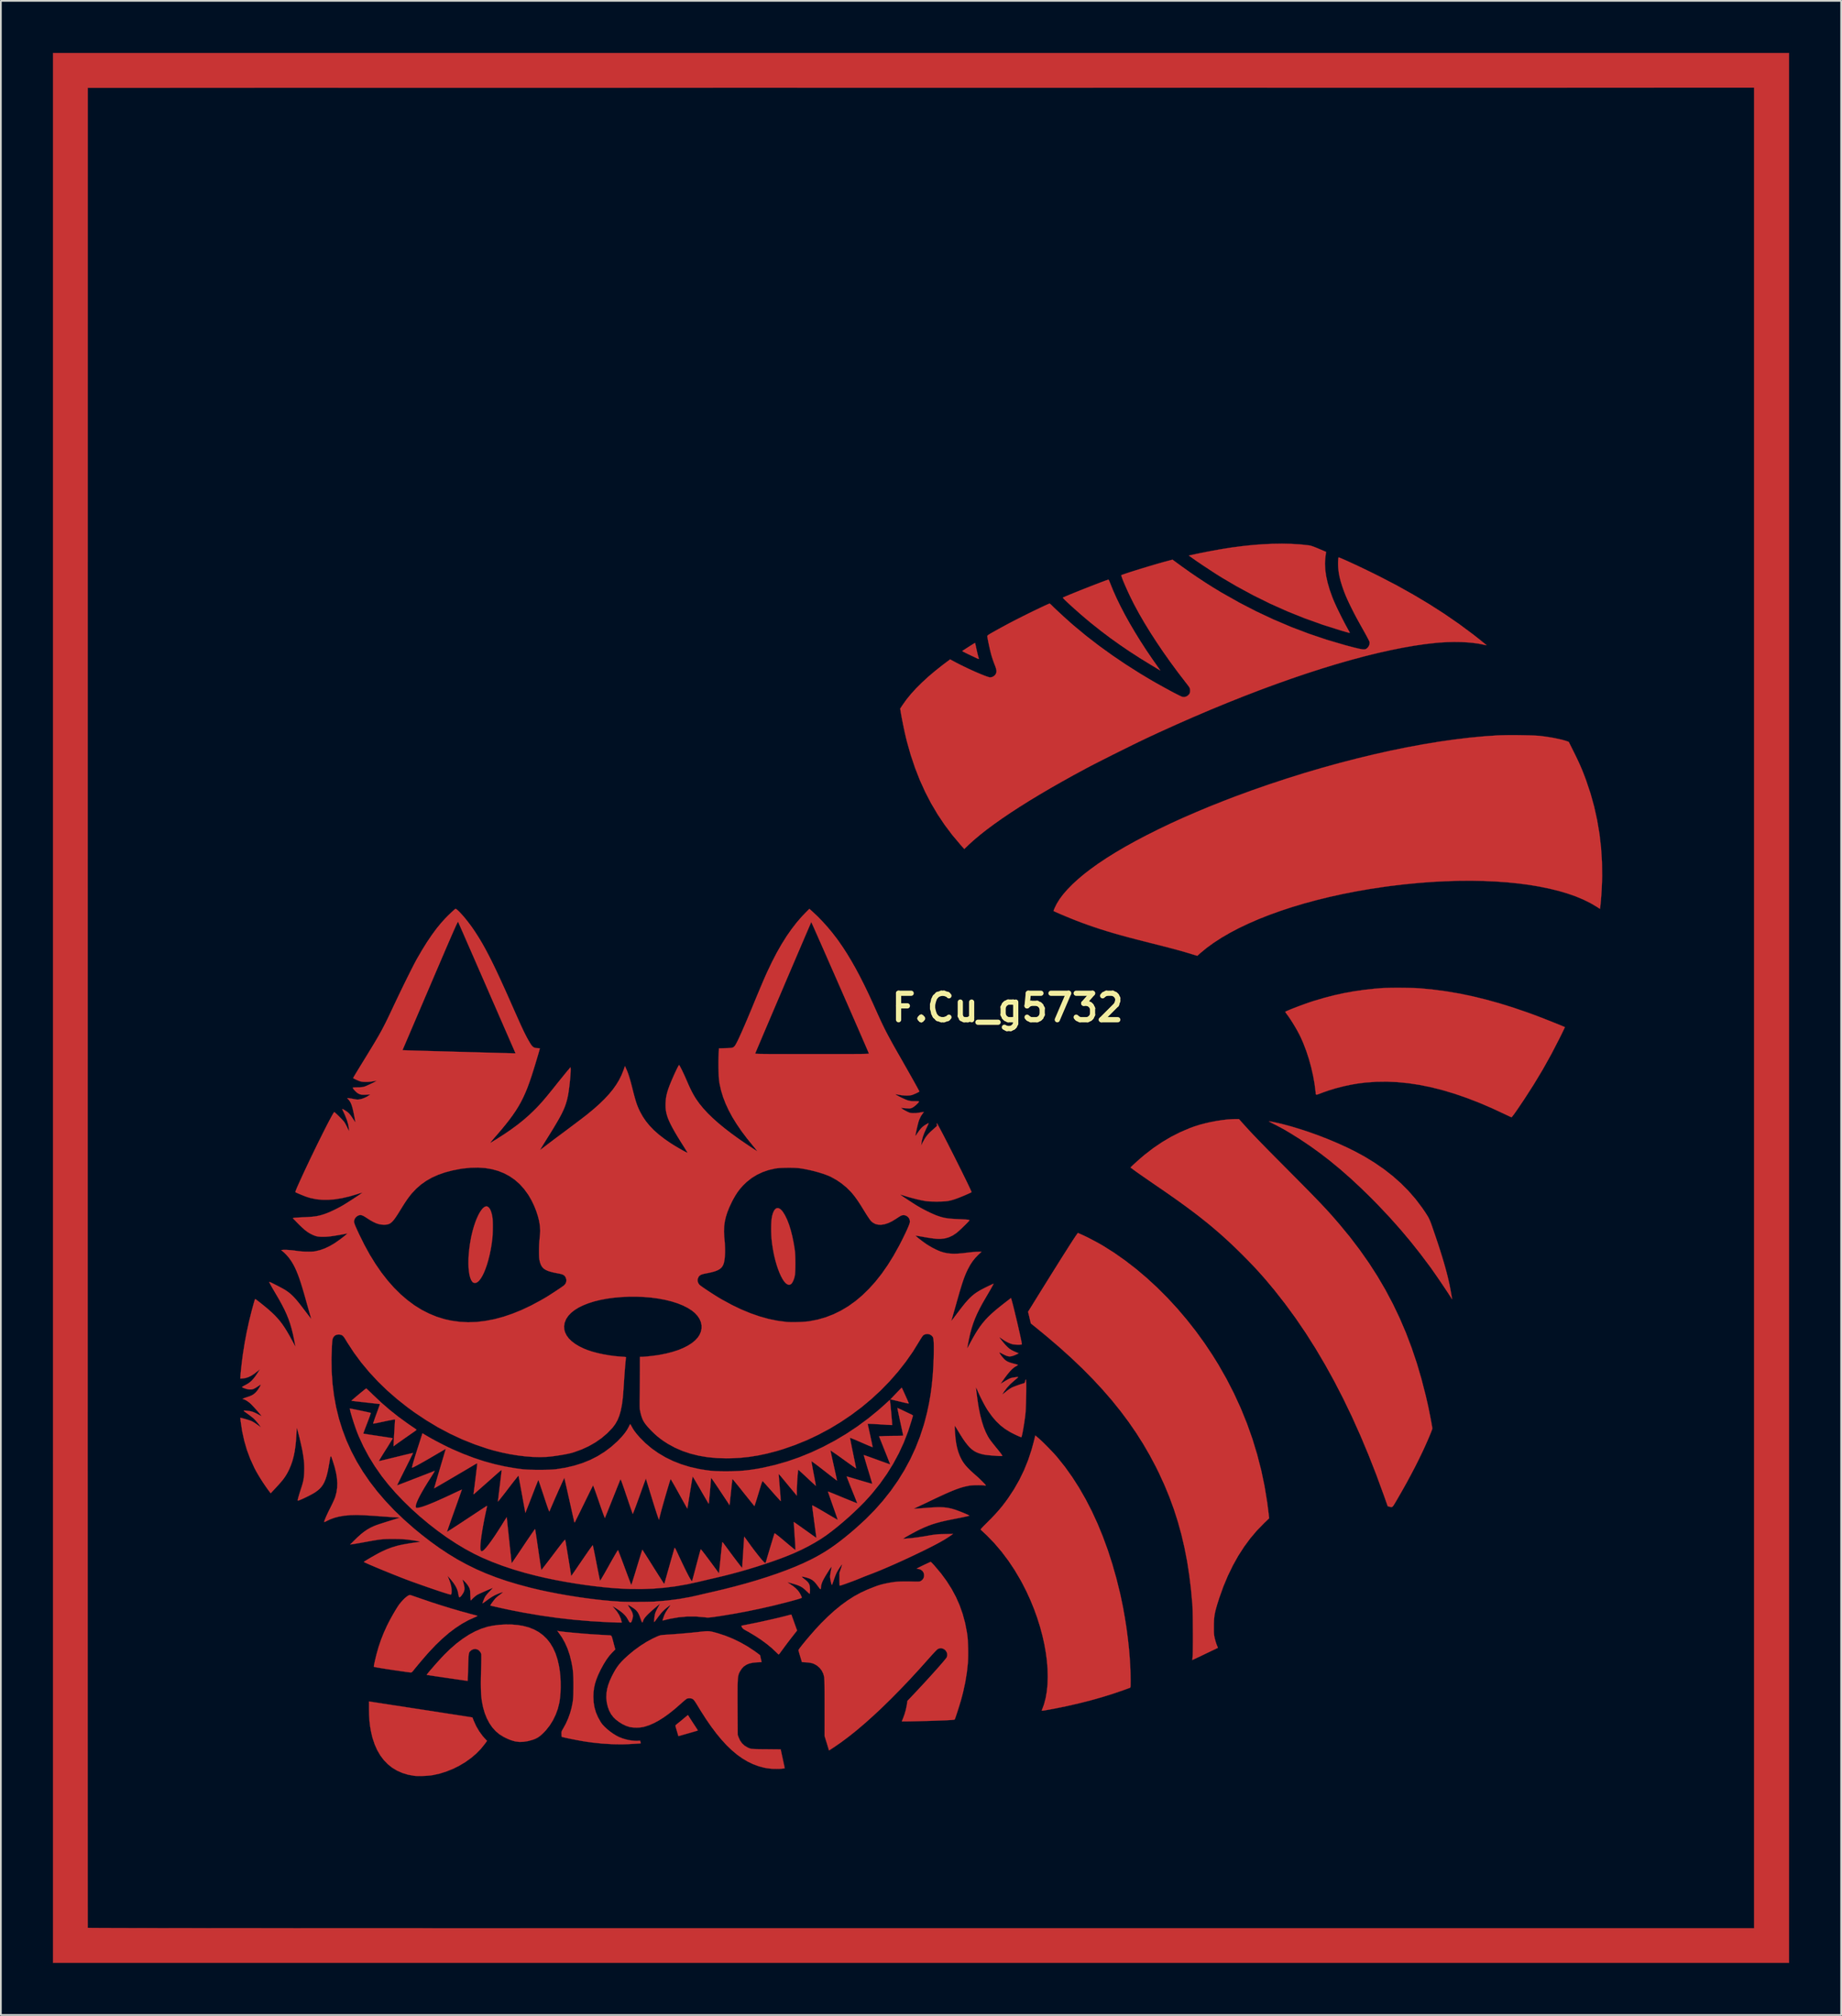
<source format=kicad_pcb>
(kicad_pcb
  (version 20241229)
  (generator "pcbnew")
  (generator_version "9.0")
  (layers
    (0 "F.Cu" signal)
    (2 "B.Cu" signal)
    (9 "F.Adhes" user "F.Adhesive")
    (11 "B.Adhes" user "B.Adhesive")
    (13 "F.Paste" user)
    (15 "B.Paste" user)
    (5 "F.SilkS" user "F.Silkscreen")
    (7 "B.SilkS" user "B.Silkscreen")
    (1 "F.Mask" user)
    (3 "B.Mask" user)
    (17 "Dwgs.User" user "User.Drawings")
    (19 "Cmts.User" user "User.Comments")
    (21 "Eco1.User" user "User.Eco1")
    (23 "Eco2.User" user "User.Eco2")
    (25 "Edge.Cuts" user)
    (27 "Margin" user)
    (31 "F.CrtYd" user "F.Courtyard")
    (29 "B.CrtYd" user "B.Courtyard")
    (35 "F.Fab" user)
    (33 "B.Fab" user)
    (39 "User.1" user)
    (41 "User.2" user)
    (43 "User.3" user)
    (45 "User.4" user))
  (footprint "F.Cu_g5732"
    (layer "F.Cu")
    (at 54.996 54.996)
    (property "Reference" "F.Cu_g5732" (at 0 0 0) (layer "F.SilkS") (effects (font (size 1.524 1.524) (thickness 0.3))))
    (attr through_hole)
    (fp_poly (pts (xy -6.085 21.905) (xy -6.06 21.955) (xy -6.024 22.031) (xy -5.98 22.126) (xy -5.931 22.234) (xy -5.88 22.347) (xy -5.829 22.46) (xy -5.783 22.565) (xy -5.743 22.656) (xy -5.714 22.727) (xy -5.697 22.77) (xy -5.694 22.781) (xy -5.695 22.787) (xy -5.701 22.791) (xy -5.717 22.792) (xy -5.747 22.787) (xy -5.797 22.778) (xy -5.869 22.762) (xy -5.97 22.738) (xy -6.104 22.707) (xy -6.247 22.673) (xy -6.747 22.555) (xy -6.427 22.221) (xy -6.333 22.123) (xy -6.249 22.037) (xy -6.18 21.966) (xy -6.128 21.915) (xy -6.1 21.889) (xy -6.096 21.886) (xy -6.085 21.905)) (stroke (width 0.01) (type solid)) (fill yes) (layer "F.Cu"))
    (fp_poly (pts (xy -1.864 -20.991) (xy -1.851 -20.935) (xy -1.833 -20.853) (xy -1.811 -20.751) (xy -1.8 -20.7) (xy -1.765 -20.541) (xy -1.735 -20.409) (xy -1.706 -20.293) (xy -1.674 -20.177) (xy -1.659 -20.124) (xy -1.658 -20.094) (xy -1.665 -20.088) (xy -1.689 -20.097) (xy -1.745 -20.121) (xy -1.827 -20.159) (xy -1.93 -20.207) (xy -2.048 -20.262) (xy -2.096 -20.285) (xy -2.222 -20.345) (xy -2.336 -20.4) (xy -2.434 -20.449) (xy -2.508 -20.487) (xy -2.553 -20.511) (xy -2.56 -20.515) (xy -2.609 -20.55) (xy -2.421 -20.672) (xy -2.26 -20.775) (xy -2.124 -20.862) (xy -2.015 -20.93) (xy -1.935 -20.979) (xy -1.886 -21.006) (xy -1.87 -21.012) (xy -1.864 -20.991)) (stroke (width 0.01) (type solid)) (fill yes) (layer "F.Cu"))
    (fp_poly (pts (xy -18.397 40.763) (xy -18.369 40.805) (xy -18.357 40.825) (xy -18.332 40.867) (xy -18.287 40.938) (xy -18.228 41.03) (xy -18.159 41.136) (xy -18.085 41.25) (xy -18.078 41.26) (xy -18.007 41.368) (xy -17.944 41.464) (xy -17.894 41.542) (xy -17.859 41.597) (xy -17.844 41.623) (xy -17.843 41.624) (xy -17.861 41.635) (xy -17.905 41.651) (xy -17.912 41.653) (xy -18.029 41.687) (xy -18.158 41.724) (xy -18.296 41.764) (xy -18.434 41.804) (xy -18.568 41.842) (xy -18.691 41.877) (xy -18.798 41.908) (xy -18.882 41.932) (xy -18.937 41.947) (xy -18.957 41.952) (xy -18.965 41.945) (xy -18.971 41.924) (xy -18.987 41.869) (xy -19.01 41.789) (xy -19.04 41.691) (xy -19.05 41.656) (xy -19.081 41.552) (xy -19.107 41.461) (xy -19.125 41.392) (xy -19.134 41.353) (xy -19.135 41.349) (xy -19.119 41.326) (xy -19.076 41.285) (xy -19.015 41.232) (xy -18.971 41.197) (xy -18.882 41.127) (xy -18.778 41.042) (xy -18.673 40.955) (xy -18.618 40.908) (xy -18.543 40.844) (xy -18.479 40.793) (xy -18.434 40.758) (xy -18.415 40.746) (xy -18.397 40.763)) (stroke (width 0.01) (type solid)) (fill yes) (layer "F.Cu"))
    (fp_poly (pts (xy -29.979 11.445) (xy -29.97 11.448) (xy -29.889 11.502) (xy -29.818 11.595) (xy -29.759 11.726) (xy -29.71 11.895) (xy -29.675 12.086) (xy -29.664 12.195) (xy -29.657 12.336) (xy -29.654 12.501) (xy -29.654 12.68) (xy -29.657 12.863) (xy -29.664 13.041) (xy -29.674 13.205) (xy -29.685 13.324) (xy -29.726 13.637) (xy -29.778 13.942) (xy -29.84 14.238) (xy -29.911 14.519) (xy -29.988 14.784) (xy -30.072 15.027) (xy -30.161 15.246) (xy -30.254 15.437) (xy -30.349 15.596) (xy -30.445 15.72) (xy -30.541 15.805) (xy -30.542 15.806) (xy -30.633 15.847) (xy -30.721 15.851) (xy -30.799 15.818) (xy -30.824 15.796) (xy -30.894 15.697) (xy -30.951 15.561) (xy -30.996 15.392) (xy -31.029 15.193) (xy -31.05 14.968) (xy -31.058 14.719) (xy -31.054 14.452) (xy -31.037 14.169) (xy -31.007 13.874) (xy -30.965 13.57) (xy -30.91 13.261) (xy -30.879 13.113) (xy -30.815 12.846) (xy -30.743 12.594) (xy -30.664 12.36) (xy -30.581 12.146) (xy -30.494 11.956) (xy -30.405 11.791) (xy -30.315 11.655) (xy -30.227 11.549) (xy -30.14 11.478) (xy -30.057 11.442) (xy -29.979 11.445)) (stroke (width 0.01) (type solid)) (fill yes) (layer "F.Cu"))
    (fp_poly (pts (xy -13.181 11.548) (xy -13.089 11.599) (xy -12.996 11.69) (xy -12.946 11.755) (xy -12.818 11.961) (xy -12.699 12.208) (xy -12.589 12.493) (xy -12.489 12.815) (xy -12.399 13.172) (xy -12.32 13.563) (xy -12.262 13.917) (xy -12.248 14.043) (xy -12.236 14.196) (xy -12.228 14.369) (xy -12.223 14.553) (xy -12.222 14.74) (xy -12.223 14.924) (xy -12.228 15.096) (xy -12.236 15.249) (xy -12.247 15.375) (xy -12.261 15.462) (xy -12.299 15.601) (xy -12.346 15.726) (xy -12.399 15.827) (xy -12.455 15.899) (xy -12.485 15.923) (xy -12.553 15.953) (xy -12.616 15.954) (xy -12.692 15.926) (xy -12.698 15.923) (xy -12.783 15.862) (xy -12.872 15.761) (xy -12.962 15.626) (xy -13.051 15.459) (xy -13.139 15.265) (xy -13.223 15.046) (xy -13.303 14.807) (xy -13.376 14.551) (xy -13.442 14.281) (xy -13.494 14.023) (xy -13.538 13.766) (xy -13.571 13.536) (xy -13.594 13.32) (xy -13.609 13.103) (xy -13.616 12.873) (xy -13.617 12.721) (xy -13.614 12.494) (xy -13.604 12.302) (xy -13.588 12.139) (xy -13.562 11.997) (xy -13.528 11.87) (xy -13.483 11.752) (xy -13.421 11.64) (xy -13.348 11.569) (xy -13.267 11.538) (xy -13.181 11.548)) (stroke (width 0.01) (type solid)) (fill yes) (layer "F.Cu"))
    (fp_poly (pts (xy -12.455 34.952) (xy -12.448 34.973) (xy -12.428 35.027) (xy -12.398 35.11) (xy -12.359 35.216) (xy -12.315 35.34) (xy -12.288 35.415) (xy -12.124 35.872) (xy -12.323 36.124) (xy -12.488 36.334) (xy -12.664 36.564) (xy -12.839 36.798) (xy -13.002 37.021) (xy -13.036 37.068) (xy -13.091 37.144) (xy -13.138 37.204) (xy -13.171 37.243) (xy -13.184 37.253) (xy -13.204 37.239) (xy -13.247 37.201) (xy -13.304 37.146) (xy -13.336 37.114) (xy -13.589 36.876) (xy -13.881 36.637) (xy -14.206 36.399) (xy -14.562 36.166) (xy -14.944 35.94) (xy -15.071 35.871) (xy -15.165 35.817) (xy -15.229 35.771) (xy -15.273 35.727) (xy -15.299 35.687) (xy -15.327 35.631) (xy -15.33 35.601) (xy -15.32 35.593) (xy -15.293 35.587) (xy -15.229 35.574) (xy -15.137 35.556) (xy -15.021 35.533) (xy -14.887 35.506) (xy -14.785 35.486) (xy -14.595 35.448) (xy -14.379 35.403) (xy -14.146 35.353) (xy -13.903 35.299) (xy -13.657 35.244) (xy -13.418 35.189) (xy -13.192 35.136) (xy -12.988 35.086) (xy -12.813 35.042) (xy -12.733 35.021) (xy -12.632 34.995) (xy -12.547 34.973) (xy -12.486 34.958) (xy -12.457 34.952) (xy -12.455 34.952)) (stroke (width 0.01) (type solid)) (fill yes) (layer "F.Cu"))
    (fp_poly (pts (xy 5.831 -24.641) (xy 5.856 -24.591) (xy 5.887 -24.519) (xy 5.905 -24.474) (xy 6.076 -24.05) (xy 6.276 -23.601) (xy 6.504 -23.132) (xy 6.758 -22.645) (xy 7.036 -22.145) (xy 7.336 -21.635) (xy 7.655 -21.118) (xy 7.991 -20.598) (xy 8.344 -20.079) (xy 8.558 -19.775) (xy 8.632 -19.67) (xy 8.697 -19.579) (xy 8.749 -19.505) (xy 8.783 -19.454) (xy 8.797 -19.432) (xy 8.798 -19.431) (xy 8.779 -19.441) (xy 8.728 -19.471) (xy 8.65 -19.517) (xy 8.549 -19.577) (xy 8.431 -19.648) (xy 8.298 -19.728) (xy 8.253 -19.755) (xy 7.627 -20.14) (xy 7.035 -20.522) (xy 6.47 -20.906) (xy 5.923 -21.297) (xy 5.389 -21.7) (xy 4.859 -22.12) (xy 4.791 -22.175) (xy 4.644 -22.297) (xy 4.489 -22.427) (xy 4.33 -22.563) (xy 4.17 -22.701) (xy 4.012 -22.84) (xy 3.859 -22.976) (xy 3.714 -23.106) (xy 3.581 -23.228) (xy 3.462 -23.338) (xy 3.36 -23.435) (xy 3.279 -23.514) (xy 3.223 -23.574) (xy 3.193 -23.611) (xy 3.189 -23.622) (xy 3.218 -23.639) (xy 3.283 -23.668) (xy 3.378 -23.71) (xy 3.501 -23.761) (xy 3.647 -23.822) (xy 3.812 -23.889) (xy 3.991 -23.962) (xy 4.182 -24.038) (xy 4.379 -24.116) (xy 4.579 -24.195) (xy 4.777 -24.273) (xy 4.969 -24.348) (xy 5.152 -24.418) (xy 5.321 -24.483) (xy 5.472 -24.54) (xy 5.601 -24.588) (xy 5.703 -24.624) (xy 5.775 -24.649) (xy 5.813 -24.659) (xy 5.816 -24.659) (xy 5.831 -24.641)) (stroke (width 0.01) (type solid)) (fill yes) (layer "F.Cu"))
    (fp_poly (pts (xy 16.338 -26.719) (xy 16.828 -26.69) (xy 17.286 -26.643) (xy 17.387 -26.629) (xy 17.468 -26.612) (xy 17.575 -26.578) (xy 17.713 -26.527) (xy 17.884 -26.457) (xy 17.941 -26.433) (xy 18.354 -26.257) (xy 18.341 -26.173) (xy 18.312 -25.952) (xy 18.294 -25.738) (xy 18.288 -25.563) (xy 18.305 -25.225) (xy 18.355 -24.865) (xy 18.439 -24.483) (xy 18.555 -24.083) (xy 18.704 -23.666) (xy 18.786 -23.463) (xy 18.857 -23.3) (xy 18.945 -23.107) (xy 19.046 -22.894) (xy 19.157 -22.669) (xy 19.272 -22.439) (xy 19.389 -22.213) (xy 19.502 -21.999) (xy 19.608 -21.805) (xy 19.679 -21.68) (xy 19.709 -21.622) (xy 19.712 -21.595) (xy 19.703 -21.591) (xy 19.675 -21.597) (xy 19.613 -21.614) (xy 19.522 -21.639) (xy 19.41 -21.671) (xy 19.281 -21.708) (xy 19.209 -21.73) (xy 18.164 -22.059) (xy 17.139 -22.426) (xy 16.131 -22.83) (xy 15.14 -23.273) (xy 14.163 -23.755) (xy 13.199 -24.277) (xy 12.381 -24.757) (xy 12.222 -24.855) (xy 12.037 -24.972) (xy 11.835 -25.102) (xy 11.623 -25.24) (xy 11.409 -25.381) (xy 11.2 -25.52) (xy 11.005 -25.652) (xy 10.83 -25.772) (xy 10.683 -25.876) (xy 10.679 -25.879) (xy 10.447 -26.045) (xy 10.563 -26.071) (xy 10.841 -26.133) (xy 11.15 -26.197) (xy 11.479 -26.262) (xy 11.818 -26.326) (xy 12.156 -26.387) (xy 12.482 -26.442) (xy 12.785 -26.49) (xy 12.912 -26.509) (xy 13.521 -26.589) (xy 14.12 -26.652) (xy 14.705 -26.696) (xy 15.272 -26.722) (xy 15.817 -26.73) (xy 16.338 -26.719)) (stroke (width 0.01) (type solid)) (fill yes) (layer "F.Cu"))
    (fp_poly (pts (xy -36.708 39.97) (xy -36.678 39.975) (xy -36.609 39.985) (xy -36.502 40.002) (xy -36.361 40.023) (xy -36.189 40.05) (xy -35.986 40.081) (xy -35.757 40.116) (xy -35.503 40.156) (xy -35.227 40.198) (xy -34.931 40.243) (xy -34.619 40.292) (xy -34.291 40.342) (xy -33.951 40.394) (xy -33.73 40.428) (xy -33.385 40.481) (xy -33.052 40.533) (xy -32.733 40.582) (xy -32.431 40.629) (xy -32.147 40.673) (xy -31.884 40.713) (xy -31.645 40.75) (xy -31.432 40.783) (xy -31.247 40.812) (xy -31.093 40.836) (xy -30.972 40.855) (xy -30.887 40.869) (xy -30.839 40.877) (xy -30.829 40.879) (xy -30.821 40.899) (xy -30.801 40.951) (xy -30.772 41.024) (xy -30.748 41.086) (xy -30.612 41.384) (xy -30.442 41.674) (xy -30.245 41.943) (xy -30.129 42.077) (xy -29.989 42.228) (xy -30.113 42.4) (xy -30.344 42.688) (xy -30.611 42.96) (xy -30.909 43.214) (xy -31.235 43.447) (xy -31.583 43.655) (xy -31.949 43.838) (xy -32.329 43.991) (xy -32.718 44.113) (xy -33.105 44.198) (xy -33.239 44.217) (xy -33.399 44.233) (xy -33.574 44.244) (xy -33.752 44.25) (xy -33.922 44.252) (xy -34.072 44.248) (xy -34.192 44.238) (xy -34.541 44.175) (xy -34.866 44.076) (xy -35.168 43.943) (xy -35.447 43.775) (xy -35.7 43.573) (xy -35.929 43.338) (xy -36.131 43.07) (xy -36.307 42.771) (xy -36.456 42.44) (xy -36.577 42.079) (xy -36.607 41.968) (xy -36.674 41.672) (xy -36.725 41.377) (xy -36.76 41.072) (xy -36.78 40.747) (xy -36.788 40.392) (xy -36.788 40.367) (xy -36.788 39.957) (xy -36.708 39.97)) (stroke (width 0.01) (type solid)) (fill yes) (layer "F.Cu"))
    (fp_poly (pts (xy -34.39 33.833) (xy -34.339 33.85) (xy -34.291 33.866) (xy -34.21 33.894) (xy -34.103 33.931) (xy -33.975 33.975) (xy -33.833 34.024) (xy -33.708 34.067) (xy -33.157 34.254) (xy -32.603 34.432) (xy -32.057 34.601) (xy -31.528 34.755) (xy -31.025 34.893) (xy -30.977 34.906) (xy -30.852 34.939) (xy -30.738 34.969) (xy -30.645 34.994) (xy -30.578 35.013) (xy -30.545 35.022) (xy -30.544 35.023) (xy -30.547 35.035) (xy -30.584 35.058) (xy -30.65 35.09) (xy -30.692 35.107) (xy -31.068 35.278) (xy -31.443 35.486) (xy -31.818 35.733) (xy -32.194 36.018) (xy -32.571 36.344) (xy -32.952 36.71) (xy -33.315 37.094) (xy -33.428 37.22) (xy -33.555 37.365) (xy -33.689 37.521) (xy -33.825 37.68) (xy -33.955 37.835) (xy -34.073 37.978) (xy -34.174 38.102) (xy -34.227 38.169) (xy -34.279 38.233) (xy -34.317 38.269) (xy -34.351 38.285) (xy -34.392 38.288) (xy -34.396 38.288) (xy -34.431 38.285) (xy -34.504 38.275) (xy -34.61 38.261) (xy -34.744 38.242) (xy -34.903 38.219) (xy -35.081 38.193) (xy -35.275 38.165) (xy -35.479 38.135) (xy -35.484 38.134) (xy -35.743 38.095) (xy -35.966 38.06) (xy -36.152 38.029) (xy -36.3 38.004) (xy -36.409 37.983) (xy -36.479 37.968) (xy -36.507 37.957) (xy -36.507 37.956) (xy -36.507 37.922) (xy -36.495 37.848) (xy -36.472 37.736) (xy -36.439 37.587) (xy -36.395 37.404) (xy -36.353 37.232) (xy -36.238 36.826) (xy -36.095 36.406) (xy -35.928 35.985) (xy -35.749 35.592) (xy -35.672 35.437) (xy -35.583 35.268) (xy -35.488 35.094) (xy -35.39 34.921) (xy -35.294 34.756) (xy -35.203 34.606) (xy -35.122 34.478) (xy -35.054 34.379) (xy -35.039 34.358) (xy -34.939 34.235) (xy -34.832 34.117) (xy -34.726 34.012) (xy -34.627 33.928) (xy -34.544 33.87) (xy -34.536 33.866) (xy -34.477 33.837) (xy -34.436 33.826) (xy -34.39 33.833)) (stroke (width 0.01) (type solid)) (fill yes) (layer "F.Cu"))
    (fp_poly (pts (xy 15.098 6.545) (xy 15.17 6.557) (xy 15.266 6.575) (xy 15.378 6.597) (xy 15.499 6.623) (xy 15.619 6.649) (xy 15.732 6.675) (xy 15.801 6.692) (xy 16.339 6.836) (xy 16.889 7.002) (xy 17.444 7.187) (xy 17.999 7.389) (xy 18.545 7.604) (xy 19.077 7.829) (xy 19.588 8.064) (xy 20.071 8.304) (xy 20.518 8.547) (xy 20.563 8.572) (xy 21.144 8.927) (xy 21.687 9.302) (xy 22.194 9.698) (xy 22.666 10.116) (xy 23.102 10.555) (xy 23.504 11.018) (xy 23.872 11.503) (xy 23.997 11.684) (xy 24.087 11.819) (xy 24.16 11.932) (xy 24.22 12.031) (xy 24.271 12.125) (xy 24.316 12.221) (xy 24.361 12.327) (xy 24.408 12.451) (xy 24.462 12.602) (xy 24.509 12.738) (xy 24.661 13.183) (xy 24.798 13.593) (xy 24.921 13.971) (xy 25.031 14.322) (xy 25.129 14.648) (xy 25.217 14.955) (xy 25.295 15.245) (xy 25.365 15.523) (xy 25.427 15.793) (xy 25.451 15.9) (xy 25.472 16) (xy 25.494 16.115) (xy 25.518 16.239) (xy 25.541 16.365) (xy 25.562 16.486) (xy 25.58 16.595) (xy 25.594 16.684) (xy 25.603 16.747) (xy 25.605 16.777) (xy 25.604 16.779) (xy 25.591 16.766) (xy 25.566 16.726) (xy 25.55 16.698) (xy 25.515 16.64) (xy 25.458 16.552) (xy 25.385 16.438) (xy 25.296 16.304) (xy 25.196 16.154) (xy 25.088 15.993) (xy 24.975 15.826) (xy 24.859 15.656) (xy 24.746 15.49) (xy 24.636 15.332) (xy 24.535 15.186) (xy 24.444 15.058) (xy 24.368 14.951) (xy 24.36 14.94) (xy 23.801 14.194) (xy 23.234 13.478) (xy 22.651 12.784) (xy 22.047 12.104) (xy 21.413 11.429) (xy 20.935 10.942) (xy 20.342 10.363) (xy 19.759 9.821) (xy 19.181 9.314) (xy 18.607 8.839) (xy 18.032 8.394) (xy 17.452 7.975) (xy 16.865 7.58) (xy 16.266 7.206) (xy 15.907 6.995) (xy 15.855 6.966) (xy 15.773 6.922) (xy 15.669 6.867) (xy 15.551 6.806) (xy 15.427 6.741) (xy 15.42 6.738) (xy 15.306 6.679) (xy 15.208 6.627) (xy 15.131 6.585) (xy 15.08 6.555) (xy 15.06 6.542) (xy 15.06 6.541) (xy 15.098 6.545)) (stroke (width 0.01) (type solid)) (fill yes) (layer "F.Cu"))
    (fp_poly (pts (xy 1.768 24.778) (xy 1.874 24.872) (xy 2.001 24.99) (xy 2.142 25.128) (xy 2.292 25.278) (xy 2.443 25.433) (xy 2.589 25.587) (xy 2.724 25.733) (xy 2.841 25.864) (xy 2.878 25.908) (xy 3.314 26.455) (xy 3.73 27.038) (xy 4.125 27.656) (xy 4.499 28.308) (xy 4.852 28.993) (xy 5.182 29.71) (xy 5.49 30.458) (xy 5.774 31.234) (xy 6.034 32.039) (xy 6.271 32.871) (xy 6.482 33.728) (xy 6.527 33.93) (xy 6.651 34.53) (xy 6.761 35.143) (xy 6.857 35.76) (xy 6.937 36.376) (xy 7.002 36.983) (xy 7.049 37.574) (xy 7.079 38.141) (xy 7.09 38.679) (xy 7.091 38.717) (xy 7.09 38.864) (xy 7.089 38.975) (xy 7.087 39.054) (xy 7.083 39.108) (xy 7.076 39.141) (xy 7.067 39.159) (xy 7.055 39.168) (xy 7.054 39.169) (xy 7.023 39.18) (xy 6.959 39.204) (xy 6.869 39.236) (xy 6.761 39.276) (xy 6.645 39.317) (xy 6.056 39.519) (xy 5.431 39.713) (xy 4.778 39.896) (xy 4.104 40.067) (xy 3.415 40.225) (xy 2.717 40.367) (xy 2.507 40.406) (xy 2.342 40.436) (xy 2.214 40.459) (xy 2.119 40.475) (xy 2.051 40.485) (xy 2.008 40.488) (xy 1.984 40.486) (xy 1.974 40.479) (xy 1.975 40.467) (xy 1.98 40.455) (xy 2.102 40.124) (xy 2.197 39.764) (xy 2.264 39.377) (xy 2.305 38.967) (xy 2.319 38.536) (xy 2.307 38.086) (xy 2.27 37.621) (xy 2.207 37.142) (xy 2.12 36.653) (xy 2.008 36.156) (xy 1.873 35.653) (xy 1.714 35.148) (xy 1.532 34.643) (xy 1.328 34.141) (xy 1.102 33.644) (xy 0.853 33.155) (xy 0.745 32.956) (xy 0.404 32.379) (xy 0.042 31.838) (xy -0.342 31.329) (xy -0.751 30.849) (xy -1.187 30.397) (xy -1.542 30.066) (xy -1.545 30.053) (xy -1.535 30.03) (xy -1.507 29.993) (xy -1.459 29.939) (xy -1.389 29.865) (xy -1.292 29.769) (xy -1.185 29.662) (xy -0.93 29.406) (xy -0.703 29.167) (xy -0.498 28.937) (xy -0.308 28.709) (xy -0.128 28.475) (xy 0.03 28.258) (xy 0.376 27.732) (xy 0.684 27.192) (xy 0.953 26.635) (xy 1.187 26.059) (xy 1.384 25.462) (xy 1.512 24.992) (xy 1.6 24.636) (xy 1.768 24.778)) (stroke (width 0.01) (type solid)) (fill yes) (layer "F.Cu"))
    (fp_poly (pts (xy -36.927 21.943) (xy -36.882 21.983) (xy -36.815 22.044) (xy -36.732 22.124) (xy -36.636 22.216) (xy -36.567 22.284) (xy -36.086 22.738) (xy -35.599 23.161) (xy -35.093 23.562) (xy -34.56 23.95) (xy -34.375 24.077) (xy -34.274 24.146) (xy -34.185 24.206) (xy -34.113 24.256) (xy -34.066 24.289) (xy -34.05 24.301) (xy -34.059 24.318) (xy -34.097 24.353) (xy -34.159 24.4) (xy -34.23 24.449) (xy -34.307 24.502) (xy -34.407 24.571) (xy -34.524 24.653) (xy -34.652 24.742) (xy -34.783 24.834) (xy -34.913 24.926) (xy -35.034 25.012) (xy -35.141 25.088) (xy -35.227 25.15) (xy -35.285 25.193) (xy -35.294 25.199) (xy -35.37 25.257) (xy -35.369 25.164) (xy -35.368 25.121) (xy -35.364 25.04) (xy -35.358 24.93) (xy -35.351 24.796) (xy -35.342 24.643) (xy -35.332 24.478) (xy -35.327 24.405) (xy -35.317 24.241) (xy -35.308 24.09) (xy -35.3 23.957) (xy -35.293 23.849) (xy -35.288 23.769) (xy -35.286 23.724) (xy -35.285 23.716) (xy -35.305 23.714) (xy -35.362 23.721) (xy -35.453 23.737) (xy -35.574 23.76) (xy -35.721 23.789) (xy -35.89 23.825) (xy -35.91 23.83) (xy -36.067 23.863) (xy -36.21 23.893) (xy -36.334 23.918) (xy -36.435 23.938) (xy -36.506 23.95) (xy -36.543 23.954) (xy -36.547 23.954) (xy -36.544 23.932) (xy -36.527 23.875) (xy -36.498 23.789) (xy -36.461 23.679) (xy -36.415 23.549) (xy -36.363 23.406) (xy -36.356 23.387) (xy -36.303 23.243) (xy -36.256 23.113) (xy -36.216 23.001) (xy -36.185 22.913) (xy -36.165 22.854) (xy -36.157 22.829) (xy -36.158 22.828) (xy -36.179 22.825) (xy -36.238 22.818) (xy -36.33 22.807) (xy -36.451 22.793) (xy -36.595 22.777) (xy -36.758 22.758) (xy -36.936 22.739) (xy -36.978 22.734) (xy -37.159 22.714) (xy -37.326 22.695) (xy -37.475 22.678) (xy -37.601 22.663) (xy -37.7 22.652) (xy -37.767 22.643) (xy -37.798 22.639) (xy -37.799 22.638) (xy -37.786 22.623) (xy -37.746 22.585) (xy -37.683 22.53) (xy -37.603 22.461) (xy -37.51 22.382) (xy -37.41 22.298) (xy -37.309 22.214) (xy -37.21 22.133) (xy -37.12 22.06) (xy -37.044 21.999) (xy -36.986 21.955) (xy -36.952 21.931) (xy -36.946 21.929) (xy -36.927 21.943)) (stroke (width 0.01) (type solid)) (fill yes) (layer "F.Cu"))
    (fp_poly (pts (xy 22.779 -1.149) (xy 23.031 -1.146) (xy 23.272 -1.14) (xy 23.494 -1.133) (xy 23.69 -1.123) (xy 23.812 -1.115) (xy 24.546 -1.043) (xy 25.281 -0.945) (xy 26.022 -0.819) (xy 26.77 -0.664) (xy 27.531 -0.479) (xy 28.307 -0.265) (xy 29.102 -0.019) (xy 29.919 0.259) (xy 30.152 0.343) (xy 30.282 0.391) (xy 30.431 0.446) (xy 30.594 0.509) (xy 30.767 0.575) (xy 30.947 0.645) (xy 31.127 0.716) (xy 31.305 0.786) (xy 31.475 0.854) (xy 31.634 0.917) (xy 31.777 0.976) (xy 31.9 1.026) (xy 31.999 1.068) (xy 32.069 1.099) (xy 32.105 1.117) (xy 32.11 1.121) (xy 32.101 1.142) (xy 32.075 1.198) (xy 32.035 1.281) (xy 31.982 1.389) (xy 31.92 1.517) (xy 31.85 1.659) (xy 31.806 1.748) (xy 31.333 2.664) (xy 30.833 3.561) (xy 30.3 4.445) (xy 29.754 5.292) (xy 29.593 5.532) (xy 29.452 5.741) (xy 29.33 5.919) (xy 29.228 6.064) (xy 29.147 6.175) (xy 29.087 6.253) (xy 29.048 6.297) (xy 29.034 6.306) (xy 29.008 6.297) (xy 28.95 6.272) (xy 28.868 6.234) (xy 28.768 6.187) (xy 28.681 6.146) (xy 27.923 5.792) (xy 27.184 5.476) (xy 26.464 5.197) (xy 25.76 4.954) (xy 25.073 4.748) (xy 24.4 4.578) (xy 23.742 4.444) (xy 23.097 4.346) (xy 22.464 4.284) (xy 21.843 4.257) (xy 21.231 4.265) (xy 20.629 4.308) (xy 20.193 4.362) (xy 19.771 4.434) (xy 19.339 4.527) (xy 18.911 4.638) (xy 18.5 4.763) (xy 18.167 4.881) (xy 18.031 4.933) (xy 17.929 4.971) (xy 17.857 4.995) (xy 17.809 5.005) (xy 17.78 5) (xy 17.764 4.98) (xy 17.757 4.945) (xy 17.753 4.895) (xy 17.75 4.865) (xy 17.692 4.4) (xy 17.607 3.92) (xy 17.496 3.433) (xy 17.363 2.951) (xy 17.209 2.481) (xy 17.039 2.036) (xy 16.907 1.735) (xy 16.81 1.537) (xy 16.695 1.322) (xy 16.568 1.1) (xy 16.436 0.881) (xy 16.304 0.674) (xy 16.178 0.49) (xy 16.095 0.378) (xy 16.049 0.316) (xy 16.016 0.266) (xy 16.002 0.238) (xy 16.002 0.237) (xy 16.021 0.221) (xy 16.076 0.193) (xy 16.161 0.155) (xy 16.272 0.109) (xy 16.405 0.055) (xy 16.554 -0.003) (xy 16.715 -0.065) (xy 16.883 -0.128) (xy 17.054 -0.19) (xy 17.223 -0.251) (xy 17.385 -0.307) (xy 17.536 -0.358) (xy 17.664 -0.399) (xy 18.252 -0.572) (xy 18.822 -0.719) (xy 19.385 -0.843) (xy 19.951 -0.946) (xy 20.531 -1.03) (xy 21.134 -1.096) (xy 21.463 -1.124) (xy 21.621 -1.134) (xy 21.814 -1.142) (xy 22.033 -1.147) (xy 22.273 -1.15) (xy 22.524 -1.151) (xy 22.779 -1.149)) (stroke (width 0.01) (type solid)) (fill yes) (layer "F.Cu"))
    (fp_poly (pts (xy 4.225 13.046) (xy 4.37 13.111) (xy 4.541 13.193) (xy 4.731 13.288) (xy 4.928 13.391) (xy 5.125 13.496) (xy 5.312 13.599) (xy 5.479 13.696) (xy 5.503 13.71) (xy 6.147 14.117) (xy 6.784 14.565) (xy 7.41 15.049) (xy 8.024 15.569) (xy 8.625 16.123) (xy 9.209 16.707) (xy 9.776 17.321) (xy 10.321 17.962) (xy 10.845 18.627) (xy 11.344 19.315) (xy 11.816 20.023) (xy 12.138 20.542) (xy 12.612 21.373) (xy 13.046 22.219) (xy 13.44 23.079) (xy 13.795 23.953) (xy 14.109 24.84) (xy 14.383 25.74) (xy 14.617 26.652) (xy 14.81 27.575) (xy 14.962 28.51) (xy 15.029 29.033) (xy 15.072 29.406) (xy 14.782 29.684) (xy 14.371 30.106) (xy 13.985 30.561) (xy 13.625 31.049) (xy 13.289 31.571) (xy 12.979 32.127) (xy 12.693 32.716) (xy 12.432 33.34) (xy 12.196 33.998) (xy 12.074 34.385) (xy 12.013 34.595) (xy 11.967 34.778) (xy 11.933 34.947) (xy 11.91 35.114) (xy 11.896 35.291) (xy 11.889 35.49) (xy 11.888 35.645) (xy 11.888 35.8) (xy 11.889 35.921) (xy 11.892 36.017) (xy 11.898 36.095) (xy 11.907 36.166) (xy 11.92 36.237) (xy 11.938 36.317) (xy 11.942 36.336) (xy 11.972 36.45) (xy 12.006 36.567) (xy 12.041 36.669) (xy 12.06 36.72) (xy 12.122 36.867) (xy 11.487 37.171) (xy 11.33 37.247) (xy 11.181 37.318) (xy 11.045 37.383) (xy 10.927 37.438) (xy 10.834 37.483) (xy 10.77 37.512) (xy 10.749 37.522) (xy 10.646 37.569) (xy 10.662 37.395) (xy 10.667 37.322) (xy 10.671 37.212) (xy 10.674 37.07) (xy 10.676 36.899) (xy 10.678 36.706) (xy 10.679 36.495) (xy 10.679 36.27) (xy 10.679 36.038) (xy 10.678 35.802) (xy 10.676 35.567) (xy 10.674 35.34) (xy 10.672 35.123) (xy 10.669 34.922) (xy 10.665 34.743) (xy 10.661 34.589) (xy 10.656 34.467) (xy 10.651 34.385) (xy 10.573 33.521) (xy 10.472 32.689) (xy 10.347 31.886) (xy 10.197 31.109) (xy 10.021 30.354) (xy 9.818 29.618) (xy 9.588 28.897) (xy 9.329 28.188) (xy 9.04 27.488) (xy 8.721 26.792) (xy 8.54 26.427) (xy 8.19 25.767) (xy 7.813 25.119) (xy 7.409 24.482) (xy 6.976 23.854) (xy 6.512 23.233) (xy 6.017 22.618) (xy 5.488 22.008) (xy 4.926 21.401) (xy 4.328 20.795) (xy 3.693 20.189) (xy 3.019 19.581) (xy 2.306 18.97) (xy 1.746 18.509) (xy 1.344 18.184) (xy 1.264 17.847) (xy 1.183 17.511) (xy 1.726 16.635) (xy 1.999 16.195) (xy 2.258 15.779) (xy 2.502 15.388) (xy 2.73 15.023) (xy 2.942 14.685) (xy 3.137 14.375) (xy 3.315 14.094) (xy 3.475 13.842) (xy 3.616 13.621) (xy 3.738 13.432) (xy 3.84 13.276) (xy 3.922 13.154) (xy 3.983 13.065) (xy 4.011 13.027) (xy 4.053 12.972) (xy 4.225 13.046)) (stroke (width 0.01) (type solid)) (fill yes) (layer "F.Cu"))
    (fp_poly (pts (xy -25.866 35.905) (xy -25.773 35.919) (xy -25.644 35.935) (xy -25.484 35.954) (xy -25.298 35.973) (xy -25.093 35.993) (xy -24.874 36.013) (xy -24.647 36.033) (xy -24.417 36.052) (xy -24.191 36.07) (xy -23.973 36.086) (xy -23.769 36.099) (xy -23.59 36.11) (xy -23.447 36.118) (xy -23.305 36.126) (xy -23.175 36.133) (xy -23.066 36.14) (xy -22.993 36.144) (xy -22.936 36.147) (xy -22.892 36.15) (xy -22.859 36.157) (xy -22.833 36.173) (xy -22.811 36.204) (xy -22.79 36.255) (xy -22.767 36.329) (xy -22.739 36.433) (xy -22.703 36.57) (xy -22.689 36.625) (xy -22.599 36.96) (xy -22.781 37.144) (xy -22.946 37.328) (xy -23.108 37.55) (xy -23.27 37.81) (xy -23.433 38.11) (xy -23.46 38.163) (xy -23.591 38.441) (xy -23.693 38.698) (xy -23.77 38.941) (xy -23.822 39.179) (xy -23.852 39.421) (xy -23.862 39.673) (xy -23.862 39.677) (xy -23.848 39.995) (xy -23.8 40.294) (xy -23.717 40.581) (xy -23.596 40.864) (xy -23.436 41.148) (xy -23.428 41.162) (xy -23.335 41.287) (xy -23.21 41.421) (xy -23.06 41.558) (xy -22.895 41.691) (xy -22.72 41.815) (xy -22.544 41.924) (xy -22.385 42.006) (xy -22.162 42.093) (xy -21.925 42.16) (xy -21.686 42.205) (xy -21.457 42.225) (xy -21.318 42.224) (xy -21.171 42.216) (xy -21.148 42.289) (xy -21.135 42.339) (xy -21.13 42.366) (xy -21.13 42.367) (xy -21.153 42.371) (xy -21.212 42.377) (xy -21.299 42.383) (xy -21.408 42.391) (xy -21.531 42.398) (xy -21.662 42.405) (xy -21.794 42.412) (xy -21.919 42.418) (xy -22.032 42.422) (xy -22.098 42.424) (xy -22.226 42.426) (xy -22.382 42.425) (xy -22.549 42.423) (xy -22.714 42.419) (xy -22.807 42.416) (xy -23.35 42.383) (xy -23.904 42.325) (xy -24.246 42.278) (xy -24.372 42.259) (xy -24.516 42.235) (xy -24.671 42.207) (xy -24.832 42.177) (xy -24.995 42.146) (xy -25.153 42.115) (xy -25.3 42.085) (xy -25.431 42.057) (xy -25.541 42.032) (xy -25.623 42.012) (xy -25.673 41.998) (xy -25.685 41.992) (xy -25.69 41.968) (xy -25.694 41.914) (xy -25.698 41.84) (xy -25.698 41.836) (xy -25.7 41.763) (xy -25.695 41.709) (xy -25.68 41.66) (xy -25.65 41.602) (xy -25.605 41.526) (xy -25.45 41.244) (xy -25.312 40.938) (xy -25.199 40.623) (xy -25.125 40.354) (xy -25.093 40.209) (xy -25.067 40.079) (xy -25.047 39.955) (xy -25.032 39.83) (xy -25.021 39.696) (xy -25.014 39.547) (xy -25.011 39.374) (xy -25.009 39.169) (xy -25.009 39.074) (xy -25.009 38.845) (xy -25.012 38.651) (xy -25.018 38.483) (xy -25.027 38.333) (xy -25.04 38.193) (xy -25.057 38.056) (xy -25.08 37.912) (xy -25.11 37.755) (xy -25.125 37.677) (xy -25.219 37.294) (xy -25.342 36.927) (xy -25.493 36.583) (xy -25.67 36.266) (xy -25.87 35.98) (xy -25.882 35.964) (xy -25.94 35.892) (xy -25.866 35.905)) (stroke (width 0.01) (type solid)) (fill yes) (layer "F.Cu"))
    (fp_poly (pts (xy 45.022 55.012) (xy -54.991 55.012) (xy -54.991 24.988) (xy -52.998 24.988) (xy -52.998 26.221) (xy -52.997 27.435) (xy -52.997 28.627) (xy -52.997 29.798) (xy -52.997 30.947) (xy -52.997 32.074) (xy -52.997 33.178) (xy -52.997 34.258) (xy -52.997 35.314) (xy -52.997 36.346) (xy -52.997 37.352) (xy -52.997 38.332) (xy -52.997 39.286) (xy -52.997 40.213) (xy -52.997 41.112) (xy -52.997 41.984) (xy -52.996 42.827) (xy -52.996 43.64) (xy -52.996 44.424) (xy -52.996 45.177) (xy -52.996 45.899) (xy -52.996 46.59) (xy -52.995 47.249) (xy -52.995 47.876) (xy -52.995 48.469) (xy -52.995 49.028) (xy -52.995 49.553) (xy -52.995 50.043) (xy -52.994 50.497) (xy -52.994 50.916) (xy -52.994 51.298) (xy -52.994 51.643) (xy -52.993 51.95) (xy -52.993 52.219) (xy -52.993 52.449) (xy -52.993 52.639) (xy -52.992 52.79) (xy -52.992 52.9) (xy -52.992 52.968) (xy -52.992 52.996) (xy -52.992 52.996) (xy -52.984 52.997) (xy -52.962 52.998) (xy -52.925 52.999) (xy -52.872 53) (xy -52.804 53.001) (xy -52.719 53.002) (xy -52.617 53.002) (xy -52.498 53.003) (xy -52.361 53.004) (xy -52.207 53.005) (xy -52.033 53.006) (xy -51.841 53.006) (xy -51.629 53.007) (xy -51.398 53.008) (xy -51.146 53.008) (xy -50.873 53.009) (xy -50.579 53.01) (xy -50.263 53.01) (xy -49.925 53.011) (xy -49.565 53.012) (xy -49.182 53.012) (xy -48.775 53.013) (xy -48.345 53.013) (xy -47.89 53.014) (xy -47.41 53.014) (xy -46.906 53.015) (xy -46.375 53.015) (xy -45.819 53.016) (xy -45.236 53.016) (xy -44.626 53.016) (xy -43.988 53.017) (xy -43.323 53.017) (xy -42.63 53.018) (xy -41.908 53.018) (xy -41.156 53.018) (xy -40.375 53.019) (xy -39.565 53.019) (xy -38.723 53.019) (xy -37.851 53.019) (xy -36.947 53.02) (xy -36.011 53.02) (xy -35.044 53.02) (xy -34.043 53.02) (xy -33.009 53.021) (xy -31.942 53.021) (xy -30.841 53.021) (xy -29.705 53.021) (xy -28.535 53.021) (xy -27.329 53.022) (xy -26.087 53.022) (xy -24.809 53.022) (xy -23.495 53.022) (xy -22.143 53.022) (xy -20.754 53.022) (xy -19.327 53.022) (xy -17.861 53.022) (xy -16.356 53.022) (xy -14.813 53.022) (xy -13.229 53.022) (xy -11.605 53.022) (xy -9.941 53.022) (xy -8.235 53.022) (xy -6.488 53.022) (xy -4.985 53.023) (xy 43.011 53.023) (xy 43.011 -53.001) (xy -4.99 -52.996) (xy -52.991 -52.991) (xy -52.996 -0.011) (xy -52.996 1.489) (xy -52.996 2.978) (xy -52.997 4.456) (xy -52.997 5.924) (xy -52.997 7.38) (xy -52.997 8.824) (xy -52.997 10.254) (xy -52.997 11.672) (xy -52.997 13.076) (xy -52.997 14.465) (xy -52.997 15.839) (xy -52.997 17.197) (xy -52.997 18.54) (xy -52.997 19.865) (xy -52.997 21.173) (xy -52.997 22.464) (xy -52.998 23.735) (xy -52.998 24.988) (xy -54.991 24.988) (xy -54.991 -54.991) (xy 45.022 -54.991) (xy 45.022 55.012)) (stroke (width 0.01) (type solid)) (fill yes) (layer "F.Cu"))
    (fp_poly (pts (xy -28.555 35.527) (xy -28.21 35.557) (xy -27.928 35.603) (xy -27.596 35.689) (xy -27.292 35.808) (xy -27.016 35.958) (xy -26.767 36.139) (xy -26.545 36.353) (xy -26.351 36.599) (xy -26.184 36.877) (xy -26.043 37.187) (xy -25.93 37.531) (xy -25.843 37.906) (xy -25.794 38.216) (xy -25.764 38.514) (xy -25.748 38.825) (xy -25.745 39.138) (xy -25.756 39.444) (xy -25.779 39.731) (xy -25.816 39.99) (xy -25.824 40.033) (xy -25.91 40.381) (xy -26.034 40.719) (xy -26.19 41.04) (xy -26.377 41.34) (xy -26.591 41.612) (xy -26.722 41.751) (xy -26.854 41.876) (xy -26.972 41.973) (xy -27.086 42.048) (xy -27.206 42.109) (xy -27.342 42.161) (xy -27.355 42.165) (xy -27.62 42.239) (xy -27.875 42.28) (xy -28.116 42.288) (xy -28.338 42.263) (xy -28.405 42.247) (xy -28.541 42.209) (xy -28.664 42.167) (xy -28.788 42.116) (xy -28.925 42.051) (xy -29.03 41.998) (xy -29.267 41.852) (xy -29.484 41.671) (xy -29.679 41.455) (xy -29.85 41.207) (xy -29.997 40.929) (xy -30.12 40.622) (xy -30.216 40.288) (xy -30.285 39.929) (xy -30.289 39.899) (xy -30.309 39.739) (xy -30.324 39.564) (xy -30.334 39.369) (xy -30.34 39.151) (xy -30.342 38.906) (xy -30.34 38.628) (xy -30.333 38.314) (xy -30.329 38.174) (xy -30.324 37.983) (xy -30.32 37.803) (xy -30.317 37.639) (xy -30.315 37.495) (xy -30.315 37.376) (xy -30.316 37.288) (xy -30.318 37.236) (xy -30.319 37.226) (xy -30.352 37.143) (xy -30.412 37.06) (xy -30.487 36.992) (xy -30.537 36.964) (xy -30.656 36.936) (xy -30.774 36.948) (xy -30.884 36.999) (xy -30.932 37.038) (xy -30.961 37.066) (xy -30.985 37.094) (xy -31.005 37.125) (xy -31.021 37.163) (xy -31.033 37.214) (xy -31.043 37.281) (xy -31.051 37.37) (xy -31.057 37.483) (xy -31.063 37.626) (xy -31.069 37.804) (xy -31.075 37.987) (xy -31.08 38.164) (xy -31.085 38.328) (xy -31.09 38.472) (xy -31.095 38.594) (xy -31.098 38.687) (xy -31.101 38.748) (xy -31.103 38.771) (xy -31.103 38.772) (xy -31.124 38.769) (xy -31.182 38.762) (xy -31.273 38.749) (xy -31.392 38.732) (xy -31.535 38.712) (xy -31.697 38.689) (xy -31.873 38.663) (xy -32.059 38.636) (xy -32.251 38.608) (xy -32.443 38.58) (xy -32.631 38.552) (xy -32.811 38.526) (xy -32.978 38.501) (xy -33.128 38.478) (xy -33.255 38.459) (xy -33.356 38.444) (xy -33.425 38.433) (xy -33.459 38.427) (xy -33.461 38.426) (xy -33.453 38.407) (xy -33.419 38.361) (xy -33.364 38.292) (xy -33.29 38.203) (xy -33.202 38.1) (xy -33.102 37.985) (xy -32.995 37.863) (xy -32.884 37.738) (xy -32.772 37.613) (xy -32.663 37.494) (xy -32.56 37.383) (xy -32.468 37.286) (xy -32.108 36.934) (xy -31.748 36.621) (xy -31.388 36.348) (xy -31.029 36.114) (xy -30.672 35.921) (xy -30.317 35.769) (xy -29.966 35.658) (xy -29.954 35.655) (xy -29.624 35.587) (xy -29.273 35.543) (xy -28.913 35.523) (xy -28.555 35.527)) (stroke (width 0.01) (type solid)) (fill yes) (layer "F.Cu"))
    (fp_poly (pts (xy 13.603 6.715) (xy 13.707 6.831) (xy 13.809 6.943) (xy 13.913 7.056) (xy 14.019 7.17) (xy 14.13 7.288) (xy 14.248 7.412) (xy 14.376 7.545) (xy 14.515 7.689) (xy 14.668 7.847) (xy 14.837 8.019) (xy 15.024 8.21) (xy 15.232 8.42) (xy 15.462 8.653) (xy 15.718 8.91) (xy 16 9.194) (xy 16.108 9.303) (xy 16.422 9.619) (xy 16.708 9.907) (xy 16.968 10.17) (xy 17.205 10.41) (xy 17.42 10.629) (xy 17.616 10.83) (xy 17.795 11.014) (xy 17.959 11.185) (xy 18.11 11.343) (xy 18.25 11.493) (xy 18.382 11.635) (xy 18.507 11.772) (xy 18.628 11.907) (xy 18.748 12.041) (xy 18.867 12.178) (xy 18.988 12.318) (xy 19.114 12.465) (xy 19.118 12.469) (xy 19.723 13.203) (xy 20.289 13.947) (xy 20.819 14.701) (xy 21.313 15.469) (xy 21.771 16.252) (xy 22.196 17.053) (xy 22.589 17.874) (xy 22.949 18.716) (xy 23.279 19.583) (xy 23.579 20.475) (xy 23.85 21.395) (xy 24.094 22.346) (xy 24.202 22.818) (xy 24.234 22.965) (xy 24.268 23.126) (xy 24.302 23.296) (xy 24.337 23.467) (xy 24.369 23.635) (xy 24.399 23.794) (xy 24.426 23.937) (xy 24.447 24.059) (xy 24.463 24.154) (xy 24.472 24.216) (xy 24.473 24.233) (xy 24.465 24.27) (xy 24.44 24.342) (xy 24.402 24.443) (xy 24.351 24.569) (xy 24.29 24.716) (xy 24.22 24.879) (xy 24.144 25.053) (xy 24.062 25.236) (xy 23.978 25.421) (xy 23.909 25.569) (xy 23.706 25.991) (xy 23.481 26.439) (xy 23.238 26.903) (xy 22.981 27.378) (xy 22.715 27.853) (xy 22.444 28.323) (xy 22.348 28.485) (xy 22.282 28.595) (xy 22.232 28.674) (xy 22.193 28.724) (xy 22.157 28.752) (xy 22.118 28.761) (xy 22.072 28.756) (xy 22.011 28.741) (xy 21.995 28.737) (xy 21.903 28.712) (xy 21.686 28.098) (xy 21.249 26.905) (xy 20.796 25.751) (xy 20.328 24.635) (xy 19.844 23.557) (xy 19.343 22.517) (xy 18.826 21.514) (xy 18.292 20.548) (xy 17.742 19.618) (xy 17.174 18.723) (xy 16.588 17.863) (xy 15.984 17.039) (xy 15.363 16.248) (xy 14.945 15.748) (xy 14.728 15.497) (xy 14.517 15.259) (xy 14.305 15.027) (xy 14.085 14.794) (xy 13.85 14.55) (xy 13.592 14.289) (xy 13.527 14.223) (xy 13.181 13.883) (xy 12.839 13.557) (xy 12.497 13.242) (xy 12.149 12.934) (xy 11.794 12.63) (xy 11.426 12.328) (xy 11.042 12.024) (xy 10.639 11.715) (xy 10.211 11.399) (xy 9.757 11.071) (xy 9.271 10.729) (xy 8.921 10.487) (xy 8.632 10.289) (xy 8.376 10.113) (xy 8.151 9.958) (xy 7.955 9.822) (xy 7.785 9.705) (xy 7.641 9.604) (xy 7.519 9.518) (xy 7.418 9.447) (xy 7.336 9.387) (xy 7.284 9.35) (xy 7.086 9.204) (xy 7.157 9.129) (xy 7.207 9.08) (xy 7.283 9.009) (xy 7.378 8.923) (xy 7.485 8.827) (xy 7.598 8.728) (xy 7.709 8.63) (xy 7.813 8.541) (xy 7.903 8.466) (xy 7.906 8.464) (xy 8.395 8.086) (xy 8.901 7.743) (xy 9.419 7.437) (xy 9.947 7.169) (xy 10.483 6.94) (xy 10.763 6.837) (xy 11.058 6.744) (xy 11.374 6.659) (xy 11.703 6.584) (xy 12.036 6.521) (xy 12.364 6.471) (xy 12.677 6.435) (xy 12.967 6.416) (xy 13.11 6.413) (xy 13.331 6.413) (xy 13.603 6.715)) (stroke (width 0.01) (type solid)) (fill yes) (layer "F.Cu"))
    (fp_poly (pts (xy -17.153 35.918) (xy -17.061 35.933) (xy -16.955 35.957) (xy -16.829 35.991) (xy -16.692 36.029) (xy -16.259 36.17) (xy -15.822 36.347) (xy -15.39 36.557) (xy -14.97 36.796) (xy -14.57 37.06) (xy -14.426 37.165) (xy -14.258 37.291) (xy -14.213 37.492) (xy -14.168 37.692) (xy -14.448 37.704) (xy -14.68 37.727) (xy -14.88 37.772) (xy -15.05 37.843) (xy -15.194 37.942) (xy -15.315 38.069) (xy -15.417 38.228) (xy -15.444 38.282) (xy -15.465 38.326) (xy -15.483 38.371) (xy -15.498 38.418) (xy -15.512 38.472) (xy -15.523 38.534) (xy -15.532 38.609) (xy -15.54 38.698) (xy -15.545 38.806) (xy -15.55 38.935) (xy -15.553 39.087) (xy -15.554 39.267) (xy -15.555 39.477) (xy -15.555 39.719) (xy -15.555 39.998) (xy -15.553 40.316) (xy -15.553 40.349) (xy -15.547 41.878) (xy -15.498 42.016) (xy -15.409 42.211) (xy -15.292 42.374) (xy -15.145 42.508) (xy -14.968 42.613) (xy -14.866 42.655) (xy -14.833 42.667) (xy -14.8 42.677) (xy -14.762 42.684) (xy -14.714 42.691) (xy -14.652 42.695) (xy -14.572 42.699) (xy -14.469 42.702) (xy -14.339 42.705) (xy -14.177 42.707) (xy -13.978 42.709) (xy -13.906 42.709) (xy -13.07 42.717) (xy -12.835 43.804) (xy -12.911 43.818) (xy -13.009 43.83) (xy -13.137 43.838) (xy -13.282 43.841) (xy -13.433 43.84) (xy -13.576 43.834) (xy -13.589 43.833) (xy -13.714 43.821) (xy -13.853 43.803) (xy -13.983 43.78) (xy -14.021 43.772) (xy -14.343 43.686) (xy -14.659 43.569) (xy -14.968 43.421) (xy -15.273 43.24) (xy -15.575 43.025) (xy -15.873 42.775) (xy -16.171 42.491) (xy -16.468 42.169) (xy -16.766 41.81) (xy -17.065 41.412) (xy -17.368 40.975) (xy -17.674 40.497) (xy -17.8 40.291) (xy -17.885 40.151) (xy -17.953 40.042) (xy -18.007 39.961) (xy -18.05 39.901) (xy -18.087 39.859) (xy -18.12 39.83) (xy -18.155 39.808) (xy -18.165 39.802) (xy -18.236 39.78) (xy -18.328 39.773) (xy -18.418 39.78) (xy -18.468 39.793) (xy -18.501 39.814) (xy -18.559 39.859) (xy -18.636 39.922) (xy -18.726 39.999) (xy -18.816 40.081) (xy -19.159 40.381) (xy -19.486 40.643) (xy -19.797 40.868) (xy -20.096 41.056) (xy -20.381 41.209) (xy -20.656 41.327) (xy -20.92 41.411) (xy -21.02 41.434) (xy -21.176 41.457) (xy -21.352 41.465) (xy -21.532 41.46) (xy -21.698 41.442) (xy -21.793 41.423) (xy -21.99 41.356) (xy -22.193 41.258) (xy -22.39 41.135) (xy -22.572 40.995) (xy -22.706 40.864) (xy -22.837 40.693) (xy -22.945 40.492) (xy -23.029 40.268) (xy -23.085 40.029) (xy -23.112 39.783) (xy -23.114 39.699) (xy -23.103 39.469) (xy -23.068 39.243) (xy -23.007 39.015) (xy -22.918 38.774) (xy -22.8 38.515) (xy -22.794 38.504) (xy -22.689 38.3) (xy -22.587 38.122) (xy -22.482 37.962) (xy -22.368 37.812) (xy -22.239 37.665) (xy -22.09 37.513) (xy -21.915 37.351) (xy -21.802 37.251) (xy -21.478 36.986) (xy -21.139 36.742) (xy -20.792 36.523) (xy -20.445 36.335) (xy -20.193 36.219) (xy -20.12 36.188) (xy -20.059 36.166) (xy -20.003 36.149) (xy -19.942 36.137) (xy -19.868 36.128) (xy -19.77 36.12) (xy -19.641 36.112) (xy -19.611 36.11) (xy -19.287 36.089) (xy -18.937 36.062) (xy -18.575 36.031) (xy -18.217 35.998) (xy -17.878 35.963) (xy -17.75 35.949) (xy -17.583 35.931) (xy -17.449 35.918) (xy -17.338 35.911) (xy -17.243 35.911) (xy -17.153 35.918)) (stroke (width 0.01) (type solid)) (fill yes) (layer "F.Cu"))
    (fp_poly (pts (xy 29.251 -15.703) (xy 29.494 -15.701) (xy 29.734 -15.697) (xy 29.965 -15.692) (xy 30.18 -15.686) (xy 30.374 -15.678) (xy 30.54 -15.669) (xy 30.673 -15.658) (xy 30.71 -15.654) (xy 30.961 -15.622) (xy 31.213 -15.584) (xy 31.458 -15.542) (xy 31.689 -15.495) (xy 31.9 -15.448) (xy 32.082 -15.399) (xy 32.229 -15.352) (xy 32.332 -15.314) (xy 32.629 -14.721) (xy 32.766 -14.442) (xy 32.887 -14.188) (xy 32.995 -13.948) (xy 33.096 -13.712) (xy 33.193 -13.469) (xy 33.293 -13.207) (xy 33.339 -13.081) (xy 33.589 -12.333) (xy 33.8 -11.57) (xy 33.971 -10.794) (xy 34.103 -10.007) (xy 34.194 -9.21) (xy 34.245 -8.405) (xy 34.256 -7.594) (xy 34.247 -7.234) (xy 34.238 -7.018) (xy 34.227 -6.792) (xy 34.213 -6.566) (xy 34.198 -6.347) (xy 34.181 -6.143) (xy 34.164 -5.965) (xy 34.148 -5.819) (xy 34.146 -5.806) (xy 34.131 -5.696) (xy 33.939 -5.819) (xy 33.575 -6.033) (xy 33.173 -6.232) (xy 32.735 -6.414) (xy 32.263 -6.579) (xy 31.757 -6.729) (xy 31.22 -6.861) (xy 30.652 -6.977) (xy 30.057 -7.077) (xy 29.434 -7.159) (xy 28.786 -7.224) (xy 28.115 -7.272) (xy 27.421 -7.302) (xy 26.706 -7.315) (xy 25.972 -7.31) (xy 25.221 -7.287) (xy 24.453 -7.247) (xy 23.671 -7.188) (xy 22.876 -7.111) (xy 22.07 -7.015) (xy 21.675 -6.962) (xy 20.865 -6.84) (xy 20.07 -6.702) (xy 19.292 -6.549) (xy 18.533 -6.381) (xy 17.794 -6.199) (xy 17.076 -6.004) (xy 16.383 -5.796) (xy 15.714 -5.576) (xy 15.072 -5.344) (xy 14.459 -5.102) (xy 13.876 -4.849) (xy 13.325 -4.586) (xy 12.807 -4.314) (xy 12.325 -4.033) (xy 11.879 -3.744) (xy 11.472 -3.449) (xy 11.105 -3.146) (xy 11.102 -3.143) (xy 10.933 -2.993) (xy 10.848 -3.018) (xy 10.799 -3.033) (xy 10.719 -3.057) (xy 10.616 -3.088) (xy 10.499 -3.124) (xy 10.414 -3.15) (xy 10.241 -3.201) (xy 10.048 -3.257) (xy 9.831 -3.317) (xy 9.588 -3.382) (xy 9.317 -3.454) (xy 9.015 -3.533) (xy 8.679 -3.619) (xy 8.306 -3.713) (xy 7.959 -3.801) (xy 7.45 -3.93) (xy 6.977 -4.054) (xy 6.537 -4.173) (xy 6.125 -4.291) (xy 5.735 -4.407) (xy 5.363 -4.523) (xy 5.004 -4.641) (xy 4.653 -4.763) (xy 4.305 -4.889) (xy 3.956 -5.021) (xy 3.926 -5.033) (xy 3.781 -5.09) (xy 3.625 -5.153) (xy 3.466 -5.218) (xy 3.306 -5.285) (xy 3.153 -5.349) (xy 3.011 -5.41) (xy 2.885 -5.465) (xy 2.781 -5.512) (xy 2.704 -5.548) (xy 2.658 -5.572) (xy 2.651 -5.577) (xy 2.656 -5.597) (xy 2.674 -5.647) (xy 2.702 -5.716) (xy 2.711 -5.738) (xy 2.84 -5.998) (xy 3.008 -6.267) (xy 3.217 -6.544) (xy 3.465 -6.828) (xy 3.751 -7.118) (xy 4.074 -7.414) (xy 4.434 -7.715) (xy 4.773 -7.976) (xy 5.22 -8.298) (xy 5.708 -8.623) (xy 6.235 -8.951) (xy 6.798 -9.282) (xy 7.397 -9.613) (xy 8.029 -9.946) (xy 8.693 -10.278) (xy 9.387 -10.61) (xy 10.11 -10.939) (xy 10.86 -11.265) (xy 11.634 -11.588) (xy 12.433 -11.906) (xy 13.113 -12.167) (xy 14.106 -12.531) (xy 15.106 -12.878) (xy 16.109 -13.209) (xy 17.113 -13.523) (xy 18.115 -13.818) (xy 19.113 -14.094) (xy 20.104 -14.351) (xy 21.084 -14.588) (xy 22.053 -14.805) (xy 23.006 -15) (xy 23.941 -15.173) (xy 24.856 -15.324) (xy 25.747 -15.451) (xy 26.613 -15.555) (xy 27.45 -15.634) (xy 28.208 -15.686) (xy 28.373 -15.693) (xy 28.566 -15.698) (xy 28.781 -15.702) (xy 29.011 -15.703) (xy 29.251 -15.703)) (stroke (width 0.01) (type solid)) (fill yes) (layer "F.Cu"))
    (fp_poly (pts (xy -4.404 31.934) (xy -4.361 31.975) (xy -4.302 32.037) (xy -4.232 32.112) (xy -4.21 32.136) (xy -3.84 32.575) (xy -3.511 33.022) (xy -3.221 33.478) (xy -2.971 33.945) (xy -2.759 34.426) (xy -2.584 34.923) (xy -2.445 35.437) (xy -2.342 35.971) (xy -2.317 36.142) (xy -2.301 36.288) (xy -2.288 36.467) (xy -2.278 36.669) (xy -2.272 36.884) (xy -2.268 37.104) (xy -2.269 37.319) (xy -2.274 37.519) (xy -2.282 37.695) (xy -2.285 37.735) (xy -2.343 38.278) (xy -2.434 38.839) (xy -2.557 39.41) (xy -2.657 39.793) (xy -2.687 39.901) (xy -2.725 40.027) (xy -2.768 40.167) (xy -2.813 40.313) (xy -2.86 40.459) (xy -2.905 40.599) (xy -2.948 40.728) (xy -2.985 40.838) (xy -3.015 40.923) (xy -3.037 40.978) (xy -3.044 40.994) (xy -3.067 41.004) (xy -3.125 41.014) (xy -3.219 41.023) (xy -3.352 41.032) (xy -3.525 41.041) (xy -3.536 41.042) (xy -3.692 41.048) (xy -3.876 41.055) (xy -4.082 41.062) (xy -4.303 41.07) (xy -4.533 41.077) (xy -4.765 41.083) (xy -4.993 41.089) (xy -5.21 41.095) (xy -5.41 41.099) (xy -5.587 41.103) (xy -5.733 41.105) (xy -5.835 41.106) (xy -6.093 41.106) (xy -6.011 40.908) (xy -5.932 40.692) (xy -5.863 40.453) (xy -5.811 40.21) (xy -5.794 40.108) (xy -5.768 39.926) (xy -5.311 39.442) (xy -5.118 39.237) (xy -4.926 39.031) (xy -4.737 38.826) (xy -4.553 38.625) (xy -4.376 38.43) (xy -4.209 38.245) (xy -4.054 38.071) (xy -3.913 37.912) (xy -3.789 37.769) (xy -3.684 37.646) (xy -3.6 37.544) (xy -3.54 37.468) (xy -3.506 37.419) (xy -3.5 37.407) (xy -3.472 37.295) (xy -3.481 37.188) (xy -3.52 37.09) (xy -3.583 37.006) (xy -3.665 36.941) (xy -3.761 36.901) (xy -3.865 36.891) (xy -3.971 36.914) (xy -4.025 36.941) (xy -4.058 36.969) (xy -4.116 37.025) (xy -4.192 37.103) (xy -4.282 37.2) (xy -4.384 37.31) (xy -4.491 37.43) (xy -4.512 37.454) (xy -5.078 38.088) (xy -5.633 38.69) (xy -6.176 39.26) (xy -6.706 39.798) (xy -7.222 40.302) (xy -7.724 40.772) (xy -8.211 41.208) (xy -8.682 41.608) (xy -9.137 41.972) (xy -9.574 42.3) (xy -9.995 42.591) (xy -10.164 42.701) (xy -10.285 42.778) (xy -10.338 42.603) (xy -10.367 42.508) (xy -10.403 42.39) (xy -10.442 42.266) (xy -10.467 42.185) (xy -10.542 41.942) (xy -10.541 40.319) (xy -10.541 39.958) (xy -10.542 39.637) (xy -10.543 39.356) (xy -10.545 39.117) (xy -10.548 38.918) (xy -10.551 38.761) (xy -10.556 38.645) (xy -10.56 38.571) (xy -10.563 38.552) (xy -10.614 38.358) (xy -10.701 38.181) (xy -10.821 38.026) (xy -10.968 37.896) (xy -11.138 37.798) (xy -11.245 37.758) (xy -11.337 37.736) (xy -11.455 37.718) (xy -11.585 37.706) (xy -11.611 37.704) (xy -11.845 37.692) (xy -11.945 37.361) (xy -11.979 37.249) (xy -12.008 37.149) (xy -12.029 37.071) (xy -12.042 37.02) (xy -12.045 37.006) (xy -12.03 36.974) (xy -11.991 36.914) (xy -11.929 36.83) (xy -11.848 36.726) (xy -11.751 36.605) (xy -11.641 36.472) (xy -11.522 36.329) (xy -11.396 36.181) (xy -11.266 36.032) (xy -11.136 35.884) (xy -11.008 35.742) (xy -10.886 35.609) (xy -10.774 35.49) (xy -10.742 35.457) (xy -10.35 35.069) (xy -9.966 34.721) (xy -9.586 34.411) (xy -9.21 34.137) (xy -8.835 33.898) (xy -8.458 33.692) (xy -8.077 33.517) (xy -8.027 33.497) (xy -7.836 33.42) (xy -7.676 33.358) (xy -7.54 33.307) (xy -7.418 33.266) (xy -7.304 33.232) (xy -7.19 33.202) (xy -7.068 33.173) (xy -6.929 33.145) (xy -6.9 33.139) (xy -6.713 33.104) (xy -6.537 33.078) (xy -6.36 33.06) (xy -6.175 33.049) (xy -5.972 33.044) (xy -5.742 33.044) (xy -5.597 33.047) (xy -5.434 33.051) (xy -5.307 33.053) (xy -5.211 33.054) (xy -5.14 33.052) (xy -5.089 33.048) (xy -5.052 33.042) (xy -5.023 33.033) (xy -4.997 33.02) (xy -4.984 33.013) (xy -4.896 32.941) (xy -4.837 32.849) (xy -4.809 32.745) (xy -4.81 32.636) (xy -4.84 32.532) (xy -4.9 32.442) (xy -4.988 32.373) (xy -5.002 32.366) (xy -5.072 32.339) (xy -5.141 32.323) (xy -5.161 32.322) (xy -5.207 32.317) (xy -5.228 32.306) (xy -5.228 32.305) (xy -5.21 32.293) (xy -5.16 32.265) (xy -5.086 32.227) (xy -4.994 32.181) (xy -4.89 32.131) (xy -4.783 32.079) (xy -4.678 32.03) (xy -4.583 31.986) (xy -4.504 31.95) (xy -4.449 31.927) (xy -4.424 31.919) (xy -4.404 31.934)) (stroke (width 0.01) (type solid)) (fill yes) (layer "F.Cu"))
    (fp_poly (pts (xy 19.096 -25.933) (xy 19.155 -25.913) (xy 19.244 -25.876) (xy 19.362 -25.826) (xy 19.505 -25.763) (xy 19.669 -25.689) (xy 19.851 -25.605) (xy 20.047 -25.514) (xy 20.255 -25.416) (xy 20.471 -25.313) (xy 20.692 -25.207) (xy 20.914 -25.099) (xy 21.134 -24.991) (xy 21.348 -24.884) (xy 21.421 -24.848) (xy 22.419 -24.329) (xy 23.377 -23.794) (xy 24.297 -23.245) (xy 25.176 -22.681) (xy 26.017 -22.101) (xy 26.817 -21.507) (xy 27.205 -21.203) (xy 27.315 -21.114) (xy 27.413 -21.034) (xy 27.494 -20.967) (xy 27.555 -20.917) (xy 27.589 -20.886) (xy 27.596 -20.879) (xy 27.574 -20.881) (xy 27.522 -20.892) (xy 27.448 -20.908) (xy 27.421 -20.914) (xy 27.141 -20.971) (xy 26.825 -21.015) (xy 26.481 -21.046) (xy 26.114 -21.064) (xy 25.731 -21.069) (xy 25.336 -21.06) (xy 24.936 -21.038) (xy 24.691 -21.018) (xy 24.075 -20.948) (xy 23.427 -20.854) (xy 22.747 -20.735) (xy 22.038 -20.592) (xy 21.3 -20.426) (xy 20.535 -20.236) (xy 19.745 -20.024) (xy 18.929 -19.789) (xy 18.091 -19.533) (xy 17.231 -19.255) (xy 16.35 -18.956) (xy 15.451 -18.637) (xy 14.533 -18.298) (xy 13.6 -17.939) (xy 12.651 -17.561) (xy 11.689 -17.164) (xy 10.714 -16.749) (xy 9.728 -16.316) (xy 8.733 -15.865) (xy 8.202 -15.62) (xy 8.008 -15.528) (xy 7.782 -15.42) (xy 7.531 -15.299) (xy 7.26 -15.167) (xy 6.973 -15.026) (xy 6.677 -14.879) (xy 6.375 -14.729) (xy 6.073 -14.579) (xy 5.778 -14.43) (xy 5.492 -14.286) (xy 5.223 -14.149) (xy 4.974 -14.022) (xy 4.752 -13.907) (xy 4.561 -13.806) (xy 4.508 -13.778) (xy 3.796 -13.393) (xy 3.113 -13.013) (xy 2.46 -12.64) (xy 1.837 -12.274) (xy 1.246 -11.916) (xy 0.688 -11.566) (xy 0.163 -11.225) (xy -0.327 -10.893) (xy -0.782 -10.571) (xy -1.201 -10.26) (xy -1.582 -9.96) (xy -1.925 -9.672) (xy -2.229 -9.397) (xy -2.264 -9.363) (xy -2.492 -9.145) (xy -2.713 -9.393) (xy -3.185 -9.954) (xy -3.624 -10.537) (xy -4.03 -11.144) (xy -4.403 -11.775) (xy -4.743 -12.431) (xy -5.052 -13.113) (xy -5.33 -13.823) (xy -5.577 -14.56) (xy -5.794 -15.327) (xy -5.833 -15.483) (xy -5.876 -15.661) (xy -5.923 -15.868) (xy -5.971 -16.093) (xy -6.02 -16.326) (xy -6.065 -16.554) (xy -6.106 -16.767) (xy -6.139 -16.954) (xy -6.149 -17.012) (xy -6.184 -17.229) (xy -6.048 -17.436) (xy -5.826 -17.747) (xy -5.565 -18.068) (xy -5.267 -18.396) (xy -4.932 -18.729) (xy -4.564 -19.067) (xy -4.163 -19.407) (xy -3.731 -19.748) (xy -3.553 -19.882) (xy -3.307 -20.065) (xy -3.066 -19.935) (xy -2.89 -19.842) (xy -2.701 -19.746) (xy -2.503 -19.649) (xy -2.301 -19.552) (xy -2.098 -19.458) (xy -1.9 -19.369) (xy -1.71 -19.286) (xy -1.533 -19.212) (xy -1.373 -19.147) (xy -1.235 -19.095) (xy -1.123 -19.057) (xy -1.04 -19.034) (xy -1.001 -19.029) (xy -0.89 -19.048) (xy -0.787 -19.101) (xy -0.705 -19.18) (xy -0.688 -19.207) (xy -0.654 -19.277) (xy -0.637 -19.348) (xy -0.638 -19.427) (xy -0.658 -19.522) (xy -0.696 -19.641) (xy -0.739 -19.753) (xy -0.789 -19.884) (xy -0.843 -20.034) (xy -0.892 -20.182) (xy -0.922 -20.278) (xy -0.948 -20.374) (xy -0.979 -20.493) (xy -1.011 -20.628) (xy -1.044 -20.771) (xy -1.076 -20.916) (xy -1.105 -21.055) (xy -1.13 -21.18) (xy -1.149 -21.285) (xy -1.161 -21.362) (xy -1.164 -21.399) (xy -1.16 -21.421) (xy -1.144 -21.443) (xy -1.113 -21.47) (xy -1.061 -21.505) (xy -0.984 -21.552) (xy -0.876 -21.614) (xy -0.82 -21.646) (xy -0.487 -21.832) (xy -0.165 -22.007) (xy 0.158 -22.179) (xy 0.493 -22.353) (xy 0.854 -22.535) (xy 0.931 -22.574) (xy 1.11 -22.663) (xy 1.293 -22.753) (xy 1.475 -22.842) (xy 1.653 -22.928) (xy 1.822 -23.009) (xy 1.979 -23.083) (xy 2.118 -23.149) (xy 2.237 -23.203) (xy 2.331 -23.245) (xy 2.395 -23.273) (xy 2.426 -23.283) (xy 2.427 -23.283) (xy 2.449 -23.269) (xy 2.493 -23.231) (xy 2.551 -23.176) (xy 2.583 -23.143) (xy 2.663 -23.063) (xy 2.77 -22.961) (xy 2.898 -22.841) (xy 3.04 -22.709) (xy 3.191 -22.569) (xy 3.346 -22.429) (xy 3.499 -22.291) (xy 3.644 -22.162) (xy 3.775 -22.048) (xy 3.8 -22.026) (xy 4.505 -21.441) (xy 5.248 -20.866) (xy 6.024 -20.306) (xy 6.828 -19.762) (xy 7.656 -19.238) (xy 8.181 -18.923) (xy 8.379 -18.808) (xy 8.583 -18.692) (xy 8.79 -18.576) (xy 8.994 -18.462) (xy 9.192 -18.354) (xy 9.38 -18.252) (xy 9.555 -18.159) (xy 9.712 -18.078) (xy 9.847 -18.009) (xy 9.957 -17.956) (xy 10.037 -17.921) (xy 10.078 -17.906) (xy 10.186 -17.898) (xy 10.294 -17.925) (xy 10.392 -17.983) (xy 10.469 -18.066) (xy 10.489 -18.099) (xy 10.514 -18.181) (xy 10.519 -18.281) (xy 10.506 -18.38) (xy 10.478 -18.452) (xy 10.449 -18.494) (xy 10.401 -18.561) (xy 10.338 -18.644) (xy 10.268 -18.735) (xy 10.249 -18.759) (xy 9.809 -19.332) (xy 9.385 -19.908) (xy 8.978 -20.483) (xy 8.593 -21.053) (xy 8.23 -21.614) (xy 7.893 -22.163) (xy 7.584 -22.696) (xy 7.306 -23.209) (xy 7.219 -23.379) (xy 7.135 -23.548) (xy 7.05 -23.723) (xy 6.966 -23.902) (xy 6.885 -24.078) (xy 6.809 -24.249) (xy 6.739 -24.409) (xy 6.678 -24.554) (xy 6.627 -24.681) (xy 6.589 -24.785) (xy 6.564 -24.862) (xy 6.555 -24.907) (xy 6.558 -24.916) (xy 6.587 -24.931) (xy 6.653 -24.956) (xy 6.751 -24.99) (xy 6.878 -25.033) (xy 7.029 -25.082) (xy 7.201 -25.137) (xy 7.389 -25.196) (xy 7.59 -25.258) (xy 7.799 -25.322) (xy 8.012 -25.387) (xy 8.225 -25.451) (xy 8.435 -25.513) (xy 8.636 -25.572) (xy 8.826 -25.626) (xy 8.999 -25.675) (xy 9.153 -25.716) (xy 9.16 -25.718) (xy 9.504 -25.81) (xy 9.573 -25.759) (xy 10.058 -25.404) (xy 10.521 -25.076) (xy 10.969 -24.77) (xy 11.408 -24.481) (xy 11.845 -24.205) (xy 12.287 -23.937) (xy 12.361 -23.894) (xy 13.337 -23.343) (xy 14.325 -22.832) (xy 15.327 -22.362) (xy 16.341 -21.931) (xy 17.367 -21.541) (xy 18.405 -21.192) (xy 19.454 -20.883) (xy 19.866 -20.774) (xy 20.058 -20.725) (xy 20.215 -20.689) (xy 20.34 -20.663) (xy 20.439 -20.647) (xy 20.517 -20.641) (xy 20.578 -20.644) (xy 20.626 -20.655) (xy 20.657 -20.668) (xy 20.743 -20.733) (xy 20.81 -20.823) (xy 20.852 -20.927) (xy 20.864 -21.031) (xy 20.859 -21.068) (xy 20.845 -21.104) (xy 20.813 -21.17) (xy 20.765 -21.263) (xy 20.706 -21.376) (xy 20.636 -21.504) (xy 20.56 -21.642) (xy 20.553 -21.654) (xy 20.424 -21.884) (xy 20.313 -22.084) (xy 20.217 -22.258) (xy 20.133 -22.411) (xy 20.058 -22.55) (xy 19.99 -22.68) (xy 19.925 -22.806) (xy 19.86 -22.934) (xy 19.793 -23.069) (xy 19.78 -23.095) (xy 19.665 -23.333) (xy 19.567 -23.545) (xy 19.482 -23.74) (xy 19.407 -23.928) (xy 19.336 -24.12) (xy 19.271 -24.31) (xy 19.189 -24.578) (xy 19.128 -24.823) (xy 19.084 -25.056) (xy 19.056 -25.29) (xy 19.052 -25.337) (xy 19.047 -25.443) (xy 19.044 -25.557) (xy 19.045 -25.67) (xy 19.049 -25.773) (xy 19.055 -25.858) (xy 19.064 -25.916) (xy 19.072 -25.937) (xy 19.096 -25.933)) (stroke (width 0.01) (type solid)) (fill yes) (layer "F.Cu"))
    (fp_poly (pts (xy -6.771 22.656) (xy -6.764 22.698) (xy -6.756 22.774) (xy -6.745 22.876) (xy -6.733 22.999) (xy -6.72 23.136) (xy -6.706 23.282) (xy -6.693 23.43) (xy -6.681 23.575) (xy -6.669 23.71) (xy -6.66 23.829) (xy -6.653 23.926) (xy -6.649 23.995) (xy -6.648 24.03) (xy -6.648 24.033) (xy -6.671 24.034) (xy -6.731 24.033) (xy -6.822 24.029) (xy -6.94 24.023) (xy -7.079 24.014) (xy -7.233 24.005) (xy -7.282 24.001) (xy -7.444 23.991) (xy -7.596 23.982) (xy -7.731 23.974) (xy -7.844 23.969) (xy -7.928 23.966) (xy -7.977 23.965) (xy -7.982 23.965) (xy -8.059 23.971) (xy -7.912 24.635) (xy -7.877 24.796) (xy -7.845 24.944) (xy -7.818 25.073) (xy -7.797 25.179) (xy -7.782 25.256) (xy -7.775 25.3) (xy -7.775 25.308) (xy -7.797 25.303) (xy -7.852 25.282) (xy -7.936 25.247) (xy -8.046 25.202) (xy -8.176 25.146) (xy -8.321 25.083) (xy -8.423 25.039) (xy -8.576 24.972) (xy -8.717 24.911) (xy -8.84 24.859) (xy -8.942 24.818) (xy -9.018 24.788) (xy -9.062 24.772) (xy -9.072 24.771) (xy -9.071 24.793) (xy -9.061 24.853) (xy -9.044 24.945) (xy -9.021 25.066) (xy -8.993 25.211) (xy -8.96 25.376) (xy -8.923 25.555) (xy -8.902 25.656) (xy -8.864 25.842) (xy -8.828 26.014) (xy -8.797 26.169) (xy -8.77 26.302) (xy -8.749 26.409) (xy -8.734 26.485) (xy -8.727 26.527) (xy -8.726 26.533) (xy -8.744 26.522) (xy -8.792 26.489) (xy -8.868 26.436) (xy -8.967 26.366) (xy -9.087 26.281) (xy -9.223 26.184) (xy -9.372 26.077) (xy -9.461 26.012) (xy -9.616 25.901) (xy -9.76 25.799) (xy -9.889 25.708) (xy -10.001 25.631) (xy -10.09 25.57) (xy -10.155 25.527) (xy -10.191 25.505) (xy -10.197 25.503) (xy -10.194 25.526) (xy -10.183 25.587) (xy -10.163 25.679) (xy -10.138 25.8) (xy -10.107 25.945) (xy -10.071 26.109) (xy -10.031 26.287) (xy -10.012 26.373) (xy -9.971 26.557) (xy -9.934 26.727) (xy -9.9 26.88) (xy -9.872 27.01) (xy -9.85 27.115) (xy -9.835 27.189) (xy -9.827 27.228) (xy -9.827 27.233) (xy -9.844 27.222) (xy -9.891 27.187) (xy -9.965 27.131) (xy -10.062 27.056) (xy -10.178 26.966) (xy -10.311 26.863) (xy -10.456 26.75) (xy -10.562 26.667) (xy -10.721 26.543) (xy -10.867 26.431) (xy -10.997 26.332) (xy -11.107 26.25) (xy -11.195 26.187) (xy -11.257 26.144) (xy -11.292 26.123) (xy -11.297 26.123) (xy -11.295 26.15) (xy -11.285 26.213) (xy -11.268 26.308) (xy -11.247 26.429) (xy -11.221 26.572) (xy -11.191 26.73) (xy -11.169 26.845) (xy -11.137 27.01) (xy -11.109 27.161) (xy -11.084 27.293) (xy -11.065 27.401) (xy -11.051 27.481) (xy -11.043 27.528) (xy -11.043 27.538) (xy -11.059 27.524) (xy -11.103 27.484) (xy -11.17 27.423) (xy -11.257 27.343) (xy -11.36 27.247) (xy -11.476 27.14) (xy -11.549 27.071) (xy -11.67 26.958) (xy -11.781 26.856) (xy -11.878 26.767) (xy -11.957 26.695) (xy -12.015 26.643) (xy -12.048 26.615) (xy -12.055 26.611) (xy -12.062 26.638) (xy -12.071 26.7) (xy -12.081 26.792) (xy -12.091 26.906) (xy -12.101 27.036) (xy -12.111 27.175) (xy -12.12 27.317) (xy -12.128 27.454) (xy -12.133 27.581) (xy -12.137 27.69) (xy -12.137 27.73) (xy -12.139 28.101) (xy -12.457 27.719) (xy -12.563 27.591) (xy -12.675 27.456) (xy -12.784 27.323) (xy -12.884 27.202) (xy -12.967 27.103) (xy -12.98 27.086) (xy -13.051 27.002) (xy -13.111 26.933) (xy -13.156 26.885) (xy -13.182 26.863) (xy -13.187 26.863) (xy -13.185 26.891) (xy -13.18 26.955) (xy -13.172 27.052) (xy -13.162 27.176) (xy -13.15 27.322) (xy -13.137 27.486) (xy -13.123 27.652) (xy -13.108 27.826) (xy -13.095 27.987) (xy -13.084 28.13) (xy -13.075 28.249) (xy -13.069 28.34) (xy -13.066 28.398) (xy -13.066 28.418) (xy -13.081 28.405) (xy -13.121 28.363) (xy -13.182 28.296) (xy -13.261 28.208) (xy -13.356 28.103) (xy -13.463 27.983) (xy -13.565 27.867) (xy -13.681 27.736) (xy -13.789 27.614) (xy -13.887 27.505) (xy -13.969 27.412) (xy -14.034 27.341) (xy -14.077 27.294) (xy -14.093 27.276) (xy -14.104 27.27) (xy -14.114 27.272) (xy -14.126 27.287) (xy -14.141 27.317) (xy -14.161 27.367) (xy -14.186 27.44) (xy -14.218 27.54) (xy -14.258 27.671) (xy -14.309 27.836) (xy -14.35 27.973) (xy -14.401 28.14) (xy -14.448 28.294) (xy -14.491 28.43) (xy -14.527 28.543) (xy -14.555 28.629) (xy -14.574 28.683) (xy -14.582 28.701) (xy -14.598 28.685) (xy -14.636 28.638) (xy -14.696 28.565) (xy -14.774 28.469) (xy -14.868 28.352) (xy -14.975 28.219) (xy -15.093 28.071) (xy -15.216 27.917) (xy -15.341 27.759) (xy -15.458 27.613) (xy -15.565 27.481) (xy -15.658 27.366) (xy -15.736 27.271) (xy -15.795 27.201) (xy -15.833 27.157) (xy -15.848 27.144) (xy -15.852 27.166) (xy -15.861 27.226) (xy -15.872 27.319) (xy -15.886 27.439) (xy -15.902 27.582) (xy -15.919 27.743) (xy -15.936 27.902) (xy -16.014 28.649) (xy -16.547 27.845) (xy -16.656 27.681) (xy -16.758 27.53) (xy -16.849 27.395) (xy -16.929 27.279) (xy -16.994 27.186) (xy -17.043 27.118) (xy -17.073 27.079) (xy -17.082 27.072) (xy -17.084 27.119) (xy -17.09 27.198) (xy -17.098 27.304) (xy -17.109 27.43) (xy -17.121 27.572) (xy -17.134 27.723) (xy -17.147 27.877) (xy -17.161 28.03) (xy -17.174 28.173) (xy -17.186 28.303) (xy -17.197 28.413) (xy -17.205 28.497) (xy -17.211 28.55) (xy -17.214 28.566) (xy -17.226 28.55) (xy -17.257 28.502) (xy -17.304 28.423) (xy -17.366 28.319) (xy -17.44 28.193) (xy -17.524 28.049) (xy -17.615 27.89) (xy -17.676 27.783) (xy -17.772 27.616) (xy -17.861 27.463) (xy -17.942 27.325) (xy -18.011 27.207) (xy -18.069 27.113) (xy -18.111 27.046) (xy -18.135 27.01) (xy -18.141 27.004) (xy -18.147 27.028) (xy -18.159 27.089) (xy -18.175 27.183) (xy -18.196 27.306) (xy -18.221 27.453) (xy -18.248 27.62) (xy -18.278 27.804) (xy -18.298 27.929) (xy -18.328 28.12) (xy -18.357 28.298) (xy -18.382 28.458) (xy -18.405 28.596) (xy -18.423 28.708) (xy -18.437 28.789) (xy -18.445 28.836) (xy -18.447 28.846) (xy -18.458 28.829) (xy -18.487 28.779) (xy -18.533 28.699) (xy -18.592 28.593) (xy -18.664 28.464) (xy -18.747 28.316) (xy -18.837 28.152) (xy -18.924 27.994) (xy -19.021 27.82) (xy -19.111 27.658) (xy -19.193 27.513) (xy -19.266 27.387) (xy -19.326 27.284) (xy -19.372 27.209) (xy -19.402 27.163) (xy -19.413 27.151) (xy -19.423 27.176) (xy -19.444 27.236) (xy -19.473 27.328) (xy -19.509 27.446) (xy -19.551 27.586) (xy -19.598 27.743) (xy -19.648 27.912) (xy -19.7 28.089) (xy -19.752 28.268) (xy -19.802 28.445) (xy -19.851 28.615) (xy -19.895 28.773) (xy -19.934 28.915) (xy -19.967 29.036) (xy -19.981 29.09) (xy -20.083 29.489) (xy -20.125 29.376) (xy -20.159 29.28) (xy -20.205 29.144) (xy -20.261 28.971) (xy -20.328 28.763) (xy -20.404 28.52) (xy -20.489 28.244) (xy -20.584 27.938) (xy -20.606 27.866) (xy -20.658 27.697) (xy -20.705 27.541) (xy -20.748 27.403) (xy -20.784 27.288) (xy -20.811 27.199) (xy -20.83 27.142) (xy -20.837 27.12) (xy -20.837 27.12) (xy -20.845 27.139) (xy -20.865 27.193) (xy -20.897 27.28) (xy -20.94 27.396) (xy -20.991 27.537) (xy -21.05 27.699) (xy -21.114 27.879) (xy -21.184 28.073) (xy -21.209 28.142) (xy -21.28 28.34) (xy -21.347 28.524) (xy -21.409 28.692) (xy -21.464 28.839) (xy -21.511 28.962) (xy -21.549 29.058) (xy -21.575 29.122) (xy -21.59 29.151) (xy -21.592 29.152) (xy -21.601 29.13) (xy -21.623 29.071) (xy -21.655 28.979) (xy -21.697 28.859) (xy -21.747 28.715) (xy -21.804 28.55) (xy -21.865 28.367) (xy -21.931 28.172) (xy -21.945 28.132) (xy -22.024 27.899) (xy -22.09 27.703) (xy -22.146 27.543) (xy -22.191 27.414) (xy -22.227 27.316) (xy -22.255 27.244) (xy -22.276 27.197) (xy -22.291 27.172) (xy -22.3 27.165) (xy -22.303 27.169) (xy -22.315 27.196) (xy -22.341 27.258) (xy -22.379 27.353) (xy -22.429 27.475) (xy -22.488 27.622) (xy -22.555 27.79) (xy -22.628 27.974) (xy -22.707 28.172) (xy -22.754 28.289) (xy -22.835 28.492) (xy -22.911 28.683) (xy -22.982 28.858) (xy -23.045 29.015) (xy -23.099 29.148) (xy -23.143 29.256) (xy -23.175 29.333) (xy -23.194 29.377) (xy -23.199 29.386) (xy -23.208 29.37) (xy -23.23 29.317) (xy -23.262 29.233) (xy -23.304 29.119) (xy -23.354 28.981) (xy -23.411 28.822) (xy -23.472 28.645) (xy -23.538 28.455) (xy -23.539 28.45) (xy -23.605 28.26) (xy -23.667 28.082) (xy -23.723 27.922) (xy -23.773 27.783) (xy -23.815 27.669) (xy -23.848 27.583) (xy -23.87 27.53) (xy -23.88 27.512) (xy -23.88 27.513) (xy -23.891 27.534) (xy -23.92 27.59) (xy -23.963 27.677) (xy -24.02 27.791) (xy -24.089 27.929) (xy -24.167 28.089) (xy -24.254 28.265) (xy -24.347 28.454) (xy -24.406 28.575) (xy -24.502 28.771) (xy -24.593 28.956) (xy -24.676 29.127) (xy -24.751 29.278) (xy -24.816 29.408) (xy -24.868 29.513) (xy -24.906 29.588) (xy -24.929 29.631) (xy -24.934 29.64) (xy -24.95 29.636) (xy -24.964 29.603) (xy -24.971 29.573) (xy -24.986 29.505) (xy -25.009 29.404) (xy -25.039 29.273) (xy -25.074 29.115) (xy -25.114 28.935) (xy -25.158 28.737) (xy -25.206 28.524) (xy -25.252 28.317) (xy -25.302 28.096) (xy -25.349 27.887) (xy -25.392 27.694) (xy -25.431 27.521) (xy -25.465 27.372) (xy -25.493 27.249) (xy -25.515 27.157) (xy -25.528 27.099) (xy -25.534 27.08) (xy -25.544 27.096) (xy -25.569 27.147) (xy -25.607 27.229) (xy -25.657 27.336) (xy -25.715 27.465) (xy -25.781 27.611) (xy -25.853 27.77) (xy -25.927 27.939) (xy -26.004 28.111) (xy -26.08 28.284) (xy -26.154 28.452) (xy -26.223 28.613) (xy -26.287 28.76) (xy -26.343 28.891) (xy -26.388 29) (xy -26.392 29.009) (xy -26.4 29.009) (xy -26.415 28.984) (xy -26.437 28.933) (xy -26.467 28.853) (xy -26.507 28.742) (xy -26.557 28.598) (xy -26.617 28.419) (xy -26.689 28.202) (xy -26.714 28.126) (xy -26.777 27.937) (xy -26.835 27.762) (xy -26.889 27.603) (xy -26.935 27.465) (xy -26.974 27.351) (xy -27.004 27.267) (xy -27.023 27.215) (xy -27.03 27.2) (xy -27.04 27.219) (xy -27.063 27.272) (xy -27.097 27.354) (xy -27.14 27.461) (xy -27.19 27.586) (xy -27.239 27.713) (xy -27.306 27.884) (xy -27.379 28.073) (xy -27.454 28.266) (xy -27.526 28.45) (xy -27.589 28.612) (xy -27.608 28.66) (xy -27.778 29.093) (xy -27.972 28.035) (xy -28.01 27.829) (xy -28.045 27.635) (xy -28.078 27.457) (xy -28.108 27.3) (xy -28.133 27.167) (xy -28.152 27.063) (xy -28.166 26.991) (xy -28.174 26.956) (xy -28.174 26.953) (xy -28.189 26.965) (xy -28.226 27.007) (xy -28.283 27.076) (xy -28.358 27.17) (xy -28.449 27.284) (xy -28.552 27.416) (xy -28.665 27.563) (xy -28.771 27.702) (xy -28.89 27.858) (xy -29.002 28.003) (xy -29.103 28.132) (xy -29.19 28.243) (xy -29.262 28.332) (xy -29.316 28.397) (xy -29.348 28.434) (xy -29.358 28.44) (xy -29.356 28.413) (xy -29.348 28.348) (xy -29.337 28.25) (xy -29.322 28.124) (xy -29.304 27.975) (xy -29.284 27.807) (xy -29.262 27.624) (xy -29.252 27.548) (xy -29.229 27.361) (xy -29.208 27.186) (xy -29.189 27.027) (xy -29.173 26.89) (xy -29.16 26.779) (xy -29.151 26.698) (xy -29.147 26.654) (xy -29.146 26.647) (xy -29.153 26.634) (xy -29.175 26.641) (xy -29.216 26.67) (xy -29.282 26.724) (xy -29.333 26.769) (xy -29.59 26.997) (xy -29.817 27.198) (xy -30.016 27.374) (xy -30.187 27.525) (xy -30.332 27.653) (xy -30.454 27.76) (xy -30.552 27.847) (xy -30.629 27.914) (xy -30.687 27.964) (xy -30.726 27.997) (xy -30.748 28.016) (xy -30.755 28.02) (xy -30.764 28.008) (xy -30.763 27.978) (xy -30.755 27.926) (xy -30.744 27.842) (xy -30.729 27.731) (xy -30.712 27.598) (xy -30.693 27.448) (xy -30.673 27.288) (xy -30.652 27.122) (xy -30.631 26.957) (xy -30.612 26.796) (xy -30.594 26.646) (xy -30.578 26.512) (xy -30.564 26.399) (xy -30.555 26.314) (xy -30.549 26.26) (xy -30.548 26.244) (xy -30.568 26.245) (xy -30.613 26.266) (xy -30.677 26.3) (xy -30.692 26.309) (xy -30.773 26.358) (xy -30.879 26.421) (xy -31.007 26.497) (xy -31.153 26.583) (xy -31.314 26.678) (xy -31.485 26.779) (xy -31.663 26.883) (xy -31.844 26.99) (xy -32.025 27.096) (xy -32.202 27.199) (xy -32.371 27.298) (xy -32.529 27.391) (xy -32.672 27.474) (xy -32.796 27.546) (xy -32.897 27.605) (xy -32.973 27.648) (xy -33.019 27.674) (xy -33.031 27.681) (xy -33.026 27.66) (xy -33.01 27.602) (xy -32.984 27.512) (xy -32.949 27.391) (xy -32.907 27.245) (xy -32.857 27.076) (xy -32.802 26.889) (xy -32.742 26.686) (xy -32.7 26.543) (xy -32.638 26.333) (xy -32.579 26.135) (xy -32.525 25.953) (xy -32.477 25.792) (xy -32.437 25.654) (xy -32.404 25.543) (xy -32.38 25.462) (xy -32.367 25.417) (xy -32.364 25.407) (xy -32.381 25.416) (xy -32.43 25.444) (xy -32.504 25.487) (xy -32.6 25.543) (xy -32.71 25.608) (xy -32.761 25.637) (xy -33.053 25.808) (xy -33.317 25.962) (xy -33.552 26.097) (xy -33.756 26.213) (xy -33.931 26.31) (xy -34.073 26.387) (xy -34.182 26.443) (xy -34.258 26.478) (xy -34.299 26.492) (xy -34.306 26.492) (xy -34.307 26.469) (xy -34.297 26.416) (xy -34.275 26.329) (xy -34.242 26.209) (xy -34.197 26.055) (xy -34.139 25.865) (xy -34.069 25.639) (xy -33.986 25.376) (xy -33.889 25.075) (xy -33.78 24.735) (xy -33.744 24.623) (xy -33.708 24.512) (xy -33.454 24.662) (xy -33.236 24.788) (xy -32.992 24.922) (xy -32.734 25.058) (xy -32.475 25.191) (xy -32.226 25.314) (xy -32 25.42) (xy -31.983 25.428) (xy -31.362 25.695) (xy -30.756 25.926) (xy -30.157 26.123) (xy -29.559 26.288) (xy -28.957 26.423) (xy -28.345 26.529) (xy -27.982 26.578) (xy -27.837 26.592) (xy -27.659 26.603) (xy -27.456 26.611) (xy -27.236 26.616) (xy -27.008 26.618) (xy -26.78 26.617) (xy -26.559 26.613) (xy -26.354 26.606) (xy -26.173 26.596) (xy -26.024 26.582) (xy -25.993 26.579) (xy -25.465 26.494) (xy -24.964 26.377) (xy -24.489 26.228) (xy -24.04 26.046) (xy -23.617 25.831) (xy -23.217 25.582) (xy -22.84 25.3) (xy -22.485 24.984) (xy -22.425 24.925) (xy -22.224 24.713) (xy -22.059 24.515) (xy -21.926 24.325) (xy -21.823 24.141) (xy -21.807 24.108) (xy -21.776 24.044) (xy -21.751 23.999) (xy -21.738 23.982) (xy -21.724 24) (xy -21.697 24.046) (xy -21.66 24.112) (xy -21.648 24.135) (xy -21.568 24.275) (xy -21.468 24.42) (xy -21.343 24.577) (xy -21.198 24.744) (xy -20.869 25.075) (xy -20.51 25.379) (xy -20.121 25.654) (xy -19.706 25.899) (xy -19.266 26.113) (xy -18.802 26.295) (xy -18.318 26.445) (xy -17.814 26.56) (xy -17.614 26.596) (xy -17.419 26.626) (xy -17.245 26.651) (xy -17.083 26.669) (xy -16.922 26.683) (xy -16.755 26.692) (xy -16.571 26.697) (xy -16.36 26.7) (xy -16.192 26.701) (xy -15.804 26.696) (xy -15.444 26.68) (xy -15.098 26.651) (xy -14.754 26.609) (xy -14.396 26.553) (xy -14.108 26.499) (xy -13.4 26.338) (xy -12.696 26.136) (xy -11.997 25.894) (xy -11.306 25.613) (xy -10.624 25.294) (xy -9.954 24.939) (xy -9.298 24.549) (xy -8.658 24.124) (xy -8.037 23.667) (xy -7.437 23.177) (xy -7.038 22.823) (xy -6.784 22.589) (xy -6.771 22.656)) (stroke (width 0.01) (type solid)) (fill yes) (layer "F.Cu"))
    (fp_poly (pts (xy -6.322 23.063) (xy -6.269 23.085) (xy -6.191 23.12) (xy -6.094 23.165) (xy -5.998 23.211) (xy -5.879 23.268) (xy -5.765 23.322) (xy -5.665 23.37) (xy -5.587 23.406) (xy -5.551 23.423) (xy -5.488 23.457) (xy -5.453 23.486) (xy -5.45 23.5) (xy -5.459 23.53) (xy -5.477 23.592) (xy -5.501 23.675) (xy -5.525 23.76) (xy -5.733 24.411) (xy -5.98 25.046) (xy -6.265 25.664) (xy -6.589 26.264) (xy -6.951 26.848) (xy -7.351 27.413) (xy -7.79 27.96) (xy -8.001 28.202) (xy -8.254 28.475) (xy -8.538 28.761) (xy -8.843 29.054) (xy -9.163 29.347) (xy -9.49 29.633) (xy -9.816 29.905) (xy -10.134 30.157) (xy -10.436 30.382) (xy -10.449 30.391) (xy -10.757 30.599) (xy -11.097 30.806) (xy -11.462 31.009) (xy -11.843 31.203) (xy -12.231 31.383) (xy -12.308 31.417) (xy -12.674 31.568) (xy -13.076 31.723) (xy -13.507 31.878) (xy -13.962 32.033) (xy -14.434 32.186) (xy -14.918 32.334) (xy -15.407 32.475) (xy -15.895 32.608) (xy -16.376 32.73) (xy -16.796 32.829) (xy -16.973 32.87) (xy -17.173 32.916) (xy -17.379 32.965) (xy -17.576 33.011) (xy -17.747 33.052) (xy -17.748 33.053) (xy -18.42 33.201) (xy -19.079 33.317) (xy -19.732 33.402) (xy -20.389 33.457) (xy -21.056 33.482) (xy -21.743 33.478) (xy -22.162 33.462) (xy -22.666 33.431) (xy -23.201 33.383) (xy -23.759 33.322) (xy -24.333 33.247) (xy -24.915 33.16) (xy -25.496 33.062) (xy -26.069 32.955) (xy -26.627 32.839) (xy -27.128 32.723) (xy -27.812 32.546) (xy -28.469 32.352) (xy -29.097 32.142) (xy -29.692 31.917) (xy -30.253 31.679) (xy -30.723 31.454) (xy -31.248 31.171) (xy -31.779 30.852) (xy -32.312 30.5) (xy -32.84 30.12) (xy -33.36 29.715) (xy -33.867 29.29) (xy -34.356 28.849) (xy -34.822 28.395) (xy -35.261 27.933) (xy -35.668 27.466) (xy -36.037 26.999) (xy -36.062 26.966) (xy -36.446 26.417) (xy -36.794 25.853) (xy -37.103 25.277) (xy -37.373 24.692) (xy -37.465 24.465) (xy -37.514 24.336) (xy -37.566 24.191) (xy -37.619 24.037) (xy -37.672 23.879) (xy -37.722 23.721) (xy -37.769 23.57) (xy -37.81 23.43) (xy -37.845 23.307) (xy -37.87 23.206) (xy -37.886 23.132) (xy -37.89 23.091) (xy -37.887 23.085) (xy -37.866 23.088) (xy -37.809 23.098) (xy -37.724 23.114) (xy -37.616 23.136) (xy -37.493 23.161) (xy -37.359 23.188) (xy -37.223 23.217) (xy -37.089 23.246) (xy -36.964 23.272) (xy -36.855 23.296) (xy -36.768 23.316) (xy -36.709 23.33) (xy -36.689 23.336) (xy -36.689 23.358) (xy -36.705 23.417) (xy -36.737 23.512) (xy -36.784 23.641) (xy -36.846 23.803) (xy -36.895 23.931) (xy -36.953 24.079) (xy -37.005 24.214) (xy -37.049 24.331) (xy -37.083 24.425) (xy -37.106 24.492) (xy -37.116 24.525) (xy -37.116 24.528) (xy -37.094 24.534) (xy -37.034 24.544) (xy -36.941 24.559) (xy -36.82 24.579) (xy -36.675 24.601) (xy -36.51 24.626) (xy -36.331 24.653) (xy -36.265 24.663) (xy -36.082 24.69) (xy -35.912 24.716) (xy -35.76 24.739) (xy -35.63 24.759) (xy -35.527 24.776) (xy -35.456 24.787) (xy -35.42 24.794) (xy -35.417 24.795) (xy -35.426 24.814) (xy -35.455 24.865) (xy -35.502 24.943) (xy -35.565 25.046) (xy -35.64 25.167) (xy -35.726 25.305) (xy -35.82 25.454) (xy -35.822 25.456) (xy -35.916 25.605) (xy -36.001 25.742) (xy -36.076 25.864) (xy -36.138 25.966) (xy -36.184 26.044) (xy -36.212 26.094) (xy -36.22 26.113) (xy -36.22 26.113) (xy -36.197 26.109) (xy -36.137 26.096) (xy -36.045 26.075) (xy -35.923 26.046) (xy -35.776 26.011) (xy -35.609 25.971) (xy -35.425 25.926) (xy -35.232 25.879) (xy -35.036 25.831) (xy -34.853 25.786) (xy -34.687 25.746) (xy -34.542 25.711) (xy -34.421 25.683) (xy -34.33 25.662) (xy -34.272 25.649) (xy -34.251 25.645) (xy -34.259 25.664) (xy -34.284 25.718) (xy -34.325 25.802) (xy -34.379 25.913) (xy -34.445 26.047) (xy -34.522 26.201) (xy -34.606 26.37) (xy -34.698 26.552) (xy -34.71 26.578) (xy -34.802 26.761) (xy -34.888 26.933) (xy -34.966 27.089) (xy -35.034 27.226) (xy -35.09 27.34) (xy -35.133 27.428) (xy -35.16 27.486) (xy -35.17 27.511) (xy -35.17 27.511) (xy -35.15 27.505) (xy -35.095 27.484) (xy -35.009 27.452) (xy -34.895 27.409) (xy -34.759 27.357) (xy -34.604 27.297) (xy -34.434 27.232) (xy -34.253 27.162) (xy -34.067 27.09) (xy -33.878 27.017) (xy -33.69 26.944) (xy -33.509 26.874) (xy -33.338 26.807) (xy -33.181 26.746) (xy -33.043 26.691) (xy -33.003 26.676) (xy -33.006 26.689) (xy -33.029 26.733) (xy -33.069 26.802) (xy -33.124 26.891) (xy -33.19 26.996) (xy -33.207 27.022) (xy -33.411 27.343) (xy -33.588 27.633) (xy -33.739 27.892) (xy -33.864 28.119) (xy -33.961 28.314) (xy -34.032 28.478) (xy -34.077 28.609) (xy -34.094 28.708) (xy -34.09 28.758) (xy -34.079 28.79) (xy -34.06 28.805) (xy -34.019 28.807) (xy -33.965 28.802) (xy -33.858 28.782) (xy -33.714 28.742) (xy -33.535 28.681) (xy -33.322 28.599) (xy -33.074 28.498) (xy -32.793 28.376) (xy -32.479 28.236) (xy -32.133 28.076) (xy -31.952 27.99) (xy -31.817 27.927) (xy -31.696 27.87) (xy -31.592 27.822) (xy -31.511 27.786) (xy -31.459 27.763) (xy -31.44 27.756) (xy -31.446 27.777) (xy -31.465 27.833) (xy -31.496 27.923) (xy -31.538 28.042) (xy -31.589 28.187) (xy -31.648 28.355) (xy -31.715 28.542) (xy -31.787 28.745) (xy -31.864 28.96) (xy -31.867 28.968) (xy -31.944 29.183) (xy -32.017 29.387) (xy -32.084 29.575) (xy -32.143 29.745) (xy -32.195 29.892) (xy -32.237 30.013) (xy -32.269 30.105) (xy -32.288 30.165) (xy -32.295 30.188) (xy -32.295 30.188) (xy -32.277 30.179) (xy -32.226 30.149) (xy -32.147 30.099) (xy -32.041 30.032) (xy -31.912 29.948) (xy -31.762 29.851) (xy -31.595 29.742) (xy -31.413 29.623) (xy -31.221 29.496) (xy -31.168 29.461) (xy -30.971 29.331) (xy -30.785 29.208) (xy -30.611 29.093) (xy -30.453 28.989) (xy -30.315 28.898) (xy -30.198 28.822) (xy -30.107 28.762) (xy -30.045 28.722) (xy -30.014 28.702) (xy -30.011 28.701) (xy -29.995 28.695) (xy -29.989 28.706) (xy -29.992 28.74) (xy -30.005 28.803) (xy -30.016 28.856) (xy -30.077 29.134) (xy -30.135 29.413) (xy -30.188 29.689) (xy -30.236 29.957) (xy -30.279 30.211) (xy -30.314 30.446) (xy -30.342 30.659) (xy -30.362 30.843) (xy -30.372 30.993) (xy -30.374 31.063) (xy -30.37 31.175) (xy -30.356 31.249) (xy -30.33 31.29) (xy -30.29 31.302) (xy -30.264 31.298) (xy -30.209 31.269) (xy -30.135 31.203) (xy -30.044 31.104) (xy -29.936 30.972) (xy -29.813 30.81) (xy -29.677 30.619) (xy -29.527 30.4) (xy -29.367 30.156) (xy -29.195 29.888) (xy -29.064 29.677) (xy -28.999 29.571) (xy -28.941 29.48) (xy -28.895 29.409) (xy -28.863 29.363) (xy -28.85 29.348) (xy -28.85 29.349) (xy -28.848 29.377) (xy -28.842 29.442) (xy -28.832 29.54) (xy -28.819 29.667) (xy -28.804 29.817) (xy -28.786 29.987) (xy -28.766 30.172) (xy -28.746 30.367) (xy -28.724 30.57) (xy -28.702 30.774) (xy -28.681 30.977) (xy -28.66 31.173) (xy -28.64 31.358) (xy -28.621 31.528) (xy -28.605 31.678) (xy -28.591 31.804) (xy -28.58 31.902) (xy -28.572 31.968) (xy -28.568 31.996) (xy -28.568 31.997) (xy -28.555 31.981) (xy -28.521 31.933) (xy -28.468 31.856) (xy -28.398 31.753) (xy -28.313 31.628) (xy -28.214 31.482) (xy -28.106 31.32) (xy -27.988 31.145) (xy -27.897 31.009) (xy -27.775 30.826) (xy -27.659 30.654) (xy -27.552 30.497) (xy -27.457 30.357) (xy -27.374 30.238) (xy -27.307 30.143) (xy -27.258 30.075) (xy -27.228 30.037) (xy -27.22 30.03) (xy -27.214 30.053) (xy -27.203 30.115) (xy -27.188 30.21) (xy -27.168 30.337) (xy -27.145 30.49) (xy -27.118 30.665) (xy -27.09 30.86) (xy -27.059 31.07) (xy -27.038 31.216) (xy -27.007 31.433) (xy -26.977 31.637) (xy -26.949 31.824) (xy -26.924 31.99) (xy -26.902 32.133) (xy -26.883 32.247) (xy -26.869 32.329) (xy -26.86 32.376) (xy -26.857 32.385) (xy -26.842 32.369) (xy -26.803 32.321) (xy -26.744 32.247) (xy -26.667 32.148) (xy -26.575 32.027) (xy -26.468 31.888) (xy -26.351 31.735) (xy -26.225 31.569) (xy -26.169 31.495) (xy -26.019 31.297) (xy -25.893 31.131) (xy -25.788 30.994) (xy -25.702 30.883) (xy -25.634 30.797) (xy -25.581 30.733) (xy -25.542 30.688) (xy -25.514 30.66) (xy -25.496 30.647) (xy -25.485 30.647) (xy -25.481 30.653) (xy -25.475 30.682) (xy -25.463 30.748) (xy -25.446 30.845) (xy -25.425 30.969) (xy -25.401 31.114) (xy -25.374 31.276) (xy -25.345 31.449) (xy -25.316 31.629) (xy -25.286 31.81) (xy -25.257 31.987) (xy -25.23 32.155) (xy -25.206 32.31) (xy -25.184 32.446) (xy -25.167 32.558) (xy -25.154 32.641) (xy -25.147 32.69) (xy -25.146 32.701) (xy -25.134 32.717) (xy -25.126 32.714) (xy -25.111 32.694) (xy -25.074 32.643) (xy -25.018 32.564) (xy -24.945 32.459) (xy -24.858 32.333) (xy -24.759 32.189) (xy -24.651 32.03) (xy -24.534 31.86) (xy -24.509 31.823) (xy -24.392 31.651) (xy -24.282 31.492) (xy -24.182 31.347) (xy -24.092 31.22) (xy -24.017 31.115) (xy -23.958 31.035) (xy -23.918 30.982) (xy -23.898 30.961) (xy -23.897 30.961) (xy -23.89 30.984) (xy -23.875 31.045) (xy -23.855 31.14) (xy -23.829 31.263) (xy -23.799 31.412) (xy -23.764 31.582) (xy -23.727 31.769) (xy -23.688 31.969) (xy -23.685 31.983) (xy -23.646 32.184) (xy -23.609 32.372) (xy -23.574 32.543) (xy -23.544 32.693) (xy -23.517 32.819) (xy -23.497 32.915) (xy -23.482 32.978) (xy -23.475 33.005) (xy -23.475 33.005) (xy -23.462 32.99) (xy -23.43 32.942) (xy -23.383 32.864) (xy -23.321 32.759) (xy -23.246 32.631) (xy -23.162 32.483) (xy -23.069 32.319) (xy -22.97 32.143) (xy -22.961 32.126) (xy -22.862 31.949) (xy -22.768 31.783) (xy -22.682 31.633) (xy -22.607 31.502) (xy -22.543 31.394) (xy -22.493 31.312) (xy -22.46 31.26) (xy -22.445 31.241) (xy -22.444 31.241) (xy -22.434 31.262) (xy -22.41 31.319) (xy -22.374 31.409) (xy -22.329 31.526) (xy -22.274 31.668) (xy -22.213 31.831) (xy -22.145 32.011) (xy -22.073 32.204) (xy -22.056 32.252) (xy -21.983 32.447) (xy -21.915 32.63) (xy -21.853 32.796) (xy -21.797 32.942) (xy -21.75 33.065) (xy -21.714 33.16) (xy -21.688 33.223) (xy -21.676 33.252) (xy -21.675 33.253) (xy -21.667 33.233) (xy -21.648 33.177) (xy -21.619 33.088) (xy -21.582 32.969) (xy -21.537 32.826) (xy -21.486 32.661) (xy -21.43 32.478) (xy -21.371 32.282) (xy -21.357 32.237) (xy -21.297 32.038) (xy -21.24 31.852) (xy -21.188 31.683) (xy -21.142 31.535) (xy -21.103 31.41) (xy -21.072 31.314) (xy -21.051 31.25) (xy -21.04 31.222) (xy -21.04 31.221) (xy -21.027 31.238) (xy -20.993 31.288) (xy -20.942 31.368) (xy -20.874 31.473) (xy -20.792 31.602) (xy -20.698 31.75) (xy -20.595 31.914) (xy -20.483 32.091) (xy -20.418 32.195) (xy -20.302 32.379) (xy -20.193 32.552) (xy -20.093 32.71) (xy -20.003 32.851) (xy -19.926 32.971) (xy -19.864 33.067) (xy -19.82 33.136) (xy -19.794 33.173) (xy -19.789 33.18) (xy -19.774 33.168) (xy -19.755 33.127) (xy -19.748 33.101) (xy -19.728 33.029) (xy -19.7 32.927) (xy -19.664 32.801) (xy -19.623 32.654) (xy -19.578 32.493) (xy -19.529 32.321) (xy -19.479 32.145) (xy -19.429 31.967) (xy -19.38 31.795) (xy -19.333 31.631) (xy -19.29 31.481) (xy -19.253 31.35) (xy -19.222 31.243) (xy -19.199 31.164) (xy -19.185 31.119) (xy -19.182 31.11) (xy -19.171 31.109) (xy -19.15 31.137) (xy -19.117 31.196) (xy -19.071 31.288) (xy -19.011 31.414) (xy -18.956 31.533) (xy -18.879 31.7) (xy -18.789 31.89) (xy -18.695 32.087) (xy -18.603 32.277) (xy -18.52 32.444) (xy -18.518 32.449) (xy -18.425 32.631) (xy -18.348 32.777) (xy -18.286 32.887) (xy -18.238 32.964) (xy -18.203 33.008) (xy -18.18 33.021) (xy -18.174 33.019) (xy -18.166 32.996) (xy -18.149 32.937) (xy -18.123 32.845) (xy -18.091 32.725) (xy -18.052 32.581) (xy -18.008 32.417) (xy -17.961 32.238) (xy -17.927 32.108) (xy -17.877 31.92) (xy -17.83 31.745) (xy -17.787 31.586) (xy -17.75 31.448) (xy -17.719 31.336) (xy -17.695 31.253) (xy -17.679 31.204) (xy -17.675 31.193) (xy -17.659 31.205) (xy -17.621 31.249) (xy -17.564 31.319) (xy -17.49 31.414) (xy -17.401 31.529) (xy -17.302 31.661) (xy -17.193 31.806) (xy -17.142 31.875) (xy -16.626 32.576) (xy -16.602 32.369) (xy -16.594 32.296) (xy -16.583 32.189) (xy -16.568 32.053) (xy -16.552 31.896) (xy -16.534 31.725) (xy -16.516 31.548) (xy -16.508 31.47) (xy -16.491 31.303) (xy -16.475 31.152) (xy -16.46 31.019) (xy -16.447 30.911) (xy -16.437 30.831) (xy -16.43 30.786) (xy -16.427 30.777) (xy -16.41 30.793) (xy -16.374 30.837) (xy -16.324 30.902) (xy -16.265 30.982) (xy -16.264 30.983) (xy -16.085 31.226) (xy -15.922 31.447) (xy -15.775 31.644) (xy -15.645 31.817) (xy -15.533 31.963) (xy -15.441 32.082) (xy -15.37 32.172) (xy -15.32 32.231) (xy -15.293 32.257) (xy -15.289 32.258) (xy -15.286 32.231) (xy -15.282 32.166) (xy -15.275 32.068) (xy -15.266 31.941) (xy -15.256 31.791) (xy -15.246 31.621) (xy -15.234 31.437) (xy -15.228 31.348) (xy -15.216 31.16) (xy -15.205 30.985) (xy -15.195 30.829) (xy -15.186 30.695) (xy -15.179 30.587) (xy -15.173 30.512) (xy -15.17 30.471) (xy -15.169 30.466) (xy -15.157 30.481) (xy -15.123 30.526) (xy -15.073 30.594) (xy -15.01 30.68) (xy -14.944 30.773) (xy -14.796 30.976) (xy -14.654 31.168) (xy -14.518 31.346) (xy -14.392 31.508) (xy -14.278 31.651) (xy -14.177 31.772) (xy -14.092 31.868) (xy -14.025 31.937) (xy -13.978 31.975) (xy -13.96 31.983) (xy -13.939 31.964) (xy -13.918 31.917) (xy -13.908 31.884) (xy -13.894 31.834) (xy -13.871 31.753) (xy -13.84 31.646) (xy -13.802 31.518) (xy -13.759 31.375) (xy -13.713 31.221) (xy -13.666 31.063) (xy -13.618 30.905) (xy -13.572 30.754) (xy -13.53 30.614) (xy -13.492 30.492) (xy -13.461 30.391) (xy -13.438 30.319) (xy -13.424 30.279) (xy -13.422 30.274) (xy -13.402 30.28) (xy -13.351 30.314) (xy -13.268 30.376) (xy -13.155 30.466) (xy -13.012 30.585) (xy -12.838 30.731) (xy -12.819 30.747) (xy -12.685 30.86) (xy -12.56 30.964) (xy -12.45 31.055) (xy -12.357 31.131) (xy -12.285 31.187) (xy -12.238 31.223) (xy -12.219 31.233) (xy -12.219 31.233) (xy -12.217 31.21) (xy -12.219 31.15) (xy -12.223 31.056) (xy -12.229 30.934) (xy -12.238 30.789) (xy -12.249 30.625) (xy -12.261 30.447) (xy -12.262 30.423) (xy -12.275 30.244) (xy -12.286 30.079) (xy -12.296 29.932) (xy -12.303 29.808) (xy -12.309 29.712) (xy -12.313 29.648) (xy -12.313 29.621) (xy -12.313 29.62) (xy -12.295 29.631) (xy -12.247 29.664) (xy -12.172 29.716) (xy -12.074 29.785) (xy -11.957 29.868) (xy -11.824 29.962) (xy -11.68 30.065) (xy -11.663 30.077) (xy -11.517 30.181) (xy -11.383 30.277) (xy -11.264 30.362) (xy -11.164 30.432) (xy -11.087 30.487) (xy -11.035 30.522) (xy -11.014 30.536) (xy -11.014 30.536) (xy -11.016 30.515) (xy -11.023 30.457) (xy -11.035 30.365) (xy -11.051 30.243) (xy -11.07 30.097) (xy -11.093 29.93) (xy -11.117 29.747) (xy -11.136 29.612) (xy -11.161 29.419) (xy -11.185 29.238) (xy -11.207 29.075) (xy -11.225 28.932) (xy -11.239 28.816) (xy -11.249 28.73) (xy -11.254 28.678) (xy -11.255 28.665) (xy -11.236 28.669) (xy -11.184 28.693) (xy -11.101 28.736) (xy -10.991 28.797) (xy -10.856 28.874) (xy -10.699 28.965) (xy -10.522 29.069) (xy -10.52 29.07) (xy -10.361 29.164) (xy -10.213 29.251) (xy -10.081 29.328) (xy -9.969 29.394) (xy -9.879 29.445) (xy -9.817 29.48) (xy -9.787 29.496) (xy -9.784 29.497) (xy -9.789 29.477) (xy -9.808 29.42) (xy -9.837 29.333) (xy -9.877 29.218) (xy -9.924 29.08) (xy -9.979 28.923) (xy -10.039 28.752) (xy -10.064 28.68) (xy -10.126 28.505) (xy -10.183 28.342) (xy -10.234 28.196) (xy -10.277 28.072) (xy -10.311 27.973) (xy -10.334 27.904) (xy -10.345 27.869) (xy -10.345 27.865) (xy -10.325 27.871) (xy -10.271 27.892) (xy -10.19 27.924) (xy -10.086 27.965) (xy -9.966 28.014) (xy -9.906 28.039) (xy -9.633 28.152) (xy -9.397 28.249) (xy -9.197 28.331) (xy -9.031 28.398) (xy -8.898 28.452) (xy -8.796 28.492) (xy -8.723 28.52) (xy -8.677 28.537) (xy -8.658 28.542) (xy -8.657 28.541) (xy -8.665 28.52) (xy -8.687 28.464) (xy -8.721 28.377) (xy -8.766 28.264) (xy -8.82 28.129) (xy -8.882 27.976) (xy -8.949 27.809) (xy -8.966 27.768) (xy -9.034 27.599) (xy -9.096 27.443) (xy -9.151 27.303) (xy -9.198 27.185) (xy -9.234 27.093) (xy -9.257 27.03) (xy -9.267 27.001) (xy -9.267 26.999) (xy -9.246 27.004) (xy -9.189 27.019) (xy -9.1 27.044) (xy -8.985 27.077) (xy -8.848 27.117) (xy -8.693 27.163) (xy -8.53 27.211) (xy -8.362 27.261) (xy -8.208 27.306) (xy -8.071 27.346) (xy -7.957 27.379) (xy -7.869 27.403) (xy -7.814 27.418) (xy -7.794 27.422) (xy -7.799 27.402) (xy -7.815 27.345) (xy -7.84 27.256) (xy -7.875 27.139) (xy -7.916 26.999) (xy -7.964 26.841) (xy -8.017 26.667) (xy -8.04 26.593) (xy -8.094 26.415) (xy -8.143 26.25) (xy -8.187 26.102) (xy -8.223 25.976) (xy -8.252 25.875) (xy -8.271 25.805) (xy -8.278 25.769) (xy -8.278 25.766) (xy -8.256 25.771) (xy -8.199 25.79) (xy -8.111 25.821) (xy -7.996 25.861) (xy -7.859 25.91) (xy -7.705 25.965) (xy -7.537 26.026) (xy -7.515 26.034) (xy -7.346 26.096) (xy -7.191 26.152) (xy -7.053 26.202) (xy -6.936 26.243) (xy -6.846 26.275) (xy -6.786 26.296) (xy -6.761 26.304) (xy -6.76 26.304) (xy -6.767 26.284) (xy -6.788 26.229) (xy -6.821 26.143) (xy -6.866 26.03) (xy -6.919 25.894) (xy -6.98 25.74) (xy -7.048 25.571) (xy -7.079 25.493) (xy -7.402 24.686) (xy -7.148 24.673) (xy -7.044 24.668) (xy -6.91 24.665) (xy -6.757 24.662) (xy -6.599 24.66) (xy -6.453 24.659) (xy -6.314 24.658) (xy -6.195 24.656) (xy -6.102 24.652) (xy -6.039 24.647) (xy -6.012 24.641) (xy -6.011 24.64) (xy -6.016 24.615) (xy -6.028 24.554) (xy -6.048 24.461) (xy -6.073 24.341) (xy -6.104 24.198) (xy -6.139 24.036) (xy -6.177 23.862) (xy -6.181 23.843) (xy -6.219 23.668) (xy -6.253 23.506) (xy -6.284 23.362) (xy -6.309 23.241) (xy -6.327 23.147) (xy -6.339 23.084) (xy -6.343 23.057) (xy -6.342 23.057) (xy -6.322 23.063)) (stroke (width 0.01) (type solid)) (fill yes) (layer "F.Cu"))
    (fp_poly (pts (xy -11.217 -5.519) (xy -10.938 -5.257) (xy -10.654 -4.964) (xy -10.369 -4.646) (xy -10.091 -4.313) (xy -9.828 -3.971) (xy -9.734 -3.842) (xy -9.486 -3.483) (xy -9.24 -3.101) (xy -8.994 -2.692) (xy -8.746 -2.255) (xy -8.497 -1.787) (xy -8.243 -1.285) (xy -7.985 -0.747) (xy -7.721 -0.171) (xy -7.62 0.053) (xy -7.503 0.315) (xy -7.395 0.554) (xy -7.293 0.775) (xy -7.194 0.983) (xy -7.095 1.185) (xy -6.994 1.385) (xy -6.887 1.589) (xy -6.772 1.803) (xy -6.647 2.031) (xy -6.508 2.28) (xy -6.352 2.554) (xy -6.191 2.836) (xy -6.065 3.058) (xy -5.939 3.279) (xy -5.815 3.497) (xy -5.695 3.709) (xy -5.581 3.911) (xy -5.474 4.101) (xy -5.376 4.276) (xy -5.289 4.432) (xy -5.215 4.566) (xy -5.156 4.675) (xy -5.112 4.756) (xy -5.086 4.807) (xy -5.08 4.822) (xy -5.098 4.84) (xy -5.147 4.868) (xy -5.217 4.904) (xy -5.299 4.943) (xy -5.385 4.979) (xy -5.464 5.011) (xy -5.529 5.032) (xy -5.546 5.036) (xy -5.657 5.052) (xy -5.796 5.058) (xy -5.949 5.053) (xy -6.103 5.039) (xy -6.243 5.017) (xy -6.329 5) (xy -6.399 4.988) (xy -6.441 4.983) (xy -6.451 4.983) (xy -6.44 4.998) (xy -6.397 5.027) (xy -6.329 5.067) (xy -6.242 5.113) (xy -6.144 5.162) (xy -6.04 5.212) (xy -5.938 5.258) (xy -5.844 5.298) (xy -5.766 5.328) (xy -5.747 5.334) (xy -5.666 5.356) (xy -5.587 5.37) (xy -5.496 5.378) (xy -5.378 5.38) (xy -5.35 5.38) (xy -5.235 5.38) (xy -5.158 5.384) (xy -5.115 5.392) (xy -5.101 5.404) (xy -5.117 5.438) (xy -5.159 5.49) (xy -5.22 5.552) (xy -5.291 5.617) (xy -5.365 5.677) (xy -5.434 5.726) (xy -5.48 5.753) (xy -5.535 5.777) (xy -5.582 5.791) (xy -5.634 5.798) (xy -5.702 5.798) (xy -5.799 5.793) (xy -5.819 5.792) (xy -5.918 5.785) (xy -6.005 5.778) (xy -6.071 5.77) (xy -6.096 5.766) (xy -6.128 5.759) (xy -6.131 5.766) (xy -6.104 5.791) (xy -6.085 5.807) (xy -6.039 5.84) (xy -5.966 5.885) (xy -5.879 5.934) (xy -5.827 5.961) (xy -5.732 6.008) (xy -5.66 6.038) (xy -5.596 6.056) (xy -5.526 6.066) (xy -5.456 6.07) (xy -5.277 6.067) (xy -5.104 6.045) (xy -5.016 6.029) (xy -4.937 6.018) (xy -4.883 6.012) (xy -4.874 6.011) (xy -4.821 6.011) (xy -4.895 6.101) (xy -4.999 6.257) (xy -5.086 6.445) (xy -5.12 6.542) (xy -5.139 6.608) (xy -5.163 6.697) (xy -5.189 6.803) (xy -5.216 6.918) (xy -5.242 7.034) (xy -5.266 7.145) (xy -5.286 7.242) (xy -5.301 7.318) (xy -5.308 7.366) (xy -5.307 7.379) (xy -5.293 7.366) (xy -5.26 7.325) (xy -5.215 7.262) (xy -5.177 7.205) (xy -5.078 7.064) (xy -4.989 6.954) (xy -4.9 6.866) (xy -4.805 6.792) (xy -4.721 6.739) (xy -4.648 6.697) (xy -4.588 6.665) (xy -4.552 6.648) (xy -4.547 6.646) (xy -4.55 6.664) (xy -4.57 6.714) (xy -4.604 6.789) (xy -4.648 6.884) (xy -4.69 6.969) (xy -4.799 7.211) (xy -4.88 7.432) (xy -4.935 7.642) (xy -4.962 7.811) (xy -4.976 7.927) (xy -4.864 7.713) (xy -4.788 7.576) (xy -4.716 7.46) (xy -4.638 7.356) (xy -4.548 7.254) (xy -4.438 7.145) (xy -4.316 7.034) (xy -4.06 6.805) (xy -4.074 6.721) (xy -4.079 6.67) (xy -4.073 6.654) (xy -4.068 6.657) (xy -4.045 6.69) (xy -4.006 6.758) (xy -3.952 6.856) (xy -3.884 6.983) (xy -3.804 7.134) (xy -3.713 7.307) (xy -3.614 7.499) (xy -3.507 7.707) (xy -3.394 7.927) (xy -3.278 8.157) (xy -3.158 8.392) (xy -3.038 8.631) (xy -2.918 8.87) (xy -2.8 9.107) (xy -2.685 9.336) (xy -2.576 9.557) (xy -2.474 9.766) (xy -2.379 9.959) (xy -2.295 10.133) (xy -2.222 10.286) (xy -2.162 10.414) (xy -2.116 10.514) (xy -2.087 10.583) (xy -2.075 10.618) (xy -2.075 10.621) (xy -2.094 10.634) (xy -2.145 10.661) (xy -2.224 10.697) (xy -2.322 10.741) (xy -2.434 10.79) (xy -2.553 10.84) (xy -2.674 10.89) (xy -2.788 10.936) (xy -2.891 10.975) (xy -2.943 10.994) (xy -3.1 11.048) (xy -3.241 11.089) (xy -3.376 11.12) (xy -3.513 11.142) (xy -3.663 11.155) (xy -3.834 11.162) (xy -4.037 11.165) (xy -4.075 11.165) (xy -4.246 11.164) (xy -4.383 11.161) (xy -4.496 11.157) (xy -4.593 11.149) (xy -4.684 11.139) (xy -4.777 11.124) (xy -4.825 11.116) (xy -5.019 11.077) (xy -5.236 11.027) (xy -5.46 10.971) (xy -5.676 10.912) (xy -5.872 10.854) (xy -5.947 10.83) (xy -6.037 10.8) (xy -6.111 10.778) (xy -6.16 10.765) (xy -6.177 10.763) (xy -6.163 10.777) (xy -6.119 10.81) (xy -6.048 10.86) (xy -5.958 10.922) (xy -5.852 10.993) (xy -5.735 11.07) (xy -5.613 11.15) (xy -5.491 11.229) (xy -5.373 11.304) (xy -5.266 11.372) (xy -5.196 11.414) (xy -5.027 11.513) (xy -4.84 11.614) (xy -4.646 11.714) (xy -4.453 11.808) (xy -4.272 11.89) (xy -4.111 11.957) (xy -4.027 11.988) (xy -3.872 12.039) (xy -3.727 12.079) (xy -3.581 12.111) (xy -3.425 12.134) (xy -3.251 12.152) (xy -3.049 12.165) (xy -2.932 12.171) (xy -2.73 12.18) (xy -2.567 12.188) (xy -2.439 12.195) (xy -2.343 12.202) (xy -2.274 12.21) (xy -2.229 12.218) (xy -2.204 12.228) (xy -2.195 12.239) (xy -2.198 12.248) (xy -2.225 12.283) (xy -2.277 12.341) (xy -2.35 12.417) (xy -2.437 12.504) (xy -2.533 12.598) (xy -2.632 12.694) (xy -2.729 12.785) (xy -2.818 12.866) (xy -2.894 12.932) (xy -2.948 12.977) (xy -3.161 13.118) (xy -3.377 13.219) (xy -3.601 13.283) (xy -3.839 13.312) (xy -3.931 13.313) (xy -4.033 13.311) (xy -4.147 13.303) (xy -4.279 13.288) (xy -4.433 13.267) (xy -4.616 13.239) (xy -4.832 13.202) (xy -4.928 13.185) (xy -5.047 13.164) (xy -5.151 13.147) (xy -5.232 13.134) (xy -5.285 13.127) (xy -5.302 13.127) (xy -5.29 13.143) (xy -5.249 13.18) (xy -5.186 13.232) (xy -5.107 13.296) (xy -5.016 13.367) (xy -4.919 13.44) (xy -4.823 13.511) (xy -4.733 13.575) (xy -4.667 13.621) (xy -4.504 13.723) (xy -4.326 13.825) (xy -4.145 13.917) (xy -3.974 13.995) (xy -3.863 14.039) (xy -3.682 14.096) (xy -3.496 14.136) (xy -3.3 14.16) (xy -3.087 14.169) (xy -2.852 14.162) (xy -2.587 14.14) (xy -2.344 14.111) (xy -2.198 14.093) (xy -2.05 14.077) (xy -1.911 14.065) (xy -1.793 14.057) (xy -1.713 14.055) (xy -1.501 14.055) (xy -1.7 14.244) (xy -1.868 14.419) (xy -2.016 14.605) (xy -2.151 14.81) (xy -2.28 15.046) (xy -2.308 15.102) (xy -2.363 15.219) (xy -2.416 15.341) (xy -2.469 15.471) (xy -2.522 15.614) (xy -2.577 15.773) (xy -2.636 15.953) (xy -2.699 16.158) (xy -2.769 16.391) (xy -2.846 16.657) (xy -2.932 16.96) (xy -2.942 16.998) (xy -2.996 17.189) (xy -3.047 17.369) (xy -3.094 17.533) (xy -3.135 17.677) (xy -3.169 17.797) (xy -3.196 17.889) (xy -3.213 17.947) (xy -3.219 17.965) (xy -3.232 18.007) (xy -3.231 18.027) (xy -3.217 18.013) (xy -3.181 17.97) (xy -3.127 17.901) (xy -3.058 17.813) (xy -2.979 17.708) (xy -2.919 17.627) (xy -2.74 17.391) (xy -2.581 17.186) (xy -2.438 17.01) (xy -2.305 16.857) (xy -2.179 16.725) (xy -2.056 16.609) (xy -1.932 16.506) (xy -1.803 16.413) (xy -1.664 16.325) (xy -1.512 16.238) (xy -1.343 16.15) (xy -1.259 16.108) (xy -1.145 16.052) (xy -1.041 16.002) (xy -0.953 15.96) (xy -0.889 15.931) (xy -0.86 15.918) (xy -0.8 15.896) (xy -0.895 16.071) (xy -0.932 16.138) (xy -0.987 16.235) (xy -1.055 16.353) (xy -1.132 16.485) (xy -1.214 16.625) (xy -1.271 16.722) (xy -1.458 17.047) (xy -1.619 17.349) (xy -1.758 17.633) (xy -1.877 17.908) (xy -1.979 18.18) (xy -2.068 18.456) (xy -2.146 18.744) (xy -2.19 18.933) (xy -2.214 19.043) (xy -2.239 19.16) (xy -2.262 19.278) (xy -2.284 19.389) (xy -2.302 19.485) (xy -2.314 19.559) (xy -2.321 19.605) (xy -2.321 19.615) (xy -2.31 19.599) (xy -2.282 19.551) (xy -2.242 19.477) (xy -2.191 19.384) (xy -2.139 19.287) (xy -1.991 19.016) (xy -1.85 18.773) (xy -1.713 18.553) (xy -1.576 18.352) (xy -1.433 18.165) (xy -1.282 17.986) (xy -1.117 17.812) (xy -0.935 17.637) (xy -0.732 17.457) (xy -0.503 17.267) (xy -0.244 17.062) (xy -0.098 16.949) (xy 0.199 16.721) (xy 0.227 16.811) (xy 0.254 16.908) (xy 0.288 17.034) (xy 0.328 17.185) (xy 0.371 17.357) (xy 0.417 17.545) (xy 0.465 17.745) (xy 0.515 17.951) (xy 0.564 18.16) (xy 0.612 18.366) (xy 0.657 18.566) (xy 0.7 18.754) (xy 0.738 18.927) (xy 0.77 19.079) (xy 0.796 19.206) (xy 0.814 19.303) (xy 0.824 19.366) (xy 0.825 19.383) (xy 0.806 19.397) (xy 0.753 19.406) (xy 0.676 19.41) (xy 0.584 19.41) (xy 0.485 19.406) (xy 0.389 19.397) (xy 0.304 19.384) (xy 0.268 19.376) (xy 0.14 19.333) (xy -0.005 19.267) (xy -0.155 19.185) (xy -0.296 19.093) (xy -0.328 19.069) (xy -0.392 19.024) (xy -0.439 18.992) (xy -0.464 18.979) (xy -0.466 18.98) (xy -0.453 19.007) (xy -0.417 19.059) (xy -0.365 19.129) (xy -0.301 19.209) (xy -0.231 19.294) (xy -0.161 19.376) (xy -0.097 19.448) (xy -0.077 19.468) (xy 0.024 19.567) (xy 0.118 19.646) (xy 0.218 19.711) (xy 0.337 19.773) (xy 0.452 19.824) (xy 0.64 19.904) (xy 0.548 19.952) (xy 0.476 19.986) (xy 0.386 20.022) (xy 0.32 20.047) (xy 0.217 20.075) (xy 0.122 20.085) (xy 0.027 20.074) (xy -0.078 20.041) (xy -0.202 19.983) (xy -0.266 19.95) (xy -0.36 19.9) (xy -0.422 19.869) (xy -0.457 19.855) (xy -0.47 19.856) (xy -0.468 19.871) (xy -0.458 19.891) (xy -0.409 19.972) (xy -0.34 20.066) (xy -0.263 20.161) (xy -0.188 20.243) (xy -0.139 20.288) (xy -0.064 20.343) (xy 0.019 20.389) (xy 0.118 20.43) (xy 0.244 20.469) (xy 0.36 20.5) (xy 0.452 20.524) (xy 0.528 20.546) (xy 0.58 20.563) (xy 0.597 20.57) (xy 0.587 20.586) (xy 0.548 20.615) (xy 0.486 20.65) (xy 0.475 20.656) (xy 0.377 20.718) (xy 0.272 20.806) (xy 0.157 20.922) (xy 0.03 21.071) (xy -0.111 21.253) (xy -0.185 21.354) (xy -0.254 21.451) (xy -0.313 21.535) (xy -0.359 21.6) (xy -0.386 21.641) (xy -0.392 21.654) (xy -0.372 21.643) (xy -0.324 21.614) (xy -0.254 21.571) (xy -0.169 21.519) (xy -0.163 21.515) (xy -0.065 21.457) (xy 0.033 21.403) (xy 0.118 21.36) (xy 0.173 21.337) (xy 0.232 21.32) (xy 0.31 21.304) (xy 0.395 21.29) (xy 0.478 21.279) (xy 0.549 21.272) (xy 0.597 21.272) (xy 0.614 21.278) (xy 0.598 21.295) (xy 0.556 21.333) (xy 0.494 21.386) (xy 0.417 21.45) (xy 0.407 21.458) (xy 0.17 21.668) (xy -0.03 21.883) (xy -0.201 22.111) (xy -0.286 22.246) (xy -0.293 22.261) (xy -0.287 22.263) (xy -0.265 22.249) (xy -0.222 22.216) (xy -0.154 22.163) (xy -0.058 22.085) (xy -0.053 22.081) (xy 0.035 22.014) (xy 0.129 21.949) (xy 0.214 21.896) (xy 0.241 21.882) (xy 0.301 21.854) (xy 0.386 21.82) (xy 0.487 21.781) (xy 0.596 21.742) (xy 0.703 21.704) (xy 0.801 21.671) (xy 0.88 21.647) (xy 0.932 21.634) (xy 0.945 21.632) (xy 0.98 21.612) (xy 1.01 21.55) (xy 1.028 21.476) (xy 1.039 21.426) (xy 1.05 21.414) (xy 1.064 21.431) (xy 1.07 21.463) (xy 1.074 21.533) (xy 1.077 21.635) (xy 1.078 21.763) (xy 1.078 21.912) (xy 1.077 22.078) (xy 1.075 22.255) (xy 1.071 22.438) (xy 1.067 22.621) (xy 1.062 22.799) (xy 1.055 22.968) (xy 1.049 23.122) (xy 1.041 23.255) (xy 1.033 23.363) (xy 1.028 23.41) (xy 1.01 23.563) (xy 0.988 23.726) (xy 0.963 23.893) (xy 0.937 24.06) (xy 0.91 24.221) (xy 0.884 24.369) (xy 0.859 24.5) (xy 0.836 24.607) (xy 0.816 24.686) (xy 0.801 24.731) (xy 0.797 24.737) (xy 0.774 24.733) (xy 0.72 24.713) (xy 0.643 24.68) (xy 0.549 24.638) (xy 0.444 24.589) (xy 0.337 24.536) (xy 0.234 24.484) (xy 0.141 24.434) (xy 0.139 24.433) (xy -0.145 24.256) (xy -0.41 24.05) (xy -0.657 23.812) (xy -0.891 23.538) (xy -1.114 23.227) (xy -1.179 23.127) (xy -1.262 22.988) (xy -1.355 22.821) (xy -1.452 22.637) (xy -1.548 22.446) (xy -1.637 22.259) (xy -1.714 22.088) (xy -1.716 22.083) (xy -1.754 21.998) (xy -1.785 21.929) (xy -1.807 21.886) (xy -1.816 21.875) (xy -1.816 21.898) (xy -1.811 21.957) (xy -1.802 22.045) (xy -1.789 22.156) (xy -1.772 22.284) (xy -1.754 22.422) (xy -1.734 22.564) (xy -1.714 22.704) (xy -1.695 22.835) (xy -1.677 22.951) (xy -1.66 23.045) (xy -1.66 23.05) (xy -1.576 23.458) (xy -1.481 23.825) (xy -1.375 24.154) (xy -1.257 24.445) (xy -1.127 24.7) (xy -1.045 24.833) (xy -0.998 24.899) (xy -0.931 24.989) (xy -0.849 25.094) (xy -0.76 25.205) (xy -0.685 25.298) (xy -0.556 25.455) (xy -0.455 25.583) (xy -0.38 25.681) (xy -0.33 25.752) (xy -0.306 25.797) (xy -0.304 25.817) (xy -0.331 25.822) (xy -0.393 25.822) (xy -0.483 25.82) (xy -0.594 25.814) (xy -0.719 25.805) (xy -0.852 25.795) (xy -0.985 25.784) (xy -1.111 25.771) (xy -1.223 25.758) (xy -1.315 25.745) (xy -1.363 25.737) (xy -1.527 25.698) (xy -1.676 25.651) (xy -1.812 25.593) (xy -1.94 25.52) (xy -2.063 25.429) (xy -2.184 25.318) (xy -2.305 25.183) (xy -2.431 25.021) (xy -2.564 24.831) (xy -2.707 24.607) (xy -2.865 24.349) (xy -2.879 24.325) (xy -2.934 24.234) (xy -2.982 24.157) (xy -3.019 24.103) (xy -3.039 24.076) (xy -3.042 24.075) (xy -3.044 24.098) (xy -3.043 24.157) (xy -3.04 24.244) (xy -3.034 24.352) (xy -3.028 24.46) (xy -3 24.784) (xy -2.962 25.073) (xy -2.91 25.331) (xy -2.845 25.566) (xy -2.765 25.782) (xy -2.721 25.879) (xy -2.65 26.021) (xy -2.573 26.152) (xy -2.486 26.277) (xy -2.385 26.402) (xy -2.265 26.531) (xy -2.122 26.671) (xy -1.951 26.827) (xy -1.84 26.925) (xy -1.738 27.015) (xy -1.635 27.11) (xy -1.535 27.206) (xy -1.443 27.297) (xy -1.363 27.378) (xy -1.301 27.446) (xy -1.261 27.494) (xy -1.249 27.518) (xy -1.267 27.523) (xy -1.314 27.519) (xy -1.339 27.515) (xy -1.42 27.505) (xy -1.532 27.499) (xy -1.664 27.497) (xy -1.806 27.498) (xy -1.946 27.503) (xy -2.073 27.512) (xy -2.177 27.523) (xy -2.198 27.527) (xy -2.331 27.552) (xy -2.463 27.582) (xy -2.596 27.617) (xy -2.734 27.658) (xy -2.881 27.709) (xy -3.041 27.769) (xy -3.217 27.84) (xy -3.413 27.923) (xy -3.632 28.02) (xy -3.877 28.133) (xy -4.154 28.262) (xy -4.464 28.41) (xy -4.466 28.411) (xy -4.634 28.491) (xy -4.794 28.567) (xy -4.94 28.636) (xy -5.068 28.697) (xy -5.173 28.746) (xy -5.251 28.783) (xy -5.295 28.803) (xy -5.297 28.804) (xy -5.354 28.83) (xy -5.39 28.849) (xy -5.397 28.855) (xy -5.378 28.856) (xy -5.325 28.855) (xy -5.248 28.85) (xy -5.191 28.847) (xy -5.103 28.84) (xy -4.984 28.831) (xy -4.845 28.821) (xy -4.696 28.809) (xy -4.551 28.798) (xy -4.285 28.781) (xy -4.055 28.771) (xy -3.852 28.77) (xy -3.671 28.778) (xy -3.504 28.796) (xy -3.345 28.824) (xy -3.188 28.862) (xy -3.039 28.907) (xy -2.945 28.939) (xy -2.837 28.979) (xy -2.72 29.023) (xy -2.6 29.071) (xy -2.486 29.118) (xy -2.382 29.162) (xy -2.296 29.2) (xy -2.234 29.23) (xy -2.204 29.249) (xy -2.201 29.252) (xy -2.216 29.261) (xy -2.263 29.275) (xy -2.341 29.295) (xy -2.455 29.32) (xy -2.603 29.352) (xy -2.79 29.39) (xy -3.015 29.434) (xy -3.228 29.476) (xy -3.553 29.543) (xy -3.843 29.61) (xy -4.107 29.682) (xy -4.353 29.759) (xy -4.588 29.845) (xy -4.822 29.943) (xy -5.048 30.048) (xy -5.177 30.111) (xy -5.32 30.185) (xy -5.468 30.264) (xy -5.612 30.343) (xy -5.744 30.417) (xy -5.854 30.481) (xy -5.916 30.52) (xy -6.022 30.589) (xy -5.842 30.576) (xy -5.511 30.546) (xy -5.16 30.502) (xy -4.781 30.444) (xy -4.604 30.413) (xy -4.44 30.384) (xy -4.306 30.363) (xy -4.192 30.347) (xy -4.086 30.335) (xy -3.976 30.327) (xy -3.852 30.322) (xy -3.702 30.318) (xy -3.63 30.316) (xy -3.143 30.306) (xy -3.197 30.349) (xy -3.232 30.374) (xy -3.296 30.417) (xy -3.381 30.474) (xy -3.481 30.539) (xy -3.557 30.588) (xy -3.696 30.672) (xy -3.87 30.771) (xy -4.075 30.882) (xy -4.308 31.004) (xy -4.563 31.133) (xy -4.838 31.269) (xy -5.128 31.41) (xy -5.428 31.553) (xy -5.736 31.697) (xy -6.047 31.841) (xy -6.356 31.981) (xy -6.66 32.116) (xy -6.955 32.244) (xy -7.237 32.364) (xy -7.502 32.473) (xy -7.745 32.57) (xy -7.927 32.639) (xy -8.061 32.69) (xy -8.213 32.749) (xy -8.364 32.81) (xy -8.477 32.856) (xy -8.603 32.907) (xy -8.741 32.962) (xy -8.887 33.018) (xy -9.035 33.073) (xy -9.179 33.126) (xy -9.314 33.175) (xy -9.435 33.217) (xy -9.536 33.251) (xy -9.613 33.274) (xy -9.658 33.286) (xy -9.669 33.286) (xy -9.674 33.26) (xy -9.678 33.2) (xy -9.681 33.112) (xy -9.683 33.003) (xy -9.683 32.907) (xy -9.683 32.544) (xy -9.597 32.295) (xy -9.566 32.204) (xy -9.545 32.131) (xy -9.534 32.083) (xy -9.536 32.068) (xy -9.537 32.069) (xy -9.57 32.105) (xy -9.618 32.17) (xy -9.675 32.253) (xy -9.734 32.345) (xy -9.79 32.438) (xy -9.836 32.522) (xy -9.847 32.544) (xy -9.883 32.623) (xy -9.926 32.729) (xy -9.971 32.847) (xy -10.011 32.962) (xy -10.045 33.062) (xy -10.075 33.146) (xy -10.099 33.208) (xy -10.114 33.239) (xy -10.116 33.241) (xy -10.129 33.228) (xy -10.147 33.183) (xy -10.166 33.114) (xy -10.185 33.03) (xy -10.203 32.942) (xy -10.216 32.857) (xy -10.223 32.786) (xy -10.223 32.765) (xy -10.219 32.696) (xy -10.207 32.6) (xy -10.189 32.491) (xy -10.173 32.41) (xy -10.153 32.306) (xy -10.143 32.235) (xy -10.143 32.199) (xy -10.149 32.198) (xy -10.168 32.224) (xy -10.206 32.28) (xy -10.258 32.359) (xy -10.32 32.455) (xy -10.383 32.554) (xy -10.498 32.74) (xy -10.588 32.898) (xy -10.656 33.033) (xy -10.703 33.152) (xy -10.733 33.259) (xy -10.748 33.359) (xy -10.748 33.363) (xy -10.754 33.439) (xy -10.761 33.479) (xy -10.771 33.491) (xy -10.788 33.481) (xy -10.801 33.47) (xy -10.832 33.437) (xy -10.878 33.378) (xy -10.932 33.305) (xy -10.957 33.271) (xy -11.062 33.134) (xy -11.162 33.03) (xy -11.267 32.95) (xy -11.375 32.893) (xy -11.448 32.864) (xy -11.537 32.835) (xy -11.632 32.808) (xy -11.722 32.786) (xy -11.796 32.772) (xy -11.845 32.768) (xy -11.853 32.769) (xy -11.847 32.784) (xy -11.814 32.818) (xy -11.759 32.865) (xy -11.728 32.889) (xy -11.604 32.988) (xy -11.513 33.076) (xy -11.45 33.16) (xy -11.41 33.25) (xy -11.389 33.354) (xy -11.382 33.481) (xy -11.382 33.524) (xy -11.383 33.616) (xy -11.387 33.691) (xy -11.392 33.741) (xy -11.396 33.755) (xy -11.415 33.746) (xy -11.458 33.713) (xy -11.518 33.659) (xy -11.59 33.592) (xy -11.594 33.587) (xy -11.679 33.508) (xy -11.759 33.44) (xy -11.84 33.383) (xy -11.928 33.332) (xy -12.029 33.285) (xy -12.148 33.241) (xy -12.292 33.195) (xy -12.466 33.145) (xy -12.668 33.091) (xy -12.671 33.096) (xy -12.643 33.118) (xy -12.589 33.155) (xy -12.553 33.178) (xy -12.361 33.309) (xy -12.2 33.44) (xy -12.075 33.569) (xy -12.043 33.609) (xy -11.991 33.686) (xy -11.94 33.772) (xy -11.896 33.857) (xy -11.866 33.928) (xy -11.853 33.977) (xy -11.853 33.978) (xy -11.862 33.989) (xy -11.89 34.004) (xy -11.939 34.023) (xy -12.013 34.047) (xy -12.114 34.077) (xy -12.246 34.114) (xy -12.41 34.159) (xy -12.611 34.213) (xy -12.826 34.269) (xy -13.524 34.444) (xy -14.251 34.609) (xy -14.992 34.762) (xy -15.734 34.901) (xy -16.464 35.022) (xy -16.797 35.072) (xy -16.946 35.093) (xy -17.061 35.108) (xy -17.15 35.118) (xy -17.222 35.123) (xy -17.285 35.124) (xy -17.346 35.121) (xy -17.414 35.113) (xy -17.474 35.106) (xy -17.96 35.065) (xy -18.448 35.065) (xy -18.936 35.107) (xy -19.421 35.19) (xy -19.637 35.24) (xy -19.731 35.263) (xy -19.807 35.282) (xy -19.858 35.293) (xy -19.875 35.295) (xy -19.87 35.274) (xy -19.855 35.222) (xy -19.833 35.152) (xy -19.831 35.144) (xy -19.77 34.979) (xy -19.692 34.821) (xy -19.589 34.657) (xy -19.553 34.605) (xy -19.487 34.514) (xy -19.445 34.453) (xy -19.425 34.419) (xy -19.426 34.409) (xy -19.446 34.419) (xy -19.483 34.446) (xy -19.495 34.455) (xy -19.628 34.556) (xy -19.742 34.65) (xy -19.844 34.747) (xy -19.943 34.854) (xy -20.045 34.979) (xy -20.159 35.129) (xy -20.203 35.19) (xy -20.257 35.264) (xy -20.304 35.327) (xy -20.337 35.369) (xy -20.346 35.38) (xy -20.356 35.374) (xy -20.36 35.335) (xy -20.358 35.271) (xy -20.351 35.191) (xy -20.341 35.102) (xy -20.327 35.014) (xy -20.312 34.934) (xy -20.295 34.872) (xy -20.254 34.766) (xy -20.193 34.639) (xy -20.11 34.486) (xy -20.059 34.396) (xy -20.033 34.35) (xy -20.029 34.335) (xy -20.045 34.346) (xy -20.057 34.356) (xy -20.265 34.53) (xy -20.442 34.682) (xy -20.59 34.814) (xy -20.711 34.929) (xy -20.808 35.029) (xy -20.884 35.118) (xy -20.94 35.197) (xy -20.979 35.27) (xy -21.005 35.339) (xy -21.009 35.355) (xy -21.026 35.394) (xy -21.047 35.406) (xy -21.063 35.384) (xy -21.088 35.33) (xy -21.119 35.252) (xy -21.145 35.177) (xy -21.202 35.022) (xy -21.257 34.9) (xy -21.316 34.802) (xy -21.384 34.721) (xy -21.436 34.671) (xy -21.49 34.628) (xy -21.561 34.577) (xy -21.642 34.523) (xy -21.722 34.472) (xy -21.794 34.431) (xy -21.847 34.403) (xy -21.871 34.396) (xy -21.867 34.412) (xy -21.844 34.455) (xy -21.806 34.517) (xy -21.784 34.549) (xy -21.694 34.69) (xy -21.632 34.808) (xy -21.595 34.912) (xy -21.581 35.012) (xy -21.589 35.114) (xy -21.618 35.229) (xy -21.631 35.269) (xy -21.658 35.345) (xy -21.68 35.388) (xy -21.703 35.408) (xy -21.728 35.412) (xy -21.757 35.405) (xy -21.785 35.381) (xy -21.818 35.331) (xy -21.863 35.25) (xy -21.864 35.248) (xy -21.944 35.113) (xy -22.042 34.989) (xy -22.162 34.871) (xy -22.311 34.753) (xy -22.493 34.629) (xy -22.544 34.597) (xy -22.623 34.549) (xy -22.688 34.511) (xy -22.732 34.486) (xy -22.746 34.48) (xy -22.74 34.494) (xy -22.711 34.531) (xy -22.667 34.581) (xy -22.501 34.781) (xy -22.374 34.98) (xy -22.284 35.184) (xy -22.237 35.354) (xy -22.224 35.412) (xy -22.452 35.409) (xy -22.554 35.407) (xy -22.685 35.403) (xy -22.831 35.398) (xy -22.978 35.392) (xy -23.05 35.389) (xy -24.037 35.331) (xy -25.002 35.249) (xy -25.957 35.14) (xy -26.913 35.004) (xy -27.879 34.839) (xy -28.596 34.7) (xy -28.718 34.675) (xy -28.855 34.646) (xy -29.001 34.615) (xy -29.15 34.582) (xy -29.296 34.55) (xy -29.435 34.518) (xy -29.558 34.49) (xy -29.662 34.466) (xy -29.74 34.447) (xy -29.786 34.435) (xy -29.796 34.431) (xy -29.789 34.41) (xy -29.761 34.365) (xy -29.719 34.301) (xy -29.667 34.228) (xy -29.611 34.154) (xy -29.557 34.086) (xy -29.511 34.031) (xy -29.499 34.018) (xy -29.442 33.964) (xy -29.363 33.898) (xy -29.276 33.829) (xy -29.236 33.798) (xy -29.164 33.745) (xy -29.108 33.7) (xy -29.075 33.671) (xy -29.069 33.662) (xy -29.093 33.664) (xy -29.147 33.68) (xy -29.222 33.706) (xy -29.31 33.739) (xy -29.401 33.777) (xy -29.487 33.815) (xy -29.534 33.837) (xy -29.617 33.881) (xy -29.703 33.931) (xy -29.797 33.992) (xy -29.907 34.068) (xy -30.042 34.166) (xy -30.077 34.192) (xy -30.147 34.242) (xy -30.202 34.28) (xy -30.235 34.301) (xy -30.242 34.303) (xy -30.239 34.279) (xy -30.224 34.227) (xy -30.198 34.157) (xy -30.167 34.079) (xy -30.134 34.002) (xy -30.109 33.951) (xy -30.062 33.876) (xy -29.988 33.782) (xy -29.892 33.675) (xy -29.847 33.629) (xy -29.774 33.554) (xy -29.715 33.491) (xy -29.674 33.446) (xy -29.657 33.424) (xy -29.657 33.422) (xy -29.685 33.43) (xy -29.744 33.453) (xy -29.827 33.488) (xy -29.929 33.53) (xy -30.041 33.579) (xy -30.157 33.629) (xy -30.27 33.679) (xy -30.373 33.726) (xy -30.458 33.766) (xy -30.52 33.796) (xy -30.54 33.807) (xy -30.614 33.856) (xy -30.699 33.923) (xy -30.779 33.995) (xy -30.791 34.007) (xy -30.923 34.14) (xy -30.933 34.072) (xy -30.938 34.024) (xy -30.944 33.945) (xy -30.948 33.847) (xy -30.951 33.758) (xy -30.956 33.648) (xy -30.962 33.569) (xy -30.973 33.508) (xy -30.99 33.453) (xy -31.017 33.393) (xy -31.027 33.372) (xy -31.101 33.251) (xy -31.208 33.119) (xy -31.255 33.068) (xy -31.318 33.006) (xy -31.366 32.963) (xy -31.395 32.942) (xy -31.401 32.946) (xy -31.346 33.125) (xy -31.309 33.273) (xy -31.29 33.395) (xy -31.289 33.499) (xy -31.306 33.59) (xy -31.341 33.676) (xy -31.366 33.721) (xy -31.435 33.826) (xy -31.496 33.903) (xy -31.546 33.947) (xy -31.582 33.957) (xy -31.589 33.953) (xy -31.604 33.923) (xy -31.621 33.862) (xy -31.638 33.781) (xy -31.644 33.746) (xy -31.677 33.594) (xy -31.732 33.444) (xy -31.813 33.289) (xy -31.922 33.125) (xy -32.062 32.946) (xy -32.15 32.844) (xy -32.201 32.787) (xy -32.239 32.746) (xy -32.257 32.728) (xy -32.258 32.728) (xy -32.25 32.75) (xy -32.23 32.801) (xy -32.2 32.873) (xy -32.182 32.915) (xy -32.106 33.122) (xy -32.054 33.322) (xy -32.028 33.508) (xy -32.029 33.673) (xy -32.039 33.739) (xy -32.052 33.785) (xy -32.076 33.8) (xy -32.118 33.794) (xy -32.183 33.778) (xy -32.283 33.749) (xy -32.414 33.709) (xy -32.572 33.658) (xy -32.752 33.599) (xy -32.951 33.532) (xy -33.163 33.46) (xy -33.385 33.384) (xy -33.611 33.305) (xy -33.838 33.225) (xy -34.062 33.145) (xy -34.278 33.068) (xy -34.481 32.993) (xy -34.668 32.923) (xy -34.682 32.918) (xy -34.851 32.853) (xy -35.035 32.781) (xy -35.23 32.704) (xy -35.433 32.623) (xy -35.639 32.54) (xy -35.845 32.456) (xy -36.047 32.373) (xy -36.242 32.292) (xy -36.426 32.215) (xy -36.594 32.144) (xy -36.744 32.08) (xy -36.871 32.024) (xy -36.972 31.979) (xy -37.042 31.945) (xy -37.079 31.925) (xy -37.084 31.92) (xy -37.066 31.904) (xy -37.017 31.87) (xy -36.941 31.823) (xy -36.845 31.765) (xy -36.734 31.699) (xy -36.613 31.629) (xy -36.488 31.558) (xy -36.364 31.489) (xy -36.248 31.426) (xy -36.143 31.37) (xy -36.057 31.327) (xy -35.76 31.192) (xy -35.473 31.084) (xy -35.178 30.996) (xy -35.063 30.967) (xy -34.939 30.94) (xy -34.784 30.909) (xy -34.61 30.878) (xy -34.428 30.847) (xy -34.249 30.82) (xy -34.084 30.796) (xy -33.988 30.784) (xy -33.92 30.775) (xy -33.872 30.763) (xy -33.857 30.756) (xy -33.872 30.746) (xy -33.926 30.733) (xy -34.014 30.716) (xy -34.132 30.696) (xy -34.276 30.674) (xy -34.441 30.651) (xy -34.567 30.635) (xy -34.71 30.62) (xy -34.873 30.609) (xy -35.063 30.602) (xy -35.286 30.599) (xy -35.401 30.598) (xy -35.564 30.599) (xy -35.705 30.6) (xy -35.831 30.604) (xy -35.948 30.61) (xy -36.065 30.62) (xy -36.186 30.634) (xy -36.318 30.652) (xy -36.47 30.677) (xy -36.646 30.707) (xy -36.853 30.745) (xy -36.968 30.766) (xy -37.123 30.794) (xy -37.276 30.822) (xy -37.42 30.847) (xy -37.544 30.868) (xy -37.639 30.884) (xy -37.673 30.889) (xy -37.871 30.918) (xy -37.652 30.698) (xy -37.44 30.492) (xy -37.244 30.317) (xy -37.057 30.171) (xy -36.873 30.047) (xy -36.686 29.942) (xy -36.489 29.851) (xy -36.357 29.8) (xy -36.291 29.777) (xy -36.191 29.743) (xy -36.065 29.703) (xy -35.921 29.656) (xy -35.766 29.607) (xy -35.606 29.558) (xy -35.603 29.557) (xy -35.454 29.511) (xy -35.319 29.469) (xy -35.202 29.432) (xy -35.11 29.402) (xy -35.046 29.382) (xy -35.017 29.372) (xy -35.015 29.371) (xy -35.033 29.368) (xy -35.085 29.363) (xy -35.164 29.357) (xy -35.263 29.351) (xy -35.29 29.35) (xy -35.394 29.344) (xy -35.53 29.335) (xy -35.687 29.324) (xy -35.855 29.312) (xy -36.024 29.3) (xy -36.1 29.294) (xy -36.282 29.281) (xy -36.485 29.266) (xy -36.693 29.253) (xy -36.892 29.24) (xy -37.066 29.23) (xy -37.099 29.229) (xy -37.498 29.217) (xy -37.862 29.225) (xy -38.194 29.254) (xy -38.497 29.304) (xy -38.772 29.375) (xy -39.024 29.467) (xy -39.198 29.551) (xy -39.271 29.588) (xy -39.328 29.614) (xy -39.361 29.625) (xy -39.365 29.624) (xy -39.366 29.595) (xy -39.348 29.533) (xy -39.314 29.442) (xy -39.264 29.324) (xy -39.201 29.185) (xy -39.126 29.027) (xy -39.041 28.855) (xy -39.022 28.818) (xy -38.952 28.677) (xy -38.885 28.536) (xy -38.824 28.405) (xy -38.774 28.29) (xy -38.738 28.2) (xy -38.726 28.165) (xy -38.659 27.908) (xy -38.621 27.645) (xy -38.613 27.372) (xy -38.634 27.084) (xy -38.684 26.779) (xy -38.765 26.452) (xy -38.865 26.13) (xy -38.908 26.002) (xy -38.941 25.909) (xy -38.966 25.852) (xy -38.986 25.832) (xy -39.003 25.849) (xy -39.019 25.904) (xy -39.038 25.999) (xy -39.06 26.134) (xy -39.072 26.208) (xy -39.124 26.5) (xy -39.176 26.754) (xy -39.232 26.974) (xy -39.294 27.163) (xy -39.363 27.327) (xy -39.441 27.47) (xy -39.53 27.595) (xy -39.632 27.707) (xy -39.75 27.809) (xy -39.885 27.907) (xy -39.889 27.909) (xy -39.986 27.969) (xy -40.113 28.04) (xy -40.259 28.116) (xy -40.414 28.193) (xy -40.568 28.266) (xy -40.711 28.329) (xy -40.762 28.349) (xy -40.832 28.377) (xy -40.872 28.388) (xy -40.89 28.384) (xy -40.894 28.367) (xy -40.887 28.319) (xy -40.867 28.236) (xy -40.836 28.124) (xy -40.796 27.988) (xy -40.747 27.834) (xy -40.712 27.729) (xy -40.652 27.542) (xy -40.606 27.384) (xy -40.572 27.242) (xy -40.548 27.107) (xy -40.532 26.967) (xy -40.522 26.811) (xy -40.518 26.7) (xy -40.515 26.526) (xy -40.518 26.367) (xy -40.526 26.213) (xy -40.541 26.052) (xy -40.564 25.875) (xy -40.596 25.671) (xy -40.611 25.58) (xy -40.631 25.475) (xy -40.66 25.338) (xy -40.695 25.178) (xy -40.735 25.004) (xy -40.778 24.824) (xy -40.821 24.647) (xy -40.862 24.483) (xy -40.9 24.339) (xy -40.932 24.225) (xy -40.94 24.211) (xy -40.947 24.228) (xy -40.953 24.279) (xy -40.959 24.366) (xy -40.966 24.49) (xy -40.989 24.875) (xy -41.023 25.224) (xy -41.068 25.541) (xy -41.127 25.831) (xy -41.198 26.1) (xy -41.285 26.351) (xy -41.387 26.591) (xy -41.447 26.712) (xy -41.518 26.844) (xy -41.592 26.966) (xy -41.673 27.086) (xy -41.767 27.209) (xy -41.878 27.342) (xy -42.012 27.493) (xy -42.137 27.629) (xy -42.45 27.964) (xy -42.503 27.897) (xy -42.632 27.726) (xy -42.771 27.528) (xy -42.913 27.315) (xy -43.053 27.095) (xy -43.184 26.879) (xy -43.3 26.676) (xy -43.391 26.503) (xy -43.624 25.992) (xy -43.819 25.472) (xy -43.975 24.938) (xy -44.095 24.388) (xy -44.18 23.817) (xy -44.187 23.752) (xy -44.202 23.617) (xy -44.13 23.633) (xy -44.039 23.655) (xy -43.928 23.686) (xy -43.81 23.72) (xy -43.699 23.756) (xy -43.606 23.788) (xy -43.554 23.809) (xy -43.466 23.855) (xy -43.352 23.925) (xy -43.217 24.018) (xy -43.096 24.107) (xy -43.022 24.162) (xy -43.061 24.098) (xy -43.12 24.015) (xy -43.198 23.916) (xy -43.286 23.813) (xy -43.372 23.719) (xy -43.442 23.65) (xy -43.506 23.597) (xy -43.591 23.529) (xy -43.686 23.457) (xy -43.752 23.409) (xy -43.862 23.331) (xy -43.94 23.274) (xy -43.987 23.237) (xy -44.004 23.214) (xy -43.993 23.204) (xy -43.955 23.203) (xy -43.892 23.206) (xy -43.836 23.21) (xy -43.692 23.226) (xy -43.561 23.253) (xy -43.431 23.296) (xy -43.291 23.36) (xy -43.174 23.421) (xy -43.094 23.464) (xy -43.031 23.495) (xy -42.992 23.511) (xy -42.983 23.509) (xy -43.012 23.47) (xy -43.064 23.406) (xy -43.133 23.324) (xy -43.214 23.23) (xy -43.302 23.132) (xy -43.39 23.034) (xy -43.473 22.944) (xy -43.545 22.868) (xy -43.6 22.813) (xy -43.603 22.81) (xy -43.689 22.736) (xy -43.784 22.667) (xy -43.878 22.608) (xy -43.963 22.566) (xy -44.028 22.544) (xy -44.044 22.543) (xy -44.069 22.537) (xy -44.057 22.522) (xy -44.01 22.498) (xy -43.93 22.467) (xy -43.822 22.431) (xy -43.808 22.427) (xy -43.657 22.376) (xy -43.538 22.324) (xy -43.44 22.266) (xy -43.353 22.195) (xy -43.274 22.115) (xy -43.231 22.063) (xy -43.184 21.997) (xy -43.136 21.925) (xy -43.092 21.854) (xy -43.056 21.789) (xy -43.032 21.739) (xy -43.024 21.711) (xy -43.035 21.709) (xy -43.065 21.729) (xy -43.12 21.765) (xy -43.19 21.811) (xy -43.214 21.827) (xy -43.329 21.9) (xy -43.423 21.949) (xy -43.506 21.977) (xy -43.588 21.989) (xy -43.679 21.987) (xy -43.684 21.987) (xy -43.758 21.977) (xy -43.842 21.957) (xy -43.927 21.932) (xy -44.004 21.905) (xy -44.063 21.878) (xy -44.097 21.855) (xy -44.1 21.842) (xy -44.077 21.826) (xy -44.025 21.795) (xy -43.951 21.754) (xy -43.879 21.716) (xy -43.761 21.649) (xy -43.653 21.574) (xy -43.552 21.484) (xy -43.451 21.375) (xy -43.347 21.243) (xy -43.235 21.081) (xy -43.129 20.916) (xy -43.071 20.824) (xy -43.237 20.958) (xy -43.417 21.096) (xy -43.581 21.2) (xy -43.735 21.275) (xy -43.885 21.324) (xy -44.039 21.35) (xy -44.053 21.351) (xy -44.196 21.363) (xy -44.196 21.286) (xy -44.193 21.222) (xy -44.186 21.123) (xy -44.174 20.996) (xy -44.159 20.846) (xy -44.141 20.681) (xy -44.122 20.507) (xy -44.101 20.33) (xy -44.087 20.221) (xy -38.95 20.221) (xy -38.939 20.943) (xy -38.891 21.647) (xy -38.806 22.334) (xy -38.683 23.005) (xy -38.523 23.66) (xy -38.324 24.299) (xy -38.088 24.924) (xy -37.812 25.536) (xy -37.498 26.134) (xy -37.144 26.719) (xy -36.751 27.293) (xy -36.318 27.856) (xy -35.845 28.407) (xy -35.331 28.95) (xy -34.776 29.482) (xy -34.18 30.007) (xy -33.771 30.342) (xy -33.247 30.749) (xy -32.727 31.123) (xy -32.208 31.467) (xy -31.685 31.783) (xy -31.154 32.073) (xy -30.61 32.34) (xy -30.048 32.585) (xy -29.465 32.811) (xy -28.855 33.02) (xy -28.213 33.214) (xy -27.536 33.396) (xy -27.391 33.432) (xy -26.915 33.544) (xy -26.414 33.65) (xy -25.894 33.751) (xy -25.362 33.846) (xy -24.826 33.932) (xy -24.292 34.009) (xy -23.768 34.076) (xy -23.261 34.132) (xy -22.777 34.176) (xy -22.324 34.206) (xy -22.204 34.212) (xy -22.088 34.216) (xy -21.94 34.219) (xy -21.767 34.221) (xy -21.575 34.222) (xy -21.374 34.222) (xy -21.169 34.221) (xy -20.968 34.22) (xy -20.779 34.217) (xy -20.609 34.214) (xy -20.466 34.21) (xy -20.356 34.206) (xy -20.341 34.205) (xy -19.613 34.145) (xy -18.916 34.055) (xy -18.247 33.935) (xy -17.836 33.843) (xy -17.7 33.81) (xy -17.537 33.772) (xy -17.362 33.731) (xy -17.19 33.692) (xy -17.071 33.665) (xy -16.382 33.503) (xy -15.713 33.334) (xy -15.065 33.158) (xy -14.441 32.975) (xy -13.844 32.787) (xy -13.276 32.595) (xy -12.74 32.398) (xy -12.239 32.2) (xy -11.775 31.999) (xy -11.367 31.805) (xy -11.068 31.651) (xy -10.782 31.492) (xy -10.505 31.326) (xy -10.229 31.148) (xy -9.952 30.954) (xy -9.667 30.743) (xy -9.37 30.509) (xy -9.055 30.25) (xy -8.744 29.984) (xy -8.183 29.473) (xy -7.658 28.942) (xy -7.172 28.392) (xy -6.722 27.823) (xy -6.31 27.236) (xy -5.936 26.63) (xy -5.6 26.007) (xy -5.303 25.366) (xy -5.044 24.708) (xy -4.824 24.034) (xy -4.764 23.822) (xy -4.634 23.313) (xy -4.525 22.804) (xy -4.435 22.288) (xy -4.364 21.758) (xy -4.31 21.208) (xy -4.273 20.629) (xy -4.256 20.182) (xy -4.25 19.898) (xy -4.247 19.653) (xy -4.248 19.448) (xy -4.253 19.28) (xy -4.263 19.147) (xy -4.276 19.049) (xy -4.294 18.983) (xy -4.306 18.959) (xy -4.389 18.87) (xy -4.492 18.813) (xy -4.607 18.79) (xy -4.725 18.802) (xy -4.836 18.852) (xy -4.85 18.861) (xy -4.879 18.893) (xy -4.925 18.954) (xy -4.98 19.038) (xy -5.042 19.137) (xy -5.08 19.201) (xy -5.456 19.81) (xy -5.869 20.399) (xy -6.316 20.968) (xy -6.796 21.515) (xy -7.306 22.038) (xy -7.845 22.536) (xy -8.41 23.008) (xy -9 23.45) (xy -9.612 23.863) (xy -10.244 24.245) (xy -10.895 24.593) (xy -11.561 24.907) (xy -12.243 25.184) (xy -12.936 25.424) (xy -13.314 25.538) (xy -13.855 25.679) (xy -14.378 25.789) (xy -14.89 25.87) (xy -15.402 25.923) (xy -15.921 25.949) (xy -16.214 25.953) (xy -16.766 25.936) (xy -17.293 25.885) (xy -17.795 25.8) (xy -18.272 25.681) (xy -18.726 25.528) (xy -19.156 25.341) (xy -19.563 25.12) (xy -19.812 24.96) (xy -19.994 24.829) (xy -20.162 24.697) (xy -20.325 24.553) (xy -20.496 24.387) (xy -20.577 24.304) (xy -20.724 24.145) (xy -20.842 24.004) (xy -20.936 23.87) (xy -21.01 23.738) (xy -21.068 23.597) (xy -21.117 23.44) (xy -21.149 23.305) (xy -21.162 23.244) (xy -21.173 23.189) (xy -21.181 23.134) (xy -21.187 23.074) (xy -21.19 23.004) (xy -21.193 22.917) (xy -21.193 22.809) (xy -21.193 22.674) (xy -21.191 22.507) (xy -21.189 22.341) (xy -21.186 22.122) (xy -21.184 21.874) (xy -21.182 21.611) (xy -21.18 21.347) (xy -21.179 21.097) (xy -21.178 20.873) (xy -21.178 20.854) (xy -21.177 20.108) (xy -21.091 20.108) (xy -21.005 20.105) (xy -20.887 20.097) (xy -20.745 20.084) (xy -20.588 20.067) (xy -20.427 20.048) (xy -20.269 20.027) (xy -20.124 20.006) (xy -20.04 19.993) (xy -19.657 19.916) (xy -19.301 19.824) (xy -18.975 19.718) (xy -18.68 19.598) (xy -18.417 19.464) (xy -18.19 19.319) (xy -17.998 19.163) (xy -17.845 18.996) (xy -17.749 18.852) (xy -17.667 18.666) (xy -17.627 18.478) (xy -17.627 18.289) (xy -17.667 18.102) (xy -17.745 17.919) (xy -17.863 17.744) (xy -18.018 17.578) (xy -18.178 17.445) (xy -18.418 17.291) (xy -18.695 17.151) (xy -19.005 17.026) (xy -19.346 16.918) (xy -19.714 16.826) (xy -20.106 16.752) (xy -20.52 16.696) (xy -20.951 16.659) (xy -21.396 16.642) (xy -21.823 16.644) (xy -22.266 16.664) (xy -22.69 16.703) (xy -23.092 16.758) (xy -23.471 16.83) (xy -23.824 16.918) (xy -24.149 17.021) (xy -24.445 17.138) (xy -24.711 17.268) (xy -24.942 17.412) (xy -25.139 17.568) (xy -25.299 17.735) (xy -25.421 17.914) (xy -25.442 17.955) (xy -25.516 18.145) (xy -25.548 18.334) (xy -25.54 18.52) (xy -25.491 18.701) (xy -25.404 18.877) (xy -25.278 19.046) (xy -25.115 19.207) (xy -24.916 19.359) (xy -24.681 19.501) (xy -24.411 19.632) (xy -24.219 19.71) (xy -23.933 19.805) (xy -23.615 19.891) (xy -23.273 19.965) (xy -22.916 20.026) (xy -22.554 20.072) (xy -22.219 20.1) (xy -22.114 20.106) (xy -22.044 20.113) (xy -22.003 20.12) (xy -21.984 20.13) (xy -21.979 20.145) (xy -21.982 20.159) (xy -21.99 20.21) (xy -22 20.299) (xy -22.012 20.421) (xy -22.025 20.571) (xy -22.04 20.744) (xy -22.055 20.936) (xy -22.07 21.141) (xy -22.085 21.355) (xy -22.098 21.558) (xy -22.114 21.801) (xy -22.128 22.007) (xy -22.141 22.182) (xy -22.153 22.331) (xy -22.165 22.46) (xy -22.178 22.576) (xy -22.191 22.682) (xy -22.206 22.786) (xy -22.222 22.891) (xy -22.227 22.922) (xy -22.289 23.229) (xy -22.369 23.501) (xy -22.468 23.744) (xy -22.59 23.963) (xy -22.735 24.162) (xy -22.773 24.207) (xy -23.065 24.509) (xy -23.388 24.785) (xy -23.742 25.032) (xy -24.124 25.251) (xy -24.534 25.439) (xy -24.968 25.597) (xy -25.075 25.63) (xy -25.202 25.663) (xy -25.362 25.698) (xy -25.547 25.734) (xy -25.747 25.768) (xy -25.953 25.8) (xy -26.158 25.829) (xy -26.351 25.852) (xy -26.524 25.868) (xy -26.562 25.871) (xy -26.942 25.883) (xy -27.35 25.873) (xy -27.781 25.84) (xy -28.227 25.786) (xy -28.683 25.711) (xy -29.143 25.616) (xy -29.6 25.502) (xy -29.961 25.398) (xy -30.69 25.151) (xy -31.409 24.863) (xy -32.116 24.535) (xy -32.811 24.166) (xy -33.494 23.756) (xy -34.166 23.307) (xy -34.564 23.017) (xy -35.169 22.539) (xy -35.74 22.041) (xy -36.274 21.523) (xy -36.772 20.987) (xy -37.234 20.432) (xy -37.657 19.86) (xy -38.042 19.271) (xy -38.14 19.108) (xy -38.212 18.996) (xy -38.275 18.917) (xy -38.339 18.865) (xy -38.411 18.836) (xy -38.497 18.823) (xy -38.512 18.822) (xy -38.639 18.831) (xy -38.74 18.873) (xy -38.819 18.949) (xy -38.855 19.008) (xy -38.873 19.048) (xy -38.887 19.094) (xy -38.898 19.152) (xy -38.907 19.23) (xy -38.916 19.335) (xy -38.924 19.475) (xy -38.925 19.481) (xy -38.95 20.221) (xy -44.087 20.221) (xy -44.079 20.158) (xy -44.058 19.998) (xy -44.045 19.907) (xy -43.95 19.308) (xy -43.834 18.693) (xy -43.7 18.078) (xy -43.552 17.481) (xy -43.53 17.399) (xy -43.482 17.222) (xy -43.444 17.081) (xy -43.413 16.973) (xy -43.39 16.894) (xy -43.373 16.839) (xy -43.36 16.805) (xy -43.35 16.786) (xy -43.341 16.78) (xy -43.336 16.78) (xy -43.31 16.797) (xy -43.256 16.835) (xy -43.181 16.892) (xy -43.09 16.963) (xy -42.988 17.044) (xy -42.882 17.129) (xy -42.776 17.216) (xy -42.676 17.298) (xy -42.588 17.373) (xy -42.577 17.383) (xy -42.388 17.551) (xy -42.219 17.714) (xy -42.063 17.879) (xy -41.918 18.05) (xy -41.779 18.233) (xy -41.642 18.435) (xy -41.503 18.659) (xy -41.356 18.913) (xy -41.21 19.181) (xy -41.152 19.287) (xy -41.102 19.379) (xy -41.062 19.45) (xy -41.036 19.495) (xy -41.027 19.508) (xy -41.029 19.486) (xy -41.039 19.43) (xy -41.055 19.345) (xy -41.076 19.237) (xy -41.101 19.113) (xy -41.105 19.091) (xy -41.174 18.769) (xy -41.249 18.472) (xy -41.331 18.194) (xy -41.424 17.926) (xy -41.531 17.661) (xy -41.654 17.391) (xy -41.797 17.111) (xy -41.963 16.81) (xy -42.101 16.573) (xy -42.225 16.362) (xy -42.328 16.186) (xy -42.409 16.043) (xy -42.469 15.934) (xy -42.509 15.856) (xy -42.529 15.808) (xy -42.531 15.791) (xy -42.53 15.79) (xy -42.5 15.8) (xy -42.439 15.826) (xy -42.354 15.866) (xy -42.252 15.917) (xy -42.138 15.974) (xy -42.02 16.035) (xy -41.904 16.096) (xy -41.795 16.154) (xy -41.702 16.206) (xy -41.63 16.248) (xy -41.605 16.263) (xy -41.496 16.337) (xy -41.395 16.412) (xy -41.299 16.491) (xy -41.203 16.579) (xy -41.104 16.68) (xy -40.999 16.796) (xy -40.884 16.933) (xy -40.756 17.093) (xy -40.61 17.281) (xy -40.461 17.477) (xy -40.371 17.596) (xy -40.289 17.703) (xy -40.22 17.793) (xy -40.166 17.863) (xy -40.131 17.907) (xy -40.118 17.921) (xy -40.122 17.901) (xy -40.136 17.848) (xy -40.157 17.772) (xy -40.176 17.707) (xy -40.197 17.634) (xy -40.228 17.528) (xy -40.266 17.394) (xy -40.309 17.24) (xy -40.356 17.073) (xy -40.405 16.899) (xy -40.43 16.808) (xy -40.531 16.45) (xy -40.626 16.13) (xy -40.715 15.845) (xy -40.8 15.592) (xy -40.882 15.367) (xy -40.963 15.167) (xy -41.043 14.988) (xy -41.124 14.828) (xy -41.208 14.682) (xy -41.259 14.6) (xy -41.391 14.414) (xy -41.533 14.245) (xy -41.675 14.102) (xy -41.73 14.055) (xy -41.846 13.959) (xy -41.741 13.948) (xy -41.652 13.944) (xy -41.532 13.947) (xy -41.39 13.955) (xy -41.238 13.968) (xy -41.086 13.985) (xy -40.966 14.002) (xy -40.806 14.023) (xy -40.63 14.038) (xy -40.446 14.048) (xy -40.266 14.05) (xy -40.1 14.047) (xy -39.958 14.037) (xy -39.874 14.025) (xy -39.6 13.959) (xy -39.332 13.863) (xy -39.06 13.734) (xy -38.841 13.609) (xy -38.74 13.545) (xy -38.619 13.461) (xy -38.487 13.367) (xy -38.356 13.27) (xy -38.236 13.177) (xy -38.137 13.097) (xy -38.111 13.075) (xy -38.026 13) (xy -38.132 13.02) (xy -38.387 13.068) (xy -38.606 13.106) (xy -38.794 13.137) (xy -38.956 13.16) (xy -39.096 13.177) (xy -39.221 13.188) (xy -39.334 13.193) (xy -39.391 13.194) (xy -39.55 13.193) (xy -39.678 13.185) (xy -39.789 13.167) (xy -39.895 13.137) (xy -40.007 13.092) (xy -40.1 13.048) (xy -40.229 12.979) (xy -40.357 12.894) (xy -40.491 12.791) (xy -40.636 12.664) (xy -40.797 12.51) (xy -40.904 12.402) (xy -40.999 12.304) (xy -37.649 12.304) (xy -37.647 12.344) (xy -37.637 12.393) (xy -37.618 12.454) (xy -37.588 12.533) (xy -37.546 12.633) (xy -37.49 12.759) (xy -37.418 12.916) (xy -37.356 13.049) (xy -37.056 13.656) (xy -36.742 14.226) (xy -36.414 14.758) (xy -36.073 15.252) (xy -35.718 15.707) (xy -35.35 16.124) (xy -34.969 16.502) (xy -34.575 16.841) (xy -34.17 17.141) (xy -33.752 17.401) (xy -33.322 17.62) (xy -32.882 17.8) (xy -32.43 17.939) (xy -32.046 18.024) (xy -31.561 18.091) (xy -31.076 18.117) (xy -30.591 18.1) (xy -30.554 18.097) (xy -30.057 18.035) (xy -29.553 17.937) (xy -29.042 17.8) (xy -28.523 17.624) (xy -27.995 17.41) (xy -27.457 17.156) (xy -26.907 16.862) (xy -26.617 16.695) (xy -26.528 16.641) (xy -26.419 16.572) (xy -26.296 16.493) (xy -26.165 16.409) (xy -26.032 16.322) (xy -25.904 16.237) (xy -25.787 16.158) (xy -25.685 16.088) (xy -25.607 16.033) (xy -25.557 15.996) (xy -25.553 15.992) (xy -25.469 15.897) (xy -25.423 15.787) (xy -25.419 15.735) (xy -17.856 15.735) (xy -17.823 15.85) (xy -17.757 15.948) (xy -17.717 15.984) (xy -17.646 16.039) (xy -17.549 16.108) (xy -17.43 16.19) (xy -17.295 16.281) (xy -17.148 16.377) (xy -16.995 16.476) (xy -16.84 16.574) (xy -16.689 16.668) (xy -16.545 16.754) (xy -16.44 16.815) (xy -15.884 17.117) (xy -15.34 17.378) (xy -14.807 17.599) (xy -14.282 17.781) (xy -13.764 17.925) (xy -13.253 18.03) (xy -12.748 18.096) (xy -12.742 18.097) (xy -12.597 18.106) (xy -12.421 18.11) (xy -12.225 18.109) (xy -12.021 18.104) (xy -11.819 18.095) (xy -11.632 18.081) (xy -11.47 18.065) (xy -11.416 18.057) (xy -10.942 17.965) (xy -10.48 17.832) (xy -10.032 17.66) (xy -9.596 17.447) (xy -9.173 17.194) (xy -8.763 16.901) (xy -8.366 16.567) (xy -7.982 16.193) (xy -7.61 15.779) (xy -7.251 15.325) (xy -6.905 14.83) (xy -6.572 14.295) (xy -6.251 13.72) (xy -6.117 13.46) (xy -5.989 13.203) (xy -5.881 12.98) (xy -5.793 12.792) (xy -5.724 12.635) (xy -5.673 12.508) (xy -5.64 12.411) (xy -5.625 12.341) (xy -5.623 12.319) (xy -5.64 12.203) (xy -5.69 12.103) (xy -5.765 12.024) (xy -5.858 11.969) (xy -5.963 11.944) (xy -6.071 11.952) (xy -6.153 11.984) (xy -6.21 12.018) (xy -6.289 12.067) (xy -6.377 12.125) (xy -6.425 12.157) (xy -6.655 12.298) (xy -6.874 12.402) (xy -7.082 12.469) (xy -7.276 12.5) (xy -7.456 12.494) (xy -7.619 12.452) (xy -7.765 12.372) (xy -7.861 12.289) (xy -7.9 12.242) (xy -7.955 12.166) (xy -8.023 12.067) (xy -8.099 11.952) (xy -8.177 11.828) (xy -8.204 11.785) (xy -8.341 11.562) (xy -8.46 11.371) (xy -8.566 11.208) (xy -8.662 11.066) (xy -8.75 10.942) (xy -8.835 10.83) (xy -8.919 10.726) (xy -9.006 10.625) (xy -9.034 10.595) (xy -9.275 10.353) (xy -9.549 10.127) (xy -9.846 9.924) (xy -10.156 9.751) (xy -10.202 9.728) (xy -10.392 9.647) (xy -10.616 9.565) (xy -10.866 9.487) (xy -11.135 9.413) (xy -11.415 9.346) (xy -11.698 9.289) (xy -11.949 9.247) (xy -12.067 9.234) (xy -12.218 9.224) (xy -12.39 9.218) (xy -12.576 9.216) (xy -12.765 9.218) (xy -12.949 9.223) (xy -13.118 9.231) (xy -13.264 9.243) (xy -13.376 9.258) (xy -13.377 9.258) (xy -13.756 9.344) (xy -14.109 9.465) (xy -14.439 9.619) (xy -14.745 9.809) (xy -15.03 10.034) (xy -15.24 10.238) (xy -15.402 10.419) (xy -15.547 10.609) (xy -15.682 10.816) (xy -15.814 11.049) (xy -15.885 11.187) (xy -16.031 11.497) (xy -16.146 11.786) (xy -16.233 12.062) (xy -16.293 12.333) (xy -16.327 12.604) (xy -16.336 12.885) (xy -16.323 13.181) (xy -16.31 13.32) (xy -16.287 13.589) (xy -16.275 13.847) (xy -16.274 14.089) (xy -16.284 14.31) (xy -16.305 14.505) (xy -16.335 14.669) (xy -16.375 14.794) (xy -16.428 14.895) (xy -16.498 14.982) (xy -16.59 15.057) (xy -16.707 15.122) (xy -16.853 15.179) (xy -17.033 15.23) (xy -17.25 15.278) (xy -17.33 15.293) (xy -17.477 15.323) (xy -17.588 15.352) (xy -17.67 15.384) (xy -17.731 15.422) (xy -17.776 15.468) (xy -17.798 15.5) (xy -17.848 15.617) (xy -17.856 15.735) (xy -25.419 15.735) (xy -25.415 15.669) (xy -25.448 15.551) (xy -25.464 15.519) (xy -25.507 15.455) (xy -25.559 15.407) (xy -25.628 15.369) (xy -25.721 15.338) (xy -25.847 15.31) (xy -25.89 15.302) (xy -26.125 15.256) (xy -26.322 15.208) (xy -26.485 15.155) (xy -26.617 15.094) (xy -26.722 15.023) (xy -26.805 14.938) (xy -26.869 14.837) (xy -26.919 14.716) (xy -26.957 14.573) (xy -26.969 14.518) (xy -26.981 14.431) (xy -26.988 14.309) (xy -26.992 14.161) (xy -26.993 13.996) (xy -26.99 13.821) (xy -26.984 13.645) (xy -26.974 13.476) (xy -26.961 13.321) (xy -26.958 13.293) (xy -26.945 13.166) (xy -26.935 13.039) (xy -26.927 12.924) (xy -26.924 12.835) (xy -26.924 12.823) (xy -26.94 12.566) (xy -26.985 12.287) (xy -27.058 11.995) (xy -27.156 11.696) (xy -27.276 11.397) (xy -27.417 11.105) (xy -27.576 10.827) (xy -27.629 10.744) (xy -27.857 10.432) (xy -28.109 10.154) (xy -28.384 9.912) (xy -28.682 9.705) (xy -29.002 9.533) (xy -29.344 9.397) (xy -29.707 9.297) (xy -30.092 9.233) (xy -30.498 9.205) (xy -30.924 9.214) (xy -31.37 9.258) (xy -31.538 9.284) (xy -31.993 9.373) (xy -32.414 9.484) (xy -32.802 9.62) (xy -33.159 9.78) (xy -33.487 9.966) (xy -33.788 10.178) (xy -34.064 10.418) (xy -34.317 10.687) (xy -34.406 10.795) (xy -34.474 10.883) (xy -34.538 10.969) (xy -34.603 11.06) (xy -34.672 11.161) (xy -34.749 11.279) (xy -34.837 11.418) (xy -34.941 11.585) (xy -35.009 11.695) (xy -35.131 11.891) (xy -35.238 12.053) (xy -35.332 12.184) (xy -35.417 12.287) (xy -35.497 12.366) (xy -35.575 12.423) (xy -35.655 12.461) (xy -35.741 12.484) (xy -35.836 12.496) (xy -35.93 12.498) (xy -36.078 12.489) (xy -36.223 12.461) (xy -36.372 12.413) (xy -36.532 12.34) (xy -36.708 12.242) (xy -36.906 12.115) (xy -36.909 12.113) (xy -37.033 12.033) (xy -37.133 11.979) (xy -37.215 11.948) (xy -37.287 11.939) (xy -37.356 11.95) (xy -37.43 11.979) (xy -37.433 11.98) (xy -37.535 12.052) (xy -37.608 12.152) (xy -37.646 12.268) (xy -37.649 12.304) (xy -40.999 12.304) (xy -41.178 12.121) (xy -41.115 12.103) (xy -41.077 12.097) (xy -41.003 12.091) (xy -40.9 12.084) (xy -40.775 12.077) (xy -40.635 12.07) (xy -40.534 12.066) (xy -40.308 12.055) (xy -40.115 12.042) (xy -39.949 12.025) (xy -39.799 12.003) (xy -39.659 11.974) (xy -39.519 11.937) (xy -39.372 11.891) (xy -39.357 11.886) (xy -39.192 11.825) (xy -39.002 11.744) (xy -38.797 11.649) (xy -38.587 11.544) (xy -38.381 11.433) (xy -38.312 11.394) (xy -38.234 11.348) (xy -38.137 11.288) (xy -38.025 11.218) (xy -37.904 11.141) (xy -37.777 11.06) (xy -37.652 10.978) (xy -37.531 10.899) (xy -37.42 10.825) (xy -37.325 10.761) (xy -37.249 10.708) (xy -37.198 10.672) (xy -37.178 10.653) (xy -37.178 10.652) (xy -37.199 10.655) (xy -37.254 10.67) (xy -37.335 10.693) (xy -37.434 10.724) (xy -37.482 10.739) (xy -37.931 10.871) (xy -38.356 10.969) (xy -38.758 11.033) (xy -39.14 11.064) (xy -39.502 11.061) (xy -39.846 11.025) (xy -40.174 10.956) (xy -40.375 10.894) (xy -40.449 10.867) (xy -40.543 10.831) (xy -40.647 10.789) (xy -40.753 10.746) (xy -40.853 10.704) (xy -40.937 10.667) (xy -40.996 10.64) (xy -41.018 10.628) (xy -41.025 10.614) (xy -41.021 10.583) (xy -41.005 10.53) (xy -40.974 10.452) (xy -40.928 10.344) (xy -40.884 10.242) (xy -40.786 10.024) (xy -40.68 9.791) (xy -40.566 9.545) (xy -40.447 9.289) (xy -40.322 9.025) (xy -40.195 8.756) (xy -40.065 8.486) (xy -39.934 8.216) (xy -39.805 7.95) (xy -39.677 7.69) (xy -39.552 7.439) (xy -39.433 7.199) (xy -39.319 6.974) (xy -39.213 6.765) (xy -39.115 6.577) (xy -39.027 6.411) (xy -38.951 6.27) (xy -38.888 6.157) (xy -38.839 6.074) (xy -38.805 6.025) (xy -38.789 6.011) (xy -38.764 6.026) (xy -38.716 6.066) (xy -38.651 6.125) (xy -38.574 6.198) (xy -38.492 6.279) (xy -38.41 6.362) (xy -38.334 6.442) (xy -38.27 6.512) (xy -38.224 6.567) (xy -38.21 6.587) (xy -38.168 6.653) (xy -38.119 6.741) (xy -38.06 6.855) (xy -37.988 7.001) (xy -37.956 7.07) (xy -37.943 7.091) (xy -37.937 7.084) (xy -37.938 7.045) (xy -37.943 6.974) (xy -37.982 6.732) (xy -38.057 6.471) (xy -38.169 6.19) (xy -38.184 6.157) (xy -38.231 6.055) (xy -38.273 5.965) (xy -38.305 5.895) (xy -38.324 5.853) (xy -38.327 5.845) (xy -38.321 5.834) (xy -38.286 5.845) (xy -38.229 5.875) (xy -38.155 5.92) (xy -38.069 5.978) (xy -38.043 5.998) (xy -37.981 6.047) (xy -37.924 6.104) (xy -37.865 6.176) (xy -37.796 6.27) (xy -37.741 6.352) (xy -37.682 6.441) (xy -37.631 6.514) (xy -37.594 6.566) (xy -37.573 6.59) (xy -37.571 6.59) (xy -37.575 6.564) (xy -37.586 6.504) (xy -37.602 6.415) (xy -37.623 6.306) (xy -37.645 6.191) (xy -37.688 5.981) (xy -37.728 5.808) (xy -37.768 5.667) (xy -37.808 5.551) (xy -37.851 5.456) (xy -37.899 5.375) (xy -37.953 5.305) (xy -37.966 5.291) (xy -38.041 5.207) (xy -37.981 5.207) (xy -37.935 5.211) (xy -37.86 5.222) (xy -37.766 5.238) (xy -37.689 5.253) (xy -37.581 5.273) (xy -37.501 5.285) (xy -37.437 5.288) (xy -37.374 5.283) (xy -37.309 5.273) (xy -37.179 5.24) (xy -37.037 5.186) (xy -36.9 5.12) (xy -36.788 5.048) (xy -36.714 4.992) (xy -36.946 5.007) (xy -37.094 5.012) (xy -37.21 5.006) (xy -37.305 4.986) (xy -37.388 4.95) (xy -37.458 4.906) (xy -37.517 4.858) (xy -37.581 4.796) (xy -37.642 4.73) (xy -37.691 4.669) (xy -37.72 4.623) (xy -37.723 4.614) (xy -37.716 4.602) (xy -37.684 4.594) (xy -37.622 4.588) (xy -37.527 4.585) (xy -37.444 4.583) (xy -37.315 4.581) (xy -37.218 4.575) (xy -37.141 4.565) (xy -37.074 4.549) (xy -37.02 4.532) (xy -36.96 4.509) (xy -36.879 4.474) (xy -36.783 4.431) (xy -36.682 4.383) (xy -36.582 4.335) (xy -36.491 4.29) (xy -36.418 4.252) (xy -36.369 4.224) (xy -36.354 4.212) (xy -36.369 4.21) (xy -36.417 4.215) (xy -36.49 4.227) (xy -36.54 4.236) (xy -36.688 4.258) (xy -36.846 4.271) (xy -37.003 4.273) (xy -37.146 4.266) (xy -37.261 4.248) (xy -37.275 4.244) (xy -37.332 4.225) (xy -37.407 4.196) (xy -37.489 4.161) (xy -37.568 4.124) (xy -37.635 4.091) (xy -37.682 4.064) (xy -37.698 4.049) (xy -37.691 4.031) (xy -37.669 3.99) (xy -37.631 3.924) (xy -37.576 3.832) (xy -37.503 3.711) (xy -37.412 3.561) (xy -37.301 3.379) (xy -37.169 3.164) (xy -37.02 2.921) (xy -36.841 2.63) (xy -36.728 2.445) (xy -34.858 2.445) (xy -34.685 2.451) (xy -34.636 2.453) (xy -34.548 2.456) (xy -34.424 2.46) (xy -34.267 2.464) (xy -34.081 2.47) (xy -33.867 2.476) (xy -33.63 2.482) (xy -33.372 2.49) (xy -33.096 2.497) (xy -32.806 2.506) (xy -32.504 2.514) (xy -32.193 2.523) (xy -31.877 2.532) (xy -31.559 2.54) (xy -31.241 2.549) (xy -30.926 2.558) (xy -30.618 2.566) (xy -30.32 2.575) (xy -30.034 2.582) (xy -29.765 2.59) (xy -29.513 2.596) (xy -29.284 2.603) (xy -29.079 2.608) (xy -28.903 2.613) (xy -28.757 2.617) (xy -28.645 2.619) (xy -28.57 2.621) (xy -28.539 2.622) (xy -28.344 2.625) (xy -28.394 2.514) (xy -28.407 2.483) (xy -28.436 2.415) (xy -28.481 2.313) (xy -28.54 2.178) (xy -28.613 2.012) (xy -28.698 1.817) (xy -28.795 1.595) (xy -28.902 1.348) (xy -29.02 1.078) (xy -29.147 0.786) (xy -29.283 0.476) (xy -29.425 0.149) (xy -29.575 -0.194) (xy -29.73 -0.549) (xy -29.89 -0.916) (xy -30.035 -1.249) (xy -30.198 -1.623) (xy -30.357 -1.987) (xy -30.511 -2.339) (xy -30.659 -2.677) (xy -30.799 -3) (xy -30.932 -3.304) (xy -31.057 -3.589) (xy -31.172 -3.852) (xy -31.277 -4.092) (xy -31.37 -4.306) (xy -31.452 -4.493) (xy -31.521 -4.65) (xy -31.577 -4.776) (xy -31.618 -4.869) (xy -31.643 -4.927) (xy -31.652 -4.948) (xy -31.657 -4.95) (xy -31.664 -4.945) (xy -31.675 -4.931) (xy -31.689 -4.906) (xy -31.709 -4.869) (xy -31.734 -4.818) (xy -31.766 -4.751) (xy -31.804 -4.668) (xy -31.85 -4.566) (xy -31.905 -4.443) (xy -31.968 -4.299) (xy -32.041 -4.132) (xy -32.124 -3.94) (xy -32.219 -3.722) (xy -32.325 -3.476) (xy -32.443 -3.2) (xy -32.575 -2.894) (xy -32.72 -2.554) (xy -32.88 -2.181) (xy -33.055 -1.772) (xy -33.246 -1.326) (xy -33.268 -1.275) (xy -34.858 2.445) (xy -36.728 2.445) (xy -36.683 2.371) (xy -36.542 2.138) (xy -36.416 1.928) (xy -36.303 1.735) (xy -36.199 1.555) (xy -36.103 1.383) (xy -36.012 1.215) (xy -35.924 1.046) (xy -35.835 0.871) (xy -35.744 0.687) (xy -35.648 0.488) (xy -35.544 0.27) (xy -35.43 0.028) (xy -35.402 -0.032) (xy -35.263 -0.326) (xy -35.122 -0.624) (xy -34.979 -0.921) (xy -34.837 -1.213) (xy -34.698 -1.497) (xy -34.565 -1.767) (xy -34.438 -2.021) (xy -34.321 -2.253) (xy -34.215 -2.46) (xy -34.121 -2.638) (xy -34.043 -2.783) (xy -34.025 -2.815) (xy -33.739 -3.309) (xy -33.457 -3.763) (xy -33.178 -4.177) (xy -32.903 -4.551) (xy -32.632 -4.883) (xy -32.411 -5.128) (xy -32.315 -5.227) (xy -32.214 -5.328) (xy -32.112 -5.426) (xy -32.017 -5.517) (xy -31.932 -5.595) (xy -31.864 -5.654) (xy -31.818 -5.69) (xy -31.809 -5.696) (xy -31.776 -5.691) (xy -31.722 -5.655) (xy -31.649 -5.591) (xy -31.561 -5.504) (xy -31.461 -5.396) (xy -31.351 -5.272) (xy -31.235 -5.134) (xy -31.117 -4.987) (xy -30.998 -4.833) (xy -30.883 -4.677) (xy -30.795 -4.551) (xy -30.663 -4.356) (xy -30.534 -4.156) (xy -30.406 -3.95) (xy -30.278 -3.734) (xy -30.149 -3.506) (xy -30.017 -3.263) (xy -29.881 -3.004) (xy -29.739 -2.724) (xy -29.591 -2.423) (xy -29.434 -2.096) (xy -29.268 -1.741) (xy -29.092 -1.357) (xy -28.903 -0.94) (xy -28.701 -0.487) (xy -28.578 -0.208) (xy -28.44 0.103) (xy -28.318 0.379) (xy -28.209 0.623) (xy -28.113 0.837) (xy -28.027 1.025) (xy -27.951 1.19) (xy -27.882 1.336) (xy -27.819 1.464) (xy -27.761 1.579) (xy -27.707 1.684) (xy -27.654 1.782) (xy -27.601 1.876) (xy -27.547 1.969) (xy -27.513 2.027) (xy -27.439 2.142) (xy -27.372 2.223) (xy -27.305 2.276) (xy -27.229 2.308) (xy -27.136 2.323) (xy -27.101 2.325) (xy -27.026 2.33) (xy -26.97 2.337) (xy -26.946 2.343) (xy -26.945 2.344) (xy -26.951 2.37) (xy -26.968 2.431) (xy -26.993 2.521) (xy -27.026 2.635) (xy -27.064 2.766) (xy -27.107 2.91) (xy -27.152 3.061) (xy -27.197 3.213) (xy -27.242 3.36) (xy -27.284 3.496) (xy -27.319 3.609) (xy -27.435 3.972) (xy -27.55 4.306) (xy -27.664 4.614) (xy -27.782 4.901) (xy -27.905 5.171) (xy -28.036 5.431) (xy -28.179 5.684) (xy -28.335 5.934) (xy -28.508 6.188) (xy -28.7 6.449) (xy -28.914 6.722) (xy -29.153 7.013) (xy -29.419 7.324) (xy -29.547 7.47) (xy -29.63 7.567) (xy -29.701 7.651) (xy -29.755 7.718) (xy -29.789 7.764) (xy -29.8 7.784) (xy -29.798 7.784) (xy -29.77 7.769) (xy -29.712 7.735) (xy -29.631 7.686) (xy -29.533 7.626) (xy -29.423 7.559) (xy -29.418 7.555) (xy -28.983 7.276) (xy -28.585 7.003) (xy -28.22 6.734) (xy -27.883 6.464) (xy -27.57 6.191) (xy -27.329 5.962) (xy -27.211 5.845) (xy -27.101 5.733) (xy -26.995 5.621) (xy -26.89 5.506) (xy -26.781 5.383) (xy -26.665 5.248) (xy -26.537 5.096) (xy -26.395 4.922) (xy -26.234 4.723) (xy -26.079 4.53) (xy -25.951 4.369) (xy -25.824 4.212) (xy -25.704 4.063) (xy -25.593 3.927) (xy -25.496 3.807) (xy -25.416 3.71) (xy -25.357 3.638) (xy -25.337 3.614) (xy -25.178 3.429) (xy -25.17 3.498) (xy -25.168 3.571) (xy -25.171 3.679) (xy -25.178 3.815) (xy -25.19 3.972) (xy -25.205 4.143) (xy -25.223 4.322) (xy -25.243 4.501) (xy -25.265 4.674) (xy -25.287 4.834) (xy -25.309 4.973) (xy -25.326 5.064) (xy -25.359 5.216) (xy -25.395 5.361) (xy -25.436 5.501) (xy -25.484 5.642) (xy -25.54 5.785) (xy -25.606 5.935) (xy -25.683 6.096) (xy -25.774 6.269) (xy -25.881 6.461) (xy -26.004 6.673) (xy -26.145 6.909) (xy -26.307 7.173) (xy -26.491 7.469) (xy -26.496 7.477) (xy -26.593 7.633) (xy -26.683 7.777) (xy -26.762 7.906) (xy -26.829 8.016) (xy -26.881 8.102) (xy -26.916 8.161) (xy -26.932 8.189) (xy -26.932 8.191) (xy -26.913 8.179) (xy -26.865 8.145) (xy -26.794 8.092) (xy -26.705 8.025) (xy -26.602 7.947) (xy -26.568 7.921) (xy -26.45 7.83) (xy -26.332 7.74) (xy -26.222 7.657) (xy -26.128 7.586) (xy -26.059 7.535) (xy -26.056 7.532) (xy -25.825 7.361) (xy -25.595 7.19) (xy -25.369 7.021) (xy -25.152 6.858) (xy -24.946 6.703) (xy -24.755 6.559) (xy -24.583 6.429) (xy -24.433 6.314) (xy -24.31 6.219) (xy -24.215 6.145) (xy -24.194 6.128) (xy -23.83 5.826) (xy -23.504 5.536) (xy -23.215 5.254) (xy -22.959 4.978) (xy -22.736 4.707) (xy -22.544 4.436) (xy -22.379 4.164) (xy -22.242 3.889) (xy -22.128 3.607) (xy -22.121 3.588) (xy -22.042 3.362) (xy -21.962 3.537) (xy -21.912 3.652) (xy -21.864 3.778) (xy -21.816 3.919) (xy -21.766 4.081) (xy -21.712 4.269) (xy -21.654 4.49) (xy -21.6 4.703) (xy -21.539 4.94) (xy -21.485 5.142) (xy -21.436 5.315) (xy -21.389 5.466) (xy -21.342 5.6) (xy -21.293 5.724) (xy -21.241 5.844) (xy -21.182 5.966) (xy -21.176 5.98) (xy -21.017 6.267) (xy -20.831 6.541) (xy -20.616 6.804) (xy -20.369 7.059) (xy -20.087 7.308) (xy -19.769 7.554) (xy -19.416 7.797) (xy -19.3 7.871) (xy -19.175 7.949) (xy -19.045 8.026) (xy -18.917 8.102) (xy -18.793 8.173) (xy -18.681 8.235) (xy -18.584 8.287) (xy -18.507 8.325) (xy -18.457 8.347) (xy -18.436 8.35) (xy -18.436 8.349) (xy -18.447 8.329) (xy -18.477 8.278) (xy -18.524 8.202) (xy -18.584 8.106) (xy -18.653 7.995) (xy -18.687 7.942) (xy -18.877 7.639) (xy -19.043 7.368) (xy -19.186 7.124) (xy -19.309 6.904) (xy -19.412 6.705) (xy -19.497 6.524) (xy -19.566 6.357) (xy -19.618 6.2) (xy -19.657 6.051) (xy -19.683 5.907) (xy -19.698 5.763) (xy -19.702 5.617) (xy -19.7 5.493) (xy -19.689 5.325) (xy -19.672 5.175) (xy -19.644 5.029) (xy -19.605 4.874) (xy -19.55 4.696) (xy -19.535 4.653) (xy -19.499 4.552) (xy -19.453 4.431) (xy -19.398 4.296) (xy -19.337 4.152) (xy -19.273 4.004) (xy -19.208 3.858) (xy -19.144 3.719) (xy -19.083 3.591) (xy -19.029 3.481) (xy -18.983 3.392) (xy -18.948 3.331) (xy -18.925 3.303) (xy -18.922 3.302) (xy -18.905 3.32) (xy -18.874 3.372) (xy -18.831 3.452) (xy -18.778 3.554) (xy -18.72 3.674) (xy -18.658 3.805) (xy -18.594 3.942) (xy -18.533 4.08) (xy -18.489 4.18) (xy -18.38 4.431) (xy -18.281 4.647) (xy -18.187 4.837) (xy -18.095 5.007) (xy -18.002 5.164) (xy -17.941 5.26) (xy -17.749 5.53) (xy -17.525 5.803) (xy -17.269 6.081) (xy -16.978 6.364) (xy -16.652 6.654) (xy -16.289 6.952) (xy -15.887 7.26) (xy -15.56 7.498) (xy -15.464 7.566) (xy -15.349 7.646) (xy -15.221 7.733) (xy -15.087 7.825) (xy -14.952 7.916) (xy -14.821 8.004) (xy -14.699 8.085) (xy -14.593 8.155) (xy -14.507 8.21) (xy -14.448 8.247) (xy -14.429 8.258) (xy -14.43 8.25) (xy -14.455 8.213) (xy -14.501 8.153) (xy -14.564 8.074) (xy -14.641 7.98) (xy -14.662 7.955) (xy -15.016 7.518) (xy -15.333 7.096) (xy -15.613 6.687) (xy -15.857 6.289) (xy -16.067 5.899) (xy -16.244 5.516) (xy -16.389 5.138) (xy -16.503 4.762) (xy -16.587 4.386) (xy -16.607 4.265) (xy -16.62 4.159) (xy -16.631 4.018) (xy -16.64 3.85) (xy -16.647 3.661) (xy -16.652 3.461) (xy -16.654 3.255) (xy -16.653 3.051) (xy -16.649 2.857) (xy -16.643 2.688) (xy -16.64 2.63) (xy -14.536 2.63) (xy -14.536 2.635) (xy -14.531 2.639) (xy -14.52 2.643) (xy -14.501 2.647) (xy -14.471 2.65) (xy -14.429 2.653) (xy -14.373 2.656) (xy -14.301 2.658) (xy -14.21 2.66) (xy -14.1 2.661) (xy -13.968 2.663) (xy -13.811 2.664) (xy -13.629 2.665) (xy -13.419 2.665) (xy -13.18 2.666) (xy -12.908 2.666) (xy -12.603 2.667) (xy -12.262 2.667) (xy -11.884 2.667) (xy -11.466 2.667) (xy -11.261 2.667) (xy -10.824 2.667) (xy -10.428 2.667) (xy -10.071 2.667) (xy -9.749 2.667) (xy -9.463 2.666) (xy -9.209 2.666) (xy -8.985 2.665) (xy -8.791 2.664) (xy -8.623 2.663) (xy -8.48 2.662) (xy -8.36 2.661) (xy -8.261 2.659) (xy -8.181 2.657) (xy -8.118 2.654) (xy -8.07 2.652) (xy -8.035 2.649) (xy -8.011 2.645) (xy -7.997 2.641) (xy -7.99 2.637) (xy -7.988 2.632) (xy -7.989 2.63) (xy -8.005 2.591) (xy -8.036 2.517) (xy -8.082 2.41) (xy -8.141 2.272) (xy -8.213 2.106) (xy -8.297 1.913) (xy -8.391 1.697) (xy -8.495 1.458) (xy -8.607 1.201) (xy -8.727 0.926) (xy -8.853 0.636) (xy -8.985 0.334) (xy -9.122 0.021) (xy -9.263 -0.3) (xy -9.406 -0.626) (xy -9.55 -0.957) (xy -9.696 -1.288) (xy -9.841 -1.619) (xy -9.984 -1.946) (xy -10.126 -2.268) (xy -10.264 -2.582) (xy -10.398 -2.887) (xy -10.526 -3.179) (xy -10.648 -3.456) (xy -10.763 -3.717) (xy -10.87 -3.958) (xy -10.967 -4.179) (xy -11.055 -4.375) (xy -11.13 -4.546) (xy -11.194 -4.689) (xy -11.245 -4.802) (xy -11.281 -4.882) (xy -11.302 -4.927) (xy -11.307 -4.936) (xy -11.316 -4.916) (xy -11.341 -4.858) (xy -11.381 -4.767) (xy -11.434 -4.643) (xy -11.5 -4.49) (xy -11.578 -4.309) (xy -11.667 -4.103) (xy -11.765 -3.874) (xy -11.872 -3.624) (xy -11.986 -3.356) (xy -12.108 -3.072) (xy -12.235 -2.774) (xy -12.368 -2.465) (xy -12.504 -2.146) (xy -12.643 -1.821) (xy -12.784 -1.491) (xy -12.925 -1.158) (xy -13.067 -0.826) (xy -13.208 -0.496) (xy -13.347 -0.17) (xy -13.483 0.149) (xy -13.615 0.458) (xy -13.742 0.757) (xy -13.863 1.041) (xy -13.977 1.31) (xy -14.084 1.56) (xy -14.181 1.79) (xy -14.269 1.997) (xy -14.346 2.179) (xy -14.412 2.333) (xy -14.464 2.458) (xy -14.503 2.55) (xy -14.527 2.609) (xy -14.536 2.63) (xy -16.64 2.63) (xy -16.626 2.339) (xy -16.245 2.328) (xy -16.101 2.324) (xy -15.992 2.318) (xy -15.911 2.31) (xy -15.852 2.298) (xy -15.807 2.28) (xy -15.77 2.255) (xy -15.734 2.22) (xy -15.722 2.207) (xy -15.684 2.156) (xy -15.633 2.066) (xy -15.566 1.938) (xy -15.486 1.772) (xy -15.393 1.57) (xy -15.286 1.332) (xy -15.167 1.059) (xy -15.035 0.751) (xy -14.891 0.41) (xy -14.735 0.036) (xy -14.654 -0.159) (xy -14.532 -0.456) (xy -14.423 -0.717) (xy -14.327 -0.948) (xy -14.241 -1.153) (xy -14.164 -1.335) (xy -14.094 -1.499) (xy -14.029 -1.649) (xy -13.967 -1.79) (xy -13.907 -1.925) (xy -13.849 -2.053) (xy -13.576 -2.628) (xy -13.299 -3.163) (xy -13.016 -3.66) (xy -12.727 -4.12) (xy -12.43 -4.545) (xy -12.125 -4.937) (xy -11.809 -5.298) (xy -11.573 -5.542) (xy -11.416 -5.696) (xy -11.217 -5.519)) (stroke (width 0.01) (type solid)) (fill yes) (layer "F.Cu")))
  (gr_rect
    (start -3 -3)
    (end 103.022 113.013)
    (stroke (width 0.1) (type default))
    (fill no)
    (layer "Edge.Cuts")))
</source>
